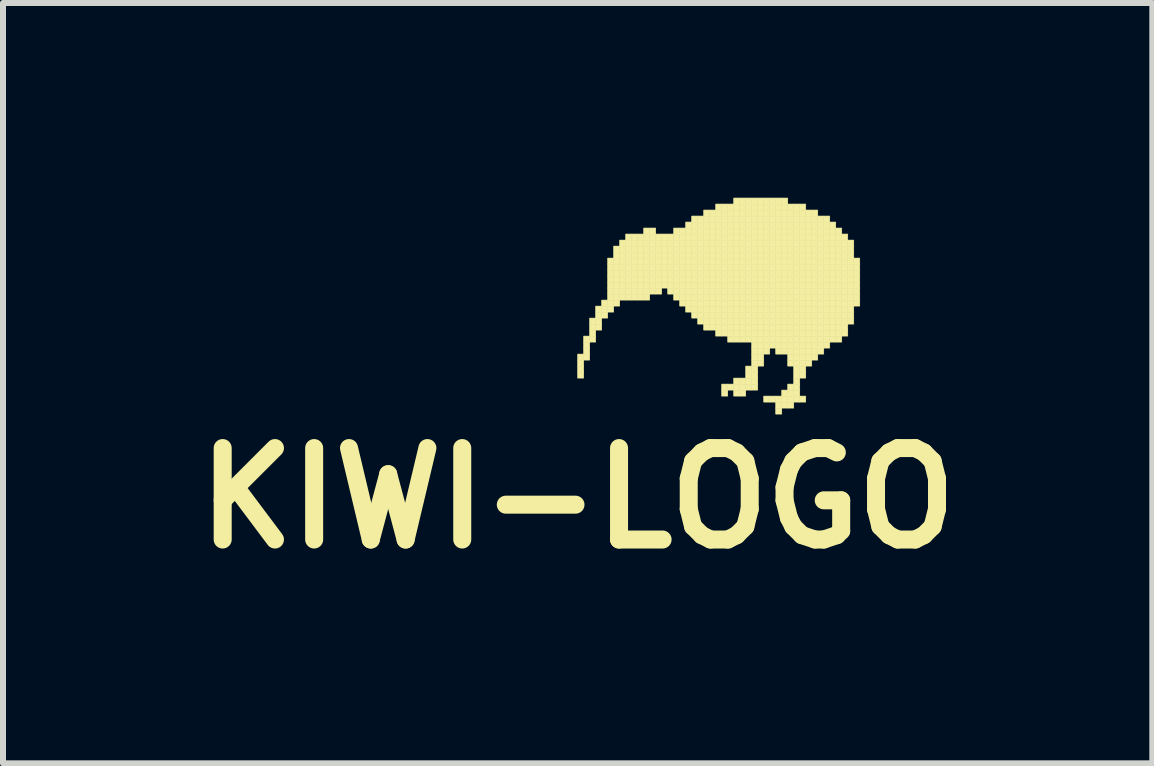
<source format=kicad_pcb>
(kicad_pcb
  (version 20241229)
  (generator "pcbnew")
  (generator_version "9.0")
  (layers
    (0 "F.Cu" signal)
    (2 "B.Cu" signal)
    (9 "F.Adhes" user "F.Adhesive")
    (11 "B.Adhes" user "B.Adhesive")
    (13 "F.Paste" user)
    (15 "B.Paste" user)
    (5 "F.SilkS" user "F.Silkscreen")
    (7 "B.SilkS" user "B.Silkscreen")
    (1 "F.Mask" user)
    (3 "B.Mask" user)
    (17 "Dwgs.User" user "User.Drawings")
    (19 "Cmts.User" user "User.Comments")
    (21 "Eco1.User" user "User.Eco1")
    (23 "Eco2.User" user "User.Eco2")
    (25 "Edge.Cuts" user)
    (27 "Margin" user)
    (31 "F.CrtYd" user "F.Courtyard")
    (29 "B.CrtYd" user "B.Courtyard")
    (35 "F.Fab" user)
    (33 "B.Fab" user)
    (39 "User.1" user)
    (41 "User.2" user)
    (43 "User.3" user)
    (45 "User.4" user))
  (footprint "KIWI-LOGO"
    (layer "F.Cu")
    (at 6.575 0.25)
    (property "Reference" "KIWI-LOGO" (at 0 5 0) (layer "F.SilkS") (effects (font (size 1.524 1.524) (thickness 0.3))))
    (attr through_hole)
    (fp_poly (pts (xy 0 2.6) (xy 0.1 2.6) (xy 0.1 2.7) (xy 0 2.7) (xy 0 2.6)) (stroke (width 0.01) (type solid)) (fill yes) (layer "F.SilkS"))
    (fp_poly (pts (xy 0 2.7) (xy 0.1 2.7) (xy 0.1 2.8) (xy 0 2.8) (xy 0 2.7)) (stroke (width 0.01) (type solid)) (fill yes) (layer "F.SilkS"))
    (fp_poly (pts (xy 0 2.8) (xy 0.1 2.8) (xy 0.1 2.9) (xy 0 2.9) (xy 0 2.8)) (stroke (width 0.01) (type solid)) (fill yes) (layer "F.SilkS"))
    (fp_poly (pts (xy 0 2.9) (xy 0.1 2.9) (xy 0.1 3) (xy 0 3) (xy 0 2.9)) (stroke (width 0.01) (type solid)) (fill yes) (layer "F.SilkS"))
    (fp_poly (pts (xy 0.1 2.3) (xy 0.2 2.3) (xy 0.2 2.4) (xy 0.1 2.4) (xy 0.1 2.3)) (stroke (width 0.01) (type solid)) (fill yes) (layer "F.SilkS"))
    (fp_poly (pts (xy 0.1 2.4) (xy 0.2 2.4) (xy 0.2 2.5) (xy 0.1 2.5) (xy 0.1 2.4)) (stroke (width 0.01) (type solid)) (fill yes) (layer "F.SilkS"))
    (fp_poly (pts (xy 0.1 2.5) (xy 0.2 2.5) (xy 0.2 2.6) (xy 0.1 2.6) (xy 0.1 2.5)) (stroke (width 0.01) (type solid)) (fill yes) (layer "F.SilkS"))
    (fp_poly (pts (xy 0.1 2.6) (xy 0.2 2.6) (xy 0.2 2.7) (xy 0.1 2.7) (xy 0.1 2.6)) (stroke (width 0.01) (type solid)) (fill yes) (layer "F.SilkS"))
    (fp_poly (pts (xy 0.2 2) (xy 0.3 2) (xy 0.3 2.1) (xy 0.2 2.1) (xy 0.2 2)) (stroke (width 0.01) (type solid)) (fill yes) (layer "F.SilkS"))
    (fp_poly (pts (xy 0.2 2.1) (xy 0.3 2.1) (xy 0.3 2.2) (xy 0.2 2.2) (xy 0.2 2.1)) (stroke (width 0.01) (type solid)) (fill yes) (layer "F.SilkS"))
    (fp_poly (pts (xy 0.2 2.2) (xy 0.3 2.2) (xy 0.3 2.3) (xy 0.2 2.3) (xy 0.2 2.2)) (stroke (width 0.01) (type solid)) (fill yes) (layer "F.SilkS"))
    (fp_poly (pts (xy 0.2 2.3) (xy 0.3 2.3) (xy 0.3 2.4) (xy 0.2 2.4) (xy 0.2 2.3)) (stroke (width 0.01) (type solid)) (fill yes) (layer "F.SilkS"))
    (fp_poly (pts (xy 0.3 1.8) (xy 0.4 1.8) (xy 0.4 1.9) (xy 0.3 1.9) (xy 0.3 1.8)) (stroke (width 0.01) (type solid)) (fill yes) (layer "F.SilkS"))
    (fp_poly (pts (xy 0.3 1.9) (xy 0.4 1.9) (xy 0.4 2) (xy 0.3 2) (xy 0.3 1.9)) (stroke (width 0.01) (type solid)) (fill yes) (layer "F.SilkS"))
    (fp_poly (pts (xy 0.3 2) (xy 0.4 2) (xy 0.4 2.1) (xy 0.3 2.1) (xy 0.3 2)) (stroke (width 0.01) (type solid)) (fill yes) (layer "F.SilkS"))
    (fp_poly (pts (xy 0.3 2.1) (xy 0.4 2.1) (xy 0.4 2.2) (xy 0.3 2.2) (xy 0.3 2.1)) (stroke (width 0.01) (type solid)) (fill yes) (layer "F.SilkS"))
    (fp_poly (pts (xy 0.4 1.7) (xy 0.5 1.7) (xy 0.5 1.8) (xy 0.4 1.8) (xy 0.4 1.7)) (stroke (width 0.01) (type solid)) (fill yes) (layer "F.SilkS"))
    (fp_poly (pts (xy 0.4 1.8) (xy 0.5 1.8) (xy 0.5 1.9) (xy 0.4 1.9) (xy 0.4 1.8)) (stroke (width 0.01) (type solid)) (fill yes) (layer "F.SilkS"))
    (fp_poly (pts (xy 0.4 1.9) (xy 0.5 1.9) (xy 0.5 2) (xy 0.4 2) (xy 0.4 1.9)) (stroke (width 0.01) (type solid)) (fill yes) (layer "F.SilkS"))
    (fp_poly (pts (xy 0.5 1) (xy 0.6 1) (xy 0.6 1.1) (xy 0.5 1.1) (xy 0.5 1)) (stroke (width 0.01) (type solid)) (fill yes) (layer "F.SilkS"))
    (fp_poly (pts (xy 0.5 1.1) (xy 0.6 1.1) (xy 0.6 1.2) (xy 0.5 1.2) (xy 0.5 1.1)) (stroke (width 0.01) (type solid)) (fill yes) (layer "F.SilkS"))
    (fp_poly (pts (xy 0.5 1.2) (xy 0.6 1.2) (xy 0.6 1.3) (xy 0.5 1.3) (xy 0.5 1.2)) (stroke (width 0.01) (type solid)) (fill yes) (layer "F.SilkS"))
    (fp_poly (pts (xy 0.5 1.3) (xy 0.6 1.3) (xy 0.6 1.4) (xy 0.5 1.4) (xy 0.5 1.3)) (stroke (width 0.01) (type solid)) (fill yes) (layer "F.SilkS"))
    (fp_poly (pts (xy 0.5 1.4) (xy 0.6 1.4) (xy 0.6 1.5) (xy 0.5 1.5) (xy 0.5 1.4)) (stroke (width 0.01) (type solid)) (fill yes) (layer "F.SilkS"))
    (fp_poly (pts (xy 0.5 1.5) (xy 0.6 1.5) (xy 0.6 1.6) (xy 0.5 1.6) (xy 0.5 1.5)) (stroke (width 0.01) (type solid)) (fill yes) (layer "F.SilkS"))
    (fp_poly (pts (xy 0.5 1.6) (xy 0.6 1.6) (xy 0.6 1.7) (xy 0.5 1.7) (xy 0.5 1.6)) (stroke (width 0.01) (type solid)) (fill yes) (layer "F.SilkS"))
    (fp_poly (pts (xy 0.5 1.7) (xy 0.6 1.7) (xy 0.6 1.8) (xy 0.5 1.8) (xy 0.5 1.7)) (stroke (width 0.01) (type solid)) (fill yes) (layer "F.SilkS"))
    (fp_poly (pts (xy 0.5 1.8) (xy 0.6 1.8) (xy 0.6 1.9) (xy 0.5 1.9) (xy 0.5 1.8)) (stroke (width 0.01) (type solid)) (fill yes) (layer "F.SilkS"))
    (fp_poly (pts (xy 0.6 0.8) (xy 0.7 0.8) (xy 0.7 0.9) (xy 0.6 0.9) (xy 0.6 0.8)) (stroke (width 0.01) (type solid)) (fill yes) (layer "F.SilkS"))
    (fp_poly (pts (xy 0.6 0.9) (xy 0.7 0.9) (xy 0.7 1) (xy 0.6 1) (xy 0.6 0.9)) (stroke (width 0.01) (type solid)) (fill yes) (layer "F.SilkS"))
    (fp_poly (pts (xy 0.6 1) (xy 0.7 1) (xy 0.7 1.1) (xy 0.6 1.1) (xy 0.6 1)) (stroke (width 0.01) (type solid)) (fill yes) (layer "F.SilkS"))
    (fp_poly (pts (xy 0.6 1.1) (xy 0.7 1.1) (xy 0.7 1.2) (xy 0.6 1.2) (xy 0.6 1.1)) (stroke (width 0.01) (type solid)) (fill yes) (layer "F.SilkS"))
    (fp_poly (pts (xy 0.6 1.2) (xy 0.7 1.2) (xy 0.7 1.3) (xy 0.6 1.3) (xy 0.6 1.2)) (stroke (width 0.01) (type solid)) (fill yes) (layer "F.SilkS"))
    (fp_poly (pts (xy 0.6 1.3) (xy 0.7 1.3) (xy 0.7 1.4) (xy 0.6 1.4) (xy 0.6 1.3)) (stroke (width 0.01) (type solid)) (fill yes) (layer "F.SilkS"))
    (fp_poly (pts (xy 0.6 1.4) (xy 0.7 1.4) (xy 0.7 1.5) (xy 0.6 1.5) (xy 0.6 1.4)) (stroke (width 0.01) (type solid)) (fill yes) (layer "F.SilkS"))
    (fp_poly (pts (xy 0.6 1.5) (xy 0.7 1.5) (xy 0.7 1.6) (xy 0.6 1.6) (xy 0.6 1.5)) (stroke (width 0.01) (type solid)) (fill yes) (layer "F.SilkS"))
    (fp_poly (pts (xy 0.6 1.6) (xy 0.7 1.6) (xy 0.7 1.7) (xy 0.6 1.7) (xy 0.6 1.6)) (stroke (width 0.01) (type solid)) (fill yes) (layer "F.SilkS"))
    (fp_poly (pts (xy 0.6 1.7) (xy 0.7 1.7) (xy 0.7 1.8) (xy 0.6 1.8) (xy 0.6 1.7)) (stroke (width 0.01) (type solid)) (fill yes) (layer "F.SilkS"))
    (fp_poly (pts (xy 0.7 0.7) (xy 0.8 0.7) (xy 0.8 0.8) (xy 0.7 0.8) (xy 0.7 0.7)) (stroke (width 0.01) (type solid)) (fill yes) (layer "F.SilkS"))
    (fp_poly (pts (xy 0.7 0.8) (xy 0.8 0.8) (xy 0.8 0.9) (xy 0.7 0.9) (xy 0.7 0.8)) (stroke (width 0.01) (type solid)) (fill yes) (layer "F.SilkS"))
    (fp_poly (pts (xy 0.7 0.9) (xy 0.8 0.9) (xy 0.8 1) (xy 0.7 1) (xy 0.7 0.9)) (stroke (width 0.01) (type solid)) (fill yes) (layer "F.SilkS"))
    (fp_poly (pts (xy 0.7 1) (xy 0.8 1) (xy 0.8 1.1) (xy 0.7 1.1) (xy 0.7 1)) (stroke (width 0.01) (type solid)) (fill yes) (layer "F.SilkS"))
    (fp_poly (pts (xy 0.7 1.1) (xy 0.8 1.1) (xy 0.8 1.2) (xy 0.7 1.2) (xy 0.7 1.1)) (stroke (width 0.01) (type solid)) (fill yes) (layer "F.SilkS"))
    (fp_poly (pts (xy 0.7 1.2) (xy 0.8 1.2) (xy 0.8 1.3) (xy 0.7 1.3) (xy 0.7 1.2)) (stroke (width 0.01) (type solid)) (fill yes) (layer "F.SilkS"))
    (fp_poly (pts (xy 0.7 1.3) (xy 0.8 1.3) (xy 0.8 1.4) (xy 0.7 1.4) (xy 0.7 1.3)) (stroke (width 0.01) (type solid)) (fill yes) (layer "F.SilkS"))
    (fp_poly (pts (xy 0.7 1.4) (xy 0.8 1.4) (xy 0.8 1.5) (xy 0.7 1.5) (xy 0.7 1.4)) (stroke (width 0.01) (type solid)) (fill yes) (layer "F.SilkS"))
    (fp_poly (pts (xy 0.7 1.5) (xy 0.8 1.5) (xy 0.8 1.6) (xy 0.7 1.6) (xy 0.7 1.5)) (stroke (width 0.01) (type solid)) (fill yes) (layer "F.SilkS"))
    (fp_poly (pts (xy 0.7 1.6) (xy 0.8 1.6) (xy 0.8 1.7) (xy 0.7 1.7) (xy 0.7 1.6)) (stroke (width 0.01) (type solid)) (fill yes) (layer "F.SilkS"))
    (fp_poly (pts (xy 0.8 0.6) (xy 0.9 0.6) (xy 0.9 0.7) (xy 0.8 0.7) (xy 0.8 0.6)) (stroke (width 0.01) (type solid)) (fill yes) (layer "F.SilkS"))
    (fp_poly (pts (xy 0.8 0.7) (xy 0.9 0.7) (xy 0.9 0.8) (xy 0.8 0.8) (xy 0.8 0.7)) (stroke (width 0.01) (type solid)) (fill yes) (layer "F.SilkS"))
    (fp_poly (pts (xy 0.8 0.8) (xy 0.9 0.8) (xy 0.9 0.9) (xy 0.8 0.9) (xy 0.8 0.8)) (stroke (width 0.01) (type solid)) (fill yes) (layer "F.SilkS"))
    (fp_poly (pts (xy 0.8 0.9) (xy 0.9 0.9) (xy 0.9 1) (xy 0.8 1) (xy 0.8 0.9)) (stroke (width 0.01) (type solid)) (fill yes) (layer "F.SilkS"))
    (fp_poly (pts (xy 0.8 1) (xy 0.9 1) (xy 0.9 1.1) (xy 0.8 1.1) (xy 0.8 1)) (stroke (width 0.01) (type solid)) (fill yes) (layer "F.SilkS"))
    (fp_poly (pts (xy 0.8 1.1) (xy 0.9 1.1) (xy 0.9 1.2) (xy 0.8 1.2) (xy 0.8 1.1)) (stroke (width 0.01) (type solid)) (fill yes) (layer "F.SilkS"))
    (fp_poly (pts (xy 0.8 1.2) (xy 0.9 1.2) (xy 0.9 1.3) (xy 0.8 1.3) (xy 0.8 1.2)) (stroke (width 0.01) (type solid)) (fill yes) (layer "F.SilkS"))
    (fp_poly (pts (xy 0.8 1.3) (xy 0.9 1.3) (xy 0.9 1.4) (xy 0.8 1.4) (xy 0.8 1.3)) (stroke (width 0.01) (type solid)) (fill yes) (layer "F.SilkS"))
    (fp_poly (pts (xy 0.8 1.4) (xy 0.9 1.4) (xy 0.9 1.5) (xy 0.8 1.5) (xy 0.8 1.4)) (stroke (width 0.01) (type solid)) (fill yes) (layer "F.SilkS"))
    (fp_poly (pts (xy 0.8 1.5) (xy 0.9 1.5) (xy 0.9 1.6) (xy 0.8 1.6) (xy 0.8 1.5)) (stroke (width 0.01) (type solid)) (fill yes) (layer "F.SilkS"))
    (fp_poly (pts (xy 0.8 1.6) (xy 0.9 1.6) (xy 0.9 1.7) (xy 0.8 1.7) (xy 0.8 1.6)) (stroke (width 0.01) (type solid)) (fill yes) (layer "F.SilkS"))
    (fp_poly (pts (xy 0.9 0.6) (xy 1 0.6) (xy 1 0.7) (xy 0.9 0.7) (xy 0.9 0.6)) (stroke (width 0.01) (type solid)) (fill yes) (layer "F.SilkS"))
    (fp_poly (pts (xy 0.9 0.7) (xy 1 0.7) (xy 1 0.8) (xy 0.9 0.8) (xy 0.9 0.7)) (stroke (width 0.01) (type solid)) (fill yes) (layer "F.SilkS"))
    (fp_poly (pts (xy 0.9 0.8) (xy 1 0.8) (xy 1 0.9) (xy 0.9 0.9) (xy 0.9 0.8)) (stroke (width 0.01) (type solid)) (fill yes) (layer "F.SilkS"))
    (fp_poly (pts (xy 0.9 0.9) (xy 1 0.9) (xy 1 1) (xy 0.9 1) (xy 0.9 0.9)) (stroke (width 0.01) (type solid)) (fill yes) (layer "F.SilkS"))
    (fp_poly (pts (xy 0.9 1) (xy 1 1) (xy 1 1.1) (xy 0.9 1.1) (xy 0.9 1)) (stroke (width 0.01) (type solid)) (fill yes) (layer "F.SilkS"))
    (fp_poly (pts (xy 0.9 1.1) (xy 1 1.1) (xy 1 1.2) (xy 0.9 1.2) (xy 0.9 1.1)) (stroke (width 0.01) (type solid)) (fill yes) (layer "F.SilkS"))
    (fp_poly (pts (xy 0.9 1.2) (xy 1 1.2) (xy 1 1.3) (xy 0.9 1.3) (xy 0.9 1.2)) (stroke (width 0.01) (type solid)) (fill yes) (layer "F.SilkS"))
    (fp_poly (pts (xy 0.9 1.3) (xy 1 1.3) (xy 1 1.4) (xy 0.9 1.4) (xy 0.9 1.3)) (stroke (width 0.01) (type solid)) (fill yes) (layer "F.SilkS"))
    (fp_poly (pts (xy 0.9 1.4) (xy 1 1.4) (xy 1 1.5) (xy 0.9 1.5) (xy 0.9 1.4)) (stroke (width 0.01) (type solid)) (fill yes) (layer "F.SilkS"))
    (fp_poly (pts (xy 0.9 1.5) (xy 1 1.5) (xy 1 1.6) (xy 0.9 1.6) (xy 0.9 1.5)) (stroke (width 0.01) (type solid)) (fill yes) (layer "F.SilkS"))
    (fp_poly (pts (xy 0.9 1.6) (xy 1 1.6) (xy 1 1.7) (xy 0.9 1.7) (xy 0.9 1.6)) (stroke (width 0.01) (type solid)) (fill yes) (layer "F.SilkS"))
    (fp_poly (pts (xy 1 0.6) (xy 1.1 0.6) (xy 1.1 0.7) (xy 1 0.7) (xy 1 0.6)) (stroke (width 0.01) (type solid)) (fill yes) (layer "F.SilkS"))
    (fp_poly (pts (xy 1 0.7) (xy 1.1 0.7) (xy 1.1 0.8) (xy 1 0.8) (xy 1 0.7)) (stroke (width 0.01) (type solid)) (fill yes) (layer "F.SilkS"))
    (fp_poly (pts (xy 1 0.8) (xy 1.1 0.8) (xy 1.1 0.9) (xy 1 0.9) (xy 1 0.8)) (stroke (width 0.01) (type solid)) (fill yes) (layer "F.SilkS"))
    (fp_poly (pts (xy 1 0.9) (xy 1.1 0.9) (xy 1.1 1) (xy 1 1) (xy 1 0.9)) (stroke (width 0.01) (type solid)) (fill yes) (layer "F.SilkS"))
    (fp_poly (pts (xy 1 1) (xy 1.1 1) (xy 1.1 1.1) (xy 1 1.1) (xy 1 1)) (stroke (width 0.01) (type solid)) (fill yes) (layer "F.SilkS"))
    (fp_poly (pts (xy 1 1.1) (xy 1.1 1.1) (xy 1.1 1.2) (xy 1 1.2) (xy 1 1.1)) (stroke (width 0.01) (type solid)) (fill yes) (layer "F.SilkS"))
    (fp_poly (pts (xy 1 1.2) (xy 1.1 1.2) (xy 1.1 1.3) (xy 1 1.3) (xy 1 1.2)) (stroke (width 0.01) (type solid)) (fill yes) (layer "F.SilkS"))
    (fp_poly (pts (xy 1 1.3) (xy 1.1 1.3) (xy 1.1 1.4) (xy 1 1.4) (xy 1 1.3)) (stroke (width 0.01) (type solid)) (fill yes) (layer "F.SilkS"))
    (fp_poly (pts (xy 1 1.4) (xy 1.1 1.4) (xy 1.1 1.5) (xy 1 1.5) (xy 1 1.4)) (stroke (width 0.01) (type solid)) (fill yes) (layer "F.SilkS"))
    (fp_poly (pts (xy 1 1.5) (xy 1.1 1.5) (xy 1.1 1.6) (xy 1 1.6) (xy 1 1.5)) (stroke (width 0.01) (type solid)) (fill yes) (layer "F.SilkS"))
    (fp_poly (pts (xy 1 1.6) (xy 1.1 1.6) (xy 1.1 1.7) (xy 1 1.7) (xy 1 1.6)) (stroke (width 0.01) (type solid)) (fill yes) (layer "F.SilkS"))
    (fp_poly (pts (xy 1.1 0.5) (xy 1.2 0.5) (xy 1.2 0.6) (xy 1.1 0.6) (xy 1.1 0.5)) (stroke (width 0.01) (type solid)) (fill yes) (layer "F.SilkS"))
    (fp_poly (pts (xy 1.1 0.6) (xy 1.2 0.6) (xy 1.2 0.7) (xy 1.1 0.7) (xy 1.1 0.6)) (stroke (width 0.01) (type solid)) (fill yes) (layer "F.SilkS"))
    (fp_poly (pts (xy 1.1 0.7) (xy 1.2 0.7) (xy 1.2 0.8) (xy 1.1 0.8) (xy 1.1 0.7)) (stroke (width 0.01) (type solid)) (fill yes) (layer "F.SilkS"))
    (fp_poly (pts (xy 1.1 0.8) (xy 1.2 0.8) (xy 1.2 0.9) (xy 1.1 0.9) (xy 1.1 0.8)) (stroke (width 0.01) (type solid)) (fill yes) (layer "F.SilkS"))
    (fp_poly (pts (xy 1.1 0.9) (xy 1.2 0.9) (xy 1.2 1) (xy 1.1 1) (xy 1.1 0.9)) (stroke (width 0.01) (type solid)) (fill yes) (layer "F.SilkS"))
    (fp_poly (pts (xy 1.1 1) (xy 1.2 1) (xy 1.2 1.1) (xy 1.1 1.1) (xy 1.1 1)) (stroke (width 0.01) (type solid)) (fill yes) (layer "F.SilkS"))
    (fp_poly (pts (xy 1.1 1.1) (xy 1.2 1.1) (xy 1.2 1.2) (xy 1.1 1.2) (xy 1.1 1.1)) (stroke (width 0.01) (type solid)) (fill yes) (layer "F.SilkS"))
    (fp_poly (pts (xy 1.1 1.2) (xy 1.2 1.2) (xy 1.2 1.3) (xy 1.1 1.3) (xy 1.1 1.2)) (stroke (width 0.01) (type solid)) (fill yes) (layer "F.SilkS"))
    (fp_poly (pts (xy 1.1 1.3) (xy 1.2 1.3) (xy 1.2 1.4) (xy 1.1 1.4) (xy 1.1 1.3)) (stroke (width 0.01) (type solid)) (fill yes) (layer "F.SilkS"))
    (fp_poly (pts (xy 1.1 1.4) (xy 1.2 1.4) (xy 1.2 1.5) (xy 1.1 1.5) (xy 1.1 1.4)) (stroke (width 0.01) (type solid)) (fill yes) (layer "F.SilkS"))
    (fp_poly (pts (xy 1.1 1.5) (xy 1.2 1.5) (xy 1.2 1.6) (xy 1.1 1.6) (xy 1.1 1.5)) (stroke (width 0.01) (type solid)) (fill yes) (layer "F.SilkS"))
    (fp_poly (pts (xy 1.1 1.6) (xy 1.2 1.6) (xy 1.2 1.7) (xy 1.1 1.7) (xy 1.1 1.6)) (stroke (width 0.01) (type solid)) (fill yes) (layer "F.SilkS"))
    (fp_poly (pts (xy 1.2 0.5) (xy 1.3 0.5) (xy 1.3 0.6) (xy 1.2 0.6) (xy 1.2 0.5)) (stroke (width 0.01) (type solid)) (fill yes) (layer "F.SilkS"))
    (fp_poly (pts (xy 1.2 0.6) (xy 1.3 0.6) (xy 1.3 0.7) (xy 1.2 0.7) (xy 1.2 0.6)) (stroke (width 0.01) (type solid)) (fill yes) (layer "F.SilkS"))
    (fp_poly (pts (xy 1.2 0.7) (xy 1.3 0.7) (xy 1.3 0.8) (xy 1.2 0.8) (xy 1.2 0.7)) (stroke (width 0.01) (type solid)) (fill yes) (layer "F.SilkS"))
    (fp_poly (pts (xy 1.2 0.8) (xy 1.3 0.8) (xy 1.3 0.9) (xy 1.2 0.9) (xy 1.2 0.8)) (stroke (width 0.01) (type solid)) (fill yes) (layer "F.SilkS"))
    (fp_poly (pts (xy 1.2 0.9) (xy 1.3 0.9) (xy 1.3 1) (xy 1.2 1) (xy 1.2 0.9)) (stroke (width 0.01) (type solid)) (fill yes) (layer "F.SilkS"))
    (fp_poly (pts (xy 1.2 1) (xy 1.3 1) (xy 1.3 1.1) (xy 1.2 1.1) (xy 1.2 1)) (stroke (width 0.01) (type solid)) (fill yes) (layer "F.SilkS"))
    (fp_poly (pts (xy 1.2 1.1) (xy 1.3 1.1) (xy 1.3 1.2) (xy 1.2 1.2) (xy 1.2 1.1)) (stroke (width 0.01) (type solid)) (fill yes) (layer "F.SilkS"))
    (fp_poly (pts (xy 1.2 1.2) (xy 1.3 1.2) (xy 1.3 1.3) (xy 1.2 1.3) (xy 1.2 1.2)) (stroke (width 0.01) (type solid)) (fill yes) (layer "F.SilkS"))
    (fp_poly (pts (xy 1.2 1.3) (xy 1.3 1.3) (xy 1.3 1.4) (xy 1.2 1.4) (xy 1.2 1.3)) (stroke (width 0.01) (type solid)) (fill yes) (layer "F.SilkS"))
    (fp_poly (pts (xy 1.2 1.4) (xy 1.3 1.4) (xy 1.3 1.5) (xy 1.2 1.5) (xy 1.2 1.4)) (stroke (width 0.01) (type solid)) (fill yes) (layer "F.SilkS"))
    (fp_poly (pts (xy 1.2 1.5) (xy 1.3 1.5) (xy 1.3 1.6) (xy 1.2 1.6) (xy 1.2 1.5)) (stroke (width 0.01) (type solid)) (fill yes) (layer "F.SilkS"))
    (fp_poly (pts (xy 1.3 0.6) (xy 1.4 0.6) (xy 1.4 0.7) (xy 1.3 0.7) (xy 1.3 0.6)) (stroke (width 0.01) (type solid)) (fill yes) (layer "F.SilkS"))
    (fp_poly (pts (xy 1.3 0.7) (xy 1.4 0.7) (xy 1.4 0.8) (xy 1.3 0.8) (xy 1.3 0.7)) (stroke (width 0.01) (type solid)) (fill yes) (layer "F.SilkS"))
    (fp_poly (pts (xy 1.3 0.8) (xy 1.4 0.8) (xy 1.4 0.9) (xy 1.3 0.9) (xy 1.3 0.8)) (stroke (width 0.01) (type solid)) (fill yes) (layer "F.SilkS"))
    (fp_poly (pts (xy 1.3 0.9) (xy 1.4 0.9) (xy 1.4 1) (xy 1.3 1) (xy 1.3 0.9)) (stroke (width 0.01) (type solid)) (fill yes) (layer "F.SilkS"))
    (fp_poly (pts (xy 1.3 1) (xy 1.4 1) (xy 1.4 1.1) (xy 1.3 1.1) (xy 1.3 1)) (stroke (width 0.01) (type solid)) (fill yes) (layer "F.SilkS"))
    (fp_poly (pts (xy 1.3 1.1) (xy 1.4 1.1) (xy 1.4 1.2) (xy 1.3 1.2) (xy 1.3 1.1)) (stroke (width 0.01) (type solid)) (fill yes) (layer "F.SilkS"))
    (fp_poly (pts (xy 1.3 1.2) (xy 1.4 1.2) (xy 1.4 1.3) (xy 1.3 1.3) (xy 1.3 1.2)) (stroke (width 0.01) (type solid)) (fill yes) (layer "F.SilkS"))
    (fp_poly (pts (xy 1.3 1.3) (xy 1.4 1.3) (xy 1.4 1.4) (xy 1.3 1.4) (xy 1.3 1.3)) (stroke (width 0.01) (type solid)) (fill yes) (layer "F.SilkS"))
    (fp_poly (pts (xy 1.3 1.4) (xy 1.4 1.4) (xy 1.4 1.5) (xy 1.3 1.5) (xy 1.3 1.4)) (stroke (width 0.01) (type solid)) (fill yes) (layer "F.SilkS"))
    (fp_poly (pts (xy 1.3 1.5) (xy 1.4 1.5) (xy 1.4 1.6) (xy 1.3 1.6) (xy 1.3 1.5)) (stroke (width 0.01) (type solid)) (fill yes) (layer "F.SilkS"))
    (fp_poly (pts (xy 1.4 0.6) (xy 1.5 0.6) (xy 1.5 0.7) (xy 1.4 0.7) (xy 1.4 0.6)) (stroke (width 0.01) (type solid)) (fill yes) (layer "F.SilkS"))
    (fp_poly (pts (xy 1.4 0.7) (xy 1.5 0.7) (xy 1.5 0.8) (xy 1.4 0.8) (xy 1.4 0.7)) (stroke (width 0.01) (type solid)) (fill yes) (layer "F.SilkS"))
    (fp_poly (pts (xy 1.4 0.8) (xy 1.5 0.8) (xy 1.5 0.9) (xy 1.4 0.9) (xy 1.4 0.8)) (stroke (width 0.01) (type solid)) (fill yes) (layer "F.SilkS"))
    (fp_poly (pts (xy 1.4 0.9) (xy 1.5 0.9) (xy 1.5 1) (xy 1.4 1) (xy 1.4 0.9)) (stroke (width 0.01) (type solid)) (fill yes) (layer "F.SilkS"))
    (fp_poly (pts (xy 1.4 1) (xy 1.5 1) (xy 1.5 1.1) (xy 1.4 1.1) (xy 1.4 1)) (stroke (width 0.01) (type solid)) (fill yes) (layer "F.SilkS"))
    (fp_poly (pts (xy 1.4 1.1) (xy 1.5 1.1) (xy 1.5 1.2) (xy 1.4 1.2) (xy 1.4 1.1)) (stroke (width 0.01) (type solid)) (fill yes) (layer "F.SilkS"))
    (fp_poly (pts (xy 1.4 1.2) (xy 1.5 1.2) (xy 1.5 1.3) (xy 1.4 1.3) (xy 1.4 1.2)) (stroke (width 0.01) (type solid)) (fill yes) (layer "F.SilkS"))
    (fp_poly (pts (xy 1.4 1.3) (xy 1.5 1.3) (xy 1.5 1.4) (xy 1.4 1.4) (xy 1.4 1.3)) (stroke (width 0.01) (type solid)) (fill yes) (layer "F.SilkS"))
    (fp_poly (pts (xy 1.4 1.4) (xy 1.5 1.4) (xy 1.5 1.5) (xy 1.4 1.5) (xy 1.4 1.4)) (stroke (width 0.01) (type solid)) (fill yes) (layer "F.SilkS"))
    (fp_poly (pts (xy 1.5 0.6) (xy 1.6 0.6) (xy 1.6 0.7) (xy 1.5 0.7) (xy 1.5 0.6)) (stroke (width 0.01) (type solid)) (fill yes) (layer "F.SilkS"))
    (fp_poly (pts (xy 1.5 0.7) (xy 1.6 0.7) (xy 1.6 0.8) (xy 1.5 0.8) (xy 1.5 0.7)) (stroke (width 0.01) (type solid)) (fill yes) (layer "F.SilkS"))
    (fp_poly (pts (xy 1.5 0.8) (xy 1.6 0.8) (xy 1.6 0.9) (xy 1.5 0.9) (xy 1.5 0.8)) (stroke (width 0.01) (type solid)) (fill yes) (layer "F.SilkS"))
    (fp_poly (pts (xy 1.5 0.9) (xy 1.6 0.9) (xy 1.6 1) (xy 1.5 1) (xy 1.5 0.9)) (stroke (width 0.01) (type solid)) (fill yes) (layer "F.SilkS"))
    (fp_poly (pts (xy 1.5 1) (xy 1.6 1) (xy 1.6 1.1) (xy 1.5 1.1) (xy 1.5 1)) (stroke (width 0.01) (type solid)) (fill yes) (layer "F.SilkS"))
    (fp_poly (pts (xy 1.5 1.1) (xy 1.6 1.1) (xy 1.6 1.2) (xy 1.5 1.2) (xy 1.5 1.1)) (stroke (width 0.01) (type solid)) (fill yes) (layer "F.SilkS"))
    (fp_poly (pts (xy 1.5 1.2) (xy 1.6 1.2) (xy 1.6 1.3) (xy 1.5 1.3) (xy 1.5 1.2)) (stroke (width 0.01) (type solid)) (fill yes) (layer "F.SilkS"))
    (fp_poly (pts (xy 1.5 1.3) (xy 1.6 1.3) (xy 1.6 1.4) (xy 1.5 1.4) (xy 1.5 1.3)) (stroke (width 0.01) (type solid)) (fill yes) (layer "F.SilkS"))
    (fp_poly (pts (xy 1.5 1.4) (xy 1.6 1.4) (xy 1.6 1.5) (xy 1.5 1.5) (xy 1.5 1.4)) (stroke (width 0.01) (type solid)) (fill yes) (layer "F.SilkS"))
    (fp_poly (pts (xy 1.5 1.5) (xy 1.6 1.5) (xy 1.6 1.6) (xy 1.5 1.6) (xy 1.5 1.5)) (stroke (width 0.01) (type solid)) (fill yes) (layer "F.SilkS"))
    (fp_poly (pts (xy 1.6 0.5) (xy 1.7 0.5) (xy 1.7 0.6) (xy 1.6 0.6) (xy 1.6 0.5)) (stroke (width 0.01) (type solid)) (fill yes) (layer "F.SilkS"))
    (fp_poly (pts (xy 1.6 0.6) (xy 1.7 0.6) (xy 1.7 0.7) (xy 1.6 0.7) (xy 1.6 0.6)) (stroke (width 0.01) (type solid)) (fill yes) (layer "F.SilkS"))
    (fp_poly (pts (xy 1.6 0.7) (xy 1.7 0.7) (xy 1.7 0.8) (xy 1.6 0.8) (xy 1.6 0.7)) (stroke (width 0.01) (type solid)) (fill yes) (layer "F.SilkS"))
    (fp_poly (pts (xy 1.6 0.8) (xy 1.7 0.8) (xy 1.7 0.9) (xy 1.6 0.9) (xy 1.6 0.8)) (stroke (width 0.01) (type solid)) (fill yes) (layer "F.SilkS"))
    (fp_poly (pts (xy 1.6 0.9) (xy 1.7 0.9) (xy 1.7 1) (xy 1.6 1) (xy 1.6 0.9)) (stroke (width 0.01) (type solid)) (fill yes) (layer "F.SilkS"))
    (fp_poly (pts (xy 1.6 1) (xy 1.7 1) (xy 1.7 1.1) (xy 1.6 1.1) (xy 1.6 1)) (stroke (width 0.01) (type solid)) (fill yes) (layer "F.SilkS"))
    (fp_poly (pts (xy 1.6 1.1) (xy 1.7 1.1) (xy 1.7 1.2) (xy 1.6 1.2) (xy 1.6 1.1)) (stroke (width 0.01) (type solid)) (fill yes) (layer "F.SilkS"))
    (fp_poly (pts (xy 1.6 1.2) (xy 1.7 1.2) (xy 1.7 1.3) (xy 1.6 1.3) (xy 1.6 1.2)) (stroke (width 0.01) (type solid)) (fill yes) (layer "F.SilkS"))
    (fp_poly (pts (xy 1.6 1.3) (xy 1.7 1.3) (xy 1.7 1.4) (xy 1.6 1.4) (xy 1.6 1.3)) (stroke (width 0.01) (type solid)) (fill yes) (layer "F.SilkS"))
    (fp_poly (pts (xy 1.6 1.4) (xy 1.7 1.4) (xy 1.7 1.5) (xy 1.6 1.5) (xy 1.6 1.4)) (stroke (width 0.01) (type solid)) (fill yes) (layer "F.SilkS"))
    (fp_poly (pts (xy 1.6 1.5) (xy 1.7 1.5) (xy 1.7 1.6) (xy 1.6 1.6) (xy 1.6 1.5)) (stroke (width 0.01) (type solid)) (fill yes) (layer "F.SilkS"))
    (fp_poly (pts (xy 1.6 1.6) (xy 1.7 1.6) (xy 1.7 1.7) (xy 1.6 1.7) (xy 1.6 1.6)) (stroke (width 0.01) (type solid)) (fill yes) (layer "F.SilkS"))
    (fp_poly (pts (xy 1.7 0.5) (xy 1.8 0.5) (xy 1.8 0.6) (xy 1.7 0.6) (xy 1.7 0.5)) (stroke (width 0.01) (type solid)) (fill yes) (layer "F.SilkS"))
    (fp_poly (pts (xy 1.7 0.6) (xy 1.8 0.6) (xy 1.8 0.7) (xy 1.7 0.7) (xy 1.7 0.6)) (stroke (width 0.01) (type solid)) (fill yes) (layer "F.SilkS"))
    (fp_poly (pts (xy 1.7 0.7) (xy 1.8 0.7) (xy 1.8 0.8) (xy 1.7 0.8) (xy 1.7 0.7)) (stroke (width 0.01) (type solid)) (fill yes) (layer "F.SilkS"))
    (fp_poly (pts (xy 1.7 0.8) (xy 1.8 0.8) (xy 1.8 0.9) (xy 1.7 0.9) (xy 1.7 0.8)) (stroke (width 0.01) (type solid)) (fill yes) (layer "F.SilkS"))
    (fp_poly (pts (xy 1.7 0.9) (xy 1.8 0.9) (xy 1.8 1) (xy 1.7 1) (xy 1.7 0.9)) (stroke (width 0.01) (type solid)) (fill yes) (layer "F.SilkS"))
    (fp_poly (pts (xy 1.7 1) (xy 1.8 1) (xy 1.8 1.1) (xy 1.7 1.1) (xy 1.7 1)) (stroke (width 0.01) (type solid)) (fill yes) (layer "F.SilkS"))
    (fp_poly (pts (xy 1.7 1.1) (xy 1.8 1.1) (xy 1.8 1.2) (xy 1.7 1.2) (xy 1.7 1.1)) (stroke (width 0.01) (type solid)) (fill yes) (layer "F.SilkS"))
    (fp_poly (pts (xy 1.7 1.2) (xy 1.8 1.2) (xy 1.8 1.3) (xy 1.7 1.3) (xy 1.7 1.2)) (stroke (width 0.01) (type solid)) (fill yes) (layer "F.SilkS"))
    (fp_poly (pts (xy 1.7 1.3) (xy 1.8 1.3) (xy 1.8 1.4) (xy 1.7 1.4) (xy 1.7 1.3)) (stroke (width 0.01) (type solid)) (fill yes) (layer "F.SilkS"))
    (fp_poly (pts (xy 1.7 1.4) (xy 1.8 1.4) (xy 1.8 1.5) (xy 1.7 1.5) (xy 1.7 1.4)) (stroke (width 0.01) (type solid)) (fill yes) (layer "F.SilkS"))
    (fp_poly (pts (xy 1.7 1.5) (xy 1.8 1.5) (xy 1.8 1.6) (xy 1.7 1.6) (xy 1.7 1.5)) (stroke (width 0.01) (type solid)) (fill yes) (layer "F.SilkS"))
    (fp_poly (pts (xy 1.7 1.6) (xy 1.8 1.6) (xy 1.8 1.7) (xy 1.7 1.7) (xy 1.7 1.6)) (stroke (width 0.01) (type solid)) (fill yes) (layer "F.SilkS"))
    (fp_poly (pts (xy 1.7 1.7) (xy 1.8 1.7) (xy 1.8 1.8) (xy 1.7 1.8) (xy 1.7 1.7)) (stroke (width 0.01) (type solid)) (fill yes) (layer "F.SilkS"))
    (fp_poly (pts (xy 1.8 0.4) (xy 1.9 0.4) (xy 1.9 0.5) (xy 1.8 0.5) (xy 1.8 0.4)) (stroke (width 0.01) (type solid)) (fill yes) (layer "F.SilkS"))
    (fp_poly (pts (xy 1.8 0.5) (xy 1.9 0.5) (xy 1.9 0.6) (xy 1.8 0.6) (xy 1.8 0.5)) (stroke (width 0.01) (type solid)) (fill yes) (layer "F.SilkS"))
    (fp_poly (pts (xy 1.8 0.6) (xy 1.9 0.6) (xy 1.9 0.7) (xy 1.8 0.7) (xy 1.8 0.6)) (stroke (width 0.01) (type solid)) (fill yes) (layer "F.SilkS"))
    (fp_poly (pts (xy 1.8 0.7) (xy 1.9 0.7) (xy 1.9 0.8) (xy 1.8 0.8) (xy 1.8 0.7)) (stroke (width 0.01) (type solid)) (fill yes) (layer "F.SilkS"))
    (fp_poly (pts (xy 1.8 0.8) (xy 1.9 0.8) (xy 1.9 0.9) (xy 1.8 0.9) (xy 1.8 0.8)) (stroke (width 0.01) (type solid)) (fill yes) (layer "F.SilkS"))
    (fp_poly (pts (xy 1.8 0.9) (xy 1.9 0.9) (xy 1.9 1) (xy 1.8 1) (xy 1.8 0.9)) (stroke (width 0.01) (type solid)) (fill yes) (layer "F.SilkS"))
    (fp_poly (pts (xy 1.8 1) (xy 1.9 1) (xy 1.9 1.1) (xy 1.8 1.1) (xy 1.8 1)) (stroke (width 0.01) (type solid)) (fill yes) (layer "F.SilkS"))
    (fp_poly (pts (xy 1.8 1.1) (xy 1.9 1.1) (xy 1.9 1.2) (xy 1.8 1.2) (xy 1.8 1.1)) (stroke (width 0.01) (type solid)) (fill yes) (layer "F.SilkS"))
    (fp_poly (pts (xy 1.8 1.2) (xy 1.9 1.2) (xy 1.9 1.3) (xy 1.8 1.3) (xy 1.8 1.2)) (stroke (width 0.01) (type solid)) (fill yes) (layer "F.SilkS"))
    (fp_poly (pts (xy 1.8 1.3) (xy 1.9 1.3) (xy 1.9 1.4) (xy 1.8 1.4) (xy 1.8 1.3)) (stroke (width 0.01) (type solid)) (fill yes) (layer "F.SilkS"))
    (fp_poly (pts (xy 1.8 1.4) (xy 1.9 1.4) (xy 1.9 1.5) (xy 1.8 1.5) (xy 1.8 1.4)) (stroke (width 0.01) (type solid)) (fill yes) (layer "F.SilkS"))
    (fp_poly (pts (xy 1.8 1.5) (xy 1.9 1.5) (xy 1.9 1.6) (xy 1.8 1.6) (xy 1.8 1.5)) (stroke (width 0.01) (type solid)) (fill yes) (layer "F.SilkS"))
    (fp_poly (pts (xy 1.8 1.6) (xy 1.9 1.6) (xy 1.9 1.7) (xy 1.8 1.7) (xy 1.8 1.6)) (stroke (width 0.01) (type solid)) (fill yes) (layer "F.SilkS"))
    (fp_poly (pts (xy 1.8 1.7) (xy 1.9 1.7) (xy 1.9 1.8) (xy 1.8 1.8) (xy 1.8 1.7)) (stroke (width 0.01) (type solid)) (fill yes) (layer "F.SilkS"))
    (fp_poly (pts (xy 1.8 1.8) (xy 1.9 1.8) (xy 1.9 1.9) (xy 1.8 1.9) (xy 1.8 1.8)) (stroke (width 0.01) (type solid)) (fill yes) (layer "F.SilkS"))
    (fp_poly (pts (xy 1.9 0.3) (xy 2 0.3) (xy 2 0.4) (xy 1.9 0.4) (xy 1.9 0.3)) (stroke (width 0.01) (type solid)) (fill yes) (layer "F.SilkS"))
    (fp_poly (pts (xy 1.9 0.4) (xy 2 0.4) (xy 2 0.5) (xy 1.9 0.5) (xy 1.9 0.4)) (stroke (width 0.01) (type solid)) (fill yes) (layer "F.SilkS"))
    (fp_poly (pts (xy 1.9 0.5) (xy 2 0.5) (xy 2 0.6) (xy 1.9 0.6) (xy 1.9 0.5)) (stroke (width 0.01) (type solid)) (fill yes) (layer "F.SilkS"))
    (fp_poly (pts (xy 1.9 0.6) (xy 2 0.6) (xy 2 0.7) (xy 1.9 0.7) (xy 1.9 0.6)) (stroke (width 0.01) (type solid)) (fill yes) (layer "F.SilkS"))
    (fp_poly (pts (xy 1.9 0.7) (xy 2 0.7) (xy 2 0.8) (xy 1.9 0.8) (xy 1.9 0.7)) (stroke (width 0.01) (type solid)) (fill yes) (layer "F.SilkS"))
    (fp_poly (pts (xy 1.9 0.8) (xy 2 0.8) (xy 2 0.9) (xy 1.9 0.9) (xy 1.9 0.8)) (stroke (width 0.01) (type solid)) (fill yes) (layer "F.SilkS"))
    (fp_poly (pts (xy 1.9 0.9) (xy 2 0.9) (xy 2 1) (xy 1.9 1) (xy 1.9 0.9)) (stroke (width 0.01) (type solid)) (fill yes) (layer "F.SilkS"))
    (fp_poly (pts (xy 1.9 1) (xy 2 1) (xy 2 1.1) (xy 1.9 1.1) (xy 1.9 1)) (stroke (width 0.01) (type solid)) (fill yes) (layer "F.SilkS"))
    (fp_poly (pts (xy 1.9 1.1) (xy 2 1.1) (xy 2 1.2) (xy 1.9 1.2) (xy 1.9 1.1)) (stroke (width 0.01) (type solid)) (fill yes) (layer "F.SilkS"))
    (fp_poly (pts (xy 1.9 1.2) (xy 2 1.2) (xy 2 1.3) (xy 1.9 1.3) (xy 1.9 1.2)) (stroke (width 0.01) (type solid)) (fill yes) (layer "F.SilkS"))
    (fp_poly (pts (xy 1.9 1.3) (xy 2 1.3) (xy 2 1.4) (xy 1.9 1.4) (xy 1.9 1.3)) (stroke (width 0.01) (type solid)) (fill yes) (layer "F.SilkS"))
    (fp_poly (pts (xy 1.9 1.4) (xy 2 1.4) (xy 2 1.5) (xy 1.9 1.5) (xy 1.9 1.4)) (stroke (width 0.01) (type solid)) (fill yes) (layer "F.SilkS"))
    (fp_poly (pts (xy 1.9 1.5) (xy 2 1.5) (xy 2 1.6) (xy 1.9 1.6) (xy 1.9 1.5)) (stroke (width 0.01) (type solid)) (fill yes) (layer "F.SilkS"))
    (fp_poly (pts (xy 1.9 1.6) (xy 2 1.6) (xy 2 1.7) (xy 1.9 1.7) (xy 1.9 1.6)) (stroke (width 0.01) (type solid)) (fill yes) (layer "F.SilkS"))
    (fp_poly (pts (xy 1.9 1.7) (xy 2 1.7) (xy 2 1.8) (xy 1.9 1.8) (xy 1.9 1.7)) (stroke (width 0.01) (type solid)) (fill yes) (layer "F.SilkS"))
    (fp_poly (pts (xy 1.9 1.8) (xy 2 1.8) (xy 2 1.9) (xy 1.9 1.9) (xy 1.9 1.8)) (stroke (width 0.01) (type solid)) (fill yes) (layer "F.SilkS"))
    (fp_poly (pts (xy 1.9 1.9) (xy 2 1.9) (xy 2 2) (xy 1.9 2) (xy 1.9 1.9)) (stroke (width 0.01) (type solid)) (fill yes) (layer "F.SilkS"))
    (fp_poly (pts (xy 2 0.3) (xy 2.1 0.3) (xy 2.1 0.4) (xy 2 0.4) (xy 2 0.3)) (stroke (width 0.01) (type solid)) (fill yes) (layer "F.SilkS"))
    (fp_poly (pts (xy 2 0.4) (xy 2.1 0.4) (xy 2.1 0.5) (xy 2 0.5) (xy 2 0.4)) (stroke (width 0.01) (type solid)) (fill yes) (layer "F.SilkS"))
    (fp_poly (pts (xy 2 0.5) (xy 2.1 0.5) (xy 2.1 0.6) (xy 2 0.6) (xy 2 0.5)) (stroke (width 0.01) (type solid)) (fill yes) (layer "F.SilkS"))
    (fp_poly (pts (xy 2 0.6) (xy 2.1 0.6) (xy 2.1 0.7) (xy 2 0.7) (xy 2 0.6)) (stroke (width 0.01) (type solid)) (fill yes) (layer "F.SilkS"))
    (fp_poly (pts (xy 2 0.7) (xy 2.1 0.7) (xy 2.1 0.8) (xy 2 0.8) (xy 2 0.7)) (stroke (width 0.01) (type solid)) (fill yes) (layer "F.SilkS"))
    (fp_poly (pts (xy 2 0.8) (xy 2.1 0.8) (xy 2.1 0.9) (xy 2 0.9) (xy 2 0.8)) (stroke (width 0.01) (type solid)) (fill yes) (layer "F.SilkS"))
    (fp_poly (pts (xy 2 0.9) (xy 2.1 0.9) (xy 2.1 1) (xy 2 1) (xy 2 0.9)) (stroke (width 0.01) (type solid)) (fill yes) (layer "F.SilkS"))
    (fp_poly (pts (xy 2 1) (xy 2.1 1) (xy 2.1 1.1) (xy 2 1.1) (xy 2 1)) (stroke (width 0.01) (type solid)) (fill yes) (layer "F.SilkS"))
    (fp_poly (pts (xy 2 1.1) (xy 2.1 1.1) (xy 2.1 1.2) (xy 2 1.2) (xy 2 1.1)) (stroke (width 0.01) (type solid)) (fill yes) (layer "F.SilkS"))
    (fp_poly (pts (xy 2 1.2) (xy 2.1 1.2) (xy 2.1 1.3) (xy 2 1.3) (xy 2 1.2)) (stroke (width 0.01) (type solid)) (fill yes) (layer "F.SilkS"))
    (fp_poly (pts (xy 2 1.3) (xy 2.1 1.3) (xy 2.1 1.4) (xy 2 1.4) (xy 2 1.3)) (stroke (width 0.01) (type solid)) (fill yes) (layer "F.SilkS"))
    (fp_poly (pts (xy 2 1.4) (xy 2.1 1.4) (xy 2.1 1.5) (xy 2 1.5) (xy 2 1.4)) (stroke (width 0.01) (type solid)) (fill yes) (layer "F.SilkS"))
    (fp_poly (pts (xy 2 1.5) (xy 2.1 1.5) (xy 2.1 1.6) (xy 2 1.6) (xy 2 1.5)) (stroke (width 0.01) (type solid)) (fill yes) (layer "F.SilkS"))
    (fp_poly (pts (xy 2 1.6) (xy 2.1 1.6) (xy 2.1 1.7) (xy 2 1.7) (xy 2 1.6)) (stroke (width 0.01) (type solid)) (fill yes) (layer "F.SilkS"))
    (fp_poly (pts (xy 2 1.7) (xy 2.1 1.7) (xy 2.1 1.8) (xy 2 1.8) (xy 2 1.7)) (stroke (width 0.01) (type solid)) (fill yes) (layer "F.SilkS"))
    (fp_poly (pts (xy 2 1.8) (xy 2.1 1.8) (xy 2.1 1.9) (xy 2 1.9) (xy 2 1.8)) (stroke (width 0.01) (type solid)) (fill yes) (layer "F.SilkS"))
    (fp_poly (pts (xy 2 1.9) (xy 2.1 1.9) (xy 2.1 2) (xy 2 2) (xy 2 1.9)) (stroke (width 0.01) (type solid)) (fill yes) (layer "F.SilkS"))
    (fp_poly (pts (xy 2 2) (xy 2.1 2) (xy 2.1 2.1) (xy 2 2.1) (xy 2 2)) (stroke (width 0.01) (type solid)) (fill yes) (layer "F.SilkS"))
    (fp_poly (pts (xy 2.1 0.2) (xy 2.2 0.2) (xy 2.2 0.3) (xy 2.1 0.3) (xy 2.1 0.2)) (stroke (width 0.01) (type solid)) (fill yes) (layer "F.SilkS"))
    (fp_poly (pts (xy 2.1 0.3) (xy 2.2 0.3) (xy 2.2 0.4) (xy 2.1 0.4) (xy 2.1 0.3)) (stroke (width 0.01) (type solid)) (fill yes) (layer "F.SilkS"))
    (fp_poly (pts (xy 2.1 0.4) (xy 2.2 0.4) (xy 2.2 0.5) (xy 2.1 0.5) (xy 2.1 0.4)) (stroke (width 0.01) (type solid)) (fill yes) (layer "F.SilkS"))
    (fp_poly (pts (xy 2.1 0.5) (xy 2.2 0.5) (xy 2.2 0.6) (xy 2.1 0.6) (xy 2.1 0.5)) (stroke (width 0.01) (type solid)) (fill yes) (layer "F.SilkS"))
    (fp_poly (pts (xy 2.1 0.6) (xy 2.2 0.6) (xy 2.2 0.7) (xy 2.1 0.7) (xy 2.1 0.6)) (stroke (width 0.01) (type solid)) (fill yes) (layer "F.SilkS"))
    (fp_poly (pts (xy 2.1 0.7) (xy 2.2 0.7) (xy 2.2 0.8) (xy 2.1 0.8) (xy 2.1 0.7)) (stroke (width 0.01) (type solid)) (fill yes) (layer "F.SilkS"))
    (fp_poly (pts (xy 2.1 0.8) (xy 2.2 0.8) (xy 2.2 0.9) (xy 2.1 0.9) (xy 2.1 0.8)) (stroke (width 0.01) (type solid)) (fill yes) (layer "F.SilkS"))
    (fp_poly (pts (xy 2.1 0.9) (xy 2.2 0.9) (xy 2.2 1) (xy 2.1 1) (xy 2.1 0.9)) (stroke (width 0.01) (type solid)) (fill yes) (layer "F.SilkS"))
    (fp_poly (pts (xy 2.1 1) (xy 2.2 1) (xy 2.2 1.1) (xy 2.1 1.1) (xy 2.1 1)) (stroke (width 0.01) (type solid)) (fill yes) (layer "F.SilkS"))
    (fp_poly (pts (xy 2.1 1.1) (xy 2.2 1.1) (xy 2.2 1.2) (xy 2.1 1.2) (xy 2.1 1.1)) (stroke (width 0.01) (type solid)) (fill yes) (layer "F.SilkS"))
    (fp_poly (pts (xy 2.1 1.2) (xy 2.2 1.2) (xy 2.2 1.3) (xy 2.1 1.3) (xy 2.1 1.2)) (stroke (width 0.01) (type solid)) (fill yes) (layer "F.SilkS"))
    (fp_poly (pts (xy 2.1 1.3) (xy 2.2 1.3) (xy 2.2 1.4) (xy 2.1 1.4) (xy 2.1 1.3)) (stroke (width 0.01) (type solid)) (fill yes) (layer "F.SilkS"))
    (fp_poly (pts (xy 2.1 1.4) (xy 2.2 1.4) (xy 2.2 1.5) (xy 2.1 1.5) (xy 2.1 1.4)) (stroke (width 0.01) (type solid)) (fill yes) (layer "F.SilkS"))
    (fp_poly (pts (xy 2.1 1.5) (xy 2.2 1.5) (xy 2.2 1.6) (xy 2.1 1.6) (xy 2.1 1.5)) (stroke (width 0.01) (type solid)) (fill yes) (layer "F.SilkS"))
    (fp_poly (pts (xy 2.1 1.6) (xy 2.2 1.6) (xy 2.2 1.7) (xy 2.1 1.7) (xy 2.1 1.6)) (stroke (width 0.01) (type solid)) (fill yes) (layer "F.SilkS"))
    (fp_poly (pts (xy 2.1 1.7) (xy 2.2 1.7) (xy 2.2 1.8) (xy 2.1 1.8) (xy 2.1 1.7)) (stroke (width 0.01) (type solid)) (fill yes) (layer "F.SilkS"))
    (fp_poly (pts (xy 2.1 1.8) (xy 2.2 1.8) (xy 2.2 1.9) (xy 2.1 1.9) (xy 2.1 1.8)) (stroke (width 0.01) (type solid)) (fill yes) (layer "F.SilkS"))
    (fp_poly (pts (xy 2.1 1.9) (xy 2.2 1.9) (xy 2.2 2) (xy 2.1 2) (xy 2.1 1.9)) (stroke (width 0.01) (type solid)) (fill yes) (layer "F.SilkS"))
    (fp_poly (pts (xy 2.1 2) (xy 2.2 2) (xy 2.2 2.1) (xy 2.1 2.1) (xy 2.1 2)) (stroke (width 0.01) (type solid)) (fill yes) (layer "F.SilkS"))
    (fp_poly (pts (xy 2.1 2.1) (xy 2.2 2.1) (xy 2.2 2.2) (xy 2.1 2.2) (xy 2.1 2.1)) (stroke (width 0.01) (type solid)) (fill yes) (layer "F.SilkS"))
    (fp_poly (pts (xy 2.2 0.2) (xy 2.3 0.2) (xy 2.3 0.3) (xy 2.2 0.3) (xy 2.2 0.2)) (stroke (width 0.01) (type solid)) (fill yes) (layer "F.SilkS"))
    (fp_poly (pts (xy 2.2 0.3) (xy 2.3 0.3) (xy 2.3 0.4) (xy 2.2 0.4) (xy 2.2 0.3)) (stroke (width 0.01) (type solid)) (fill yes) (layer "F.SilkS"))
    (fp_poly (pts (xy 2.2 0.4) (xy 2.3 0.4) (xy 2.3 0.5) (xy 2.2 0.5) (xy 2.2 0.4)) (stroke (width 0.01) (type solid)) (fill yes) (layer "F.SilkS"))
    (fp_poly (pts (xy 2.2 0.5) (xy 2.3 0.5) (xy 2.3 0.6) (xy 2.2 0.6) (xy 2.2 0.5)) (stroke (width 0.01) (type solid)) (fill yes) (layer "F.SilkS"))
    (fp_poly (pts (xy 2.2 0.6) (xy 2.3 0.6) (xy 2.3 0.7) (xy 2.2 0.7) (xy 2.2 0.6)) (stroke (width 0.01) (type solid)) (fill yes) (layer "F.SilkS"))
    (fp_poly (pts (xy 2.2 0.7) (xy 2.3 0.7) (xy 2.3 0.8) (xy 2.2 0.8) (xy 2.2 0.7)) (stroke (width 0.01) (type solid)) (fill yes) (layer "F.SilkS"))
    (fp_poly (pts (xy 2.2 0.8) (xy 2.3 0.8) (xy 2.3 0.9) (xy 2.2 0.9) (xy 2.2 0.8)) (stroke (width 0.01) (type solid)) (fill yes) (layer "F.SilkS"))
    (fp_poly (pts (xy 2.2 0.9) (xy 2.3 0.9) (xy 2.3 1) (xy 2.2 1) (xy 2.2 0.9)) (stroke (width 0.01) (type solid)) (fill yes) (layer "F.SilkS"))
    (fp_poly (pts (xy 2.2 1) (xy 2.3 1) (xy 2.3 1.1) (xy 2.2 1.1) (xy 2.2 1)) (stroke (width 0.01) (type solid)) (fill yes) (layer "F.SilkS"))
    (fp_poly (pts (xy 2.2 1.1) (xy 2.3 1.1) (xy 2.3 1.2) (xy 2.2 1.2) (xy 2.2 1.1)) (stroke (width 0.01) (type solid)) (fill yes) (layer "F.SilkS"))
    (fp_poly (pts (xy 2.2 1.2) (xy 2.3 1.2) (xy 2.3 1.3) (xy 2.2 1.3) (xy 2.2 1.2)) (stroke (width 0.01) (type solid)) (fill yes) (layer "F.SilkS"))
    (fp_poly (pts (xy 2.2 1.3) (xy 2.3 1.3) (xy 2.3 1.4) (xy 2.2 1.4) (xy 2.2 1.3)) (stroke (width 0.01) (type solid)) (fill yes) (layer "F.SilkS"))
    (fp_poly (pts (xy 2.2 1.4) (xy 2.3 1.4) (xy 2.3 1.5) (xy 2.2 1.5) (xy 2.2 1.4)) (stroke (width 0.01) (type solid)) (fill yes) (layer "F.SilkS"))
    (fp_poly (pts (xy 2.2 1.5) (xy 2.3 1.5) (xy 2.3 1.6) (xy 2.2 1.6) (xy 2.2 1.5)) (stroke (width 0.01) (type solid)) (fill yes) (layer "F.SilkS"))
    (fp_poly (pts (xy 2.2 1.6) (xy 2.3 1.6) (xy 2.3 1.7) (xy 2.2 1.7) (xy 2.2 1.6)) (stroke (width 0.01) (type solid)) (fill yes) (layer "F.SilkS"))
    (fp_poly (pts (xy 2.2 1.7) (xy 2.3 1.7) (xy 2.3 1.8) (xy 2.2 1.8) (xy 2.2 1.7)) (stroke (width 0.01) (type solid)) (fill yes) (layer "F.SilkS"))
    (fp_poly (pts (xy 2.2 1.8) (xy 2.3 1.8) (xy 2.3 1.9) (xy 2.2 1.9) (xy 2.2 1.8)) (stroke (width 0.01) (type solid)) (fill yes) (layer "F.SilkS"))
    (fp_poly (pts (xy 2.2 1.9) (xy 2.3 1.9) (xy 2.3 2) (xy 2.2 2) (xy 2.2 1.9)) (stroke (width 0.01) (type solid)) (fill yes) (layer "F.SilkS"))
    (fp_poly (pts (xy 2.2 2) (xy 2.3 2) (xy 2.3 2.1) (xy 2.2 2.1) (xy 2.2 2)) (stroke (width 0.01) (type solid)) (fill yes) (layer "F.SilkS"))
    (fp_poly (pts (xy 2.2 2.1) (xy 2.3 2.1) (xy 2.3 2.2) (xy 2.2 2.2) (xy 2.2 2.1)) (stroke (width 0.01) (type solid)) (fill yes) (layer "F.SilkS"))
    (fp_poly (pts (xy 2.3 0.1) (xy 2.4 0.1) (xy 2.4 0.2) (xy 2.3 0.2) (xy 2.3 0.1)) (stroke (width 0.01) (type solid)) (fill yes) (layer "F.SilkS"))
    (fp_poly (pts (xy 2.3 0.2) (xy 2.4 0.2) (xy 2.4 0.3) (xy 2.3 0.3) (xy 2.3 0.2)) (stroke (width 0.01) (type solid)) (fill yes) (layer "F.SilkS"))
    (fp_poly (pts (xy 2.3 0.3) (xy 2.4 0.3) (xy 2.4 0.4) (xy 2.3 0.4) (xy 2.3 0.3)) (stroke (width 0.01) (type solid)) (fill yes) (layer "F.SilkS"))
    (fp_poly (pts (xy 2.3 0.4) (xy 2.4 0.4) (xy 2.4 0.5) (xy 2.3 0.5) (xy 2.3 0.4)) (stroke (width 0.01) (type solid)) (fill yes) (layer "F.SilkS"))
    (fp_poly (pts (xy 2.3 0.5) (xy 2.4 0.5) (xy 2.4 0.6) (xy 2.3 0.6) (xy 2.3 0.5)) (stroke (width 0.01) (type solid)) (fill yes) (layer "F.SilkS"))
    (fp_poly (pts (xy 2.3 0.6) (xy 2.4 0.6) (xy 2.4 0.7) (xy 2.3 0.7) (xy 2.3 0.6)) (stroke (width 0.01) (type solid)) (fill yes) (layer "F.SilkS"))
    (fp_poly (pts (xy 2.3 0.7) (xy 2.4 0.7) (xy 2.4 0.8) (xy 2.3 0.8) (xy 2.3 0.7)) (stroke (width 0.01) (type solid)) (fill yes) (layer "F.SilkS"))
    (fp_poly (pts (xy 2.3 0.8) (xy 2.4 0.8) (xy 2.4 0.9) (xy 2.3 0.9) (xy 2.3 0.8)) (stroke (width 0.01) (type solid)) (fill yes) (layer "F.SilkS"))
    (fp_poly (pts (xy 2.3 0.9) (xy 2.4 0.9) (xy 2.4 1) (xy 2.3 1) (xy 2.3 0.9)) (stroke (width 0.01) (type solid)) (fill yes) (layer "F.SilkS"))
    (fp_poly (pts (xy 2.3 1) (xy 2.4 1) (xy 2.4 1.1) (xy 2.3 1.1) (xy 2.3 1)) (stroke (width 0.01) (type solid)) (fill yes) (layer "F.SilkS"))
    (fp_poly (pts (xy 2.3 1.1) (xy 2.4 1.1) (xy 2.4 1.2) (xy 2.3 1.2) (xy 2.3 1.1)) (stroke (width 0.01) (type solid)) (fill yes) (layer "F.SilkS"))
    (fp_poly (pts (xy 2.3 1.2) (xy 2.4 1.2) (xy 2.4 1.3) (xy 2.3 1.3) (xy 2.3 1.2)) (stroke (width 0.01) (type solid)) (fill yes) (layer "F.SilkS"))
    (fp_poly (pts (xy 2.3 1.3) (xy 2.4 1.3) (xy 2.4 1.4) (xy 2.3 1.4) (xy 2.3 1.3)) (stroke (width 0.01) (type solid)) (fill yes) (layer "F.SilkS"))
    (fp_poly (pts (xy 2.3 1.4) (xy 2.4 1.4) (xy 2.4 1.5) (xy 2.3 1.5) (xy 2.3 1.4)) (stroke (width 0.01) (type solid)) (fill yes) (layer "F.SilkS"))
    (fp_poly (pts (xy 2.3 1.5) (xy 2.4 1.5) (xy 2.4 1.6) (xy 2.3 1.6) (xy 2.3 1.5)) (stroke (width 0.01) (type solid)) (fill yes) (layer "F.SilkS"))
    (fp_poly (pts (xy 2.3 1.6) (xy 2.4 1.6) (xy 2.4 1.7) (xy 2.3 1.7) (xy 2.3 1.6)) (stroke (width 0.01) (type solid)) (fill yes) (layer "F.SilkS"))
    (fp_poly (pts (xy 2.3 1.7) (xy 2.4 1.7) (xy 2.4 1.8) (xy 2.3 1.8) (xy 2.3 1.7)) (stroke (width 0.01) (type solid)) (fill yes) (layer "F.SilkS"))
    (fp_poly (pts (xy 2.3 1.8) (xy 2.4 1.8) (xy 2.4 1.9) (xy 2.3 1.9) (xy 2.3 1.8)) (stroke (width 0.01) (type solid)) (fill yes) (layer "F.SilkS"))
    (fp_poly (pts (xy 2.3 1.9) (xy 2.4 1.9) (xy 2.4 2) (xy 2.3 2) (xy 2.3 1.9)) (stroke (width 0.01) (type solid)) (fill yes) (layer "F.SilkS"))
    (fp_poly (pts (xy 2.3 2) (xy 2.4 2) (xy 2.4 2.1) (xy 2.3 2.1) (xy 2.3 2)) (stroke (width 0.01) (type solid)) (fill yes) (layer "F.SilkS"))
    (fp_poly (pts (xy 2.3 2.1) (xy 2.4 2.1) (xy 2.4 2.2) (xy 2.3 2.2) (xy 2.3 2.1)) (stroke (width 0.01) (type solid)) (fill yes) (layer "F.SilkS"))
    (fp_poly (pts (xy 2.3 2.2) (xy 2.4 2.2) (xy 2.4 2.3) (xy 2.3 2.3) (xy 2.3 2.2)) (stroke (width 0.01) (type solid)) (fill yes) (layer "F.SilkS"))
    (fp_poly (pts (xy 2.4 0.1) (xy 2.5 0.1) (xy 2.5 0.2) (xy 2.4 0.2) (xy 2.4 0.1)) (stroke (width 0.01) (type solid)) (fill yes) (layer "F.SilkS"))
    (fp_poly (pts (xy 2.4 0.2) (xy 2.5 0.2) (xy 2.5 0.3) (xy 2.4 0.3) (xy 2.4 0.2)) (stroke (width 0.01) (type solid)) (fill yes) (layer "F.SilkS"))
    (fp_poly (pts (xy 2.4 0.3) (xy 2.5 0.3) (xy 2.5 0.4) (xy 2.4 0.4) (xy 2.4 0.3)) (stroke (width 0.01) (type solid)) (fill yes) (layer "F.SilkS"))
    (fp_poly (pts (xy 2.4 0.4) (xy 2.5 0.4) (xy 2.5 0.5) (xy 2.4 0.5) (xy 2.4 0.4)) (stroke (width 0.01) (type solid)) (fill yes) (layer "F.SilkS"))
    (fp_poly (pts (xy 2.4 0.5) (xy 2.5 0.5) (xy 2.5 0.6) (xy 2.4 0.6) (xy 2.4 0.5)) (stroke (width 0.01) (type solid)) (fill yes) (layer "F.SilkS"))
    (fp_poly (pts (xy 2.4 0.6) (xy 2.5 0.6) (xy 2.5 0.7) (xy 2.4 0.7) (xy 2.4 0.6)) (stroke (width 0.01) (type solid)) (fill yes) (layer "F.SilkS"))
    (fp_poly (pts (xy 2.4 0.7) (xy 2.5 0.7) (xy 2.5 0.8) (xy 2.4 0.8) (xy 2.4 0.7)) (stroke (width 0.01) (type solid)) (fill yes) (layer "F.SilkS"))
    (fp_poly (pts (xy 2.4 0.8) (xy 2.5 0.8) (xy 2.5 0.9) (xy 2.4 0.9) (xy 2.4 0.8)) (stroke (width 0.01) (type solid)) (fill yes) (layer "F.SilkS"))
    (fp_poly (pts (xy 2.4 0.9) (xy 2.5 0.9) (xy 2.5 1) (xy 2.4 1) (xy 2.4 0.9)) (stroke (width 0.01) (type solid)) (fill yes) (layer "F.SilkS"))
    (fp_poly (pts (xy 2.4 1) (xy 2.5 1) (xy 2.5 1.1) (xy 2.4 1.1) (xy 2.4 1)) (stroke (width 0.01) (type solid)) (fill yes) (layer "F.SilkS"))
    (fp_poly (pts (xy 2.4 1.1) (xy 2.5 1.1) (xy 2.5 1.2) (xy 2.4 1.2) (xy 2.4 1.1)) (stroke (width 0.01) (type solid)) (fill yes) (layer "F.SilkS"))
    (fp_poly (pts (xy 2.4 1.2) (xy 2.5 1.2) (xy 2.5 1.3) (xy 2.4 1.3) (xy 2.4 1.2)) (stroke (width 0.01) (type solid)) (fill yes) (layer "F.SilkS"))
    (fp_poly (pts (xy 2.4 1.3) (xy 2.5 1.3) (xy 2.5 1.4) (xy 2.4 1.4) (xy 2.4 1.3)) (stroke (width 0.01) (type solid)) (fill yes) (layer "F.SilkS"))
    (fp_poly (pts (xy 2.4 1.4) (xy 2.5 1.4) (xy 2.5 1.5) (xy 2.4 1.5) (xy 2.4 1.4)) (stroke (width 0.01) (type solid)) (fill yes) (layer "F.SilkS"))
    (fp_poly (pts (xy 2.4 1.5) (xy 2.5 1.5) (xy 2.5 1.6) (xy 2.4 1.6) (xy 2.4 1.5)) (stroke (width 0.01) (type solid)) (fill yes) (layer "F.SilkS"))
    (fp_poly (pts (xy 2.4 1.6) (xy 2.5 1.6) (xy 2.5 1.7) (xy 2.4 1.7) (xy 2.4 1.6)) (stroke (width 0.01) (type solid)) (fill yes) (layer "F.SilkS"))
    (fp_poly (pts (xy 2.4 1.7) (xy 2.5 1.7) (xy 2.5 1.8) (xy 2.4 1.8) (xy 2.4 1.7)) (stroke (width 0.01) (type solid)) (fill yes) (layer "F.SilkS"))
    (fp_poly (pts (xy 2.4 1.8) (xy 2.5 1.8) (xy 2.5 1.9) (xy 2.4 1.9) (xy 2.4 1.8)) (stroke (width 0.01) (type solid)) (fill yes) (layer "F.SilkS"))
    (fp_poly (pts (xy 2.4 1.9) (xy 2.5 1.9) (xy 2.5 2) (xy 2.4 2) (xy 2.4 1.9)) (stroke (width 0.01) (type solid)) (fill yes) (layer "F.SilkS"))
    (fp_poly (pts (xy 2.4 2) (xy 2.5 2) (xy 2.5 2.1) (xy 2.4 2.1) (xy 2.4 2)) (stroke (width 0.01) (type solid)) (fill yes) (layer "F.SilkS"))
    (fp_poly (pts (xy 2.4 2.1) (xy 2.5 2.1) (xy 2.5 2.2) (xy 2.4 2.2) (xy 2.4 2.1)) (stroke (width 0.01) (type solid)) (fill yes) (layer "F.SilkS"))
    (fp_poly (pts (xy 2.4 2.2) (xy 2.5 2.2) (xy 2.5 2.3) (xy 2.4 2.3) (xy 2.4 2.2)) (stroke (width 0.01) (type solid)) (fill yes) (layer "F.SilkS"))
    (fp_poly (pts (xy 2.4 3.1) (xy 2.5 3.1) (xy 2.5 3.2) (xy 2.4 3.2) (xy 2.4 3.1)) (stroke (width 0.01) (type solid)) (fill yes) (layer "F.SilkS"))
    (fp_poly (pts (xy 2.4 3.2) (xy 2.5 3.2) (xy 2.5 3.3) (xy 2.4 3.3) (xy 2.4 3.2)) (stroke (width 0.01) (type solid)) (fill yes) (layer "F.SilkS"))
    (fp_poly (pts (xy 2.5 0.1) (xy 2.6 0.1) (xy 2.6 0.2) (xy 2.5 0.2) (xy 2.5 0.1)) (stroke (width 0.01) (type solid)) (fill yes) (layer "F.SilkS"))
    (fp_poly (pts (xy 2.5 0.2) (xy 2.6 0.2) (xy 2.6 0.3) (xy 2.5 0.3) (xy 2.5 0.2)) (stroke (width 0.01) (type solid)) (fill yes) (layer "F.SilkS"))
    (fp_poly (pts (xy 2.5 0.3) (xy 2.6 0.3) (xy 2.6 0.4) (xy 2.5 0.4) (xy 2.5 0.3)) (stroke (width 0.01) (type solid)) (fill yes) (layer "F.SilkS"))
    (fp_poly (pts (xy 2.5 0.4) (xy 2.6 0.4) (xy 2.6 0.5) (xy 2.5 0.5) (xy 2.5 0.4)) (stroke (width 0.01) (type solid)) (fill yes) (layer "F.SilkS"))
    (fp_poly (pts (xy 2.5 0.5) (xy 2.6 0.5) (xy 2.6 0.6) (xy 2.5 0.6) (xy 2.5 0.5)) (stroke (width 0.01) (type solid)) (fill yes) (layer "F.SilkS"))
    (fp_poly (pts (xy 2.5 0.6) (xy 2.6 0.6) (xy 2.6 0.7) (xy 2.5 0.7) (xy 2.5 0.6)) (stroke (width 0.01) (type solid)) (fill yes) (layer "F.SilkS"))
    (fp_poly (pts (xy 2.5 0.7) (xy 2.6 0.7) (xy 2.6 0.8) (xy 2.5 0.8) (xy 2.5 0.7)) (stroke (width 0.01) (type solid)) (fill yes) (layer "F.SilkS"))
    (fp_poly (pts (xy 2.5 0.8) (xy 2.6 0.8) (xy 2.6 0.9) (xy 2.5 0.9) (xy 2.5 0.8)) (stroke (width 0.01) (type solid)) (fill yes) (layer "F.SilkS"))
    (fp_poly (pts (xy 2.5 0.9) (xy 2.6 0.9) (xy 2.6 1) (xy 2.5 1) (xy 2.5 0.9)) (stroke (width 0.01) (type solid)) (fill yes) (layer "F.SilkS"))
    (fp_poly (pts (xy 2.5 1) (xy 2.6 1) (xy 2.6 1.1) (xy 2.5 1.1) (xy 2.5 1)) (stroke (width 0.01) (type solid)) (fill yes) (layer "F.SilkS"))
    (fp_poly (pts (xy 2.5 1.1) (xy 2.6 1.1) (xy 2.6 1.2) (xy 2.5 1.2) (xy 2.5 1.1)) (stroke (width 0.01) (type solid)) (fill yes) (layer "F.SilkS"))
    (fp_poly (pts (xy 2.5 1.2) (xy 2.6 1.2) (xy 2.6 1.3) (xy 2.5 1.3) (xy 2.5 1.2)) (stroke (width 0.01) (type solid)) (fill yes) (layer "F.SilkS"))
    (fp_poly (pts (xy 2.5 1.3) (xy 2.6 1.3) (xy 2.6 1.4) (xy 2.5 1.4) (xy 2.5 1.3)) (stroke (width 0.01) (type solid)) (fill yes) (layer "F.SilkS"))
    (fp_poly (pts (xy 2.5 1.4) (xy 2.6 1.4) (xy 2.6 1.5) (xy 2.5 1.5) (xy 2.5 1.4)) (stroke (width 0.01) (type solid)) (fill yes) (layer "F.SilkS"))
    (fp_poly (pts (xy 2.5 1.5) (xy 2.6 1.5) (xy 2.6 1.6) (xy 2.5 1.6) (xy 2.5 1.5)) (stroke (width 0.01) (type solid)) (fill yes) (layer "F.SilkS"))
    (fp_poly (pts (xy 2.5 1.6) (xy 2.6 1.6) (xy 2.6 1.7) (xy 2.5 1.7) (xy 2.5 1.6)) (stroke (width 0.01) (type solid)) (fill yes) (layer "F.SilkS"))
    (fp_poly (pts (xy 2.5 1.7) (xy 2.6 1.7) (xy 2.6 1.8) (xy 2.5 1.8) (xy 2.5 1.7)) (stroke (width 0.01) (type solid)) (fill yes) (layer "F.SilkS"))
    (fp_poly (pts (xy 2.5 1.8) (xy 2.6 1.8) (xy 2.6 1.9) (xy 2.5 1.9) (xy 2.5 1.8)) (stroke (width 0.01) (type solid)) (fill yes) (layer "F.SilkS"))
    (fp_poly (pts (xy 2.5 1.9) (xy 2.6 1.9) (xy 2.6 2) (xy 2.5 2) (xy 2.5 1.9)) (stroke (width 0.01) (type solid)) (fill yes) (layer "F.SilkS"))
    (fp_poly (pts (xy 2.5 2) (xy 2.6 2) (xy 2.6 2.1) (xy 2.5 2.1) (xy 2.5 2)) (stroke (width 0.01) (type solid)) (fill yes) (layer "F.SilkS"))
    (fp_poly (pts (xy 2.5 2.1) (xy 2.6 2.1) (xy 2.6 2.2) (xy 2.5 2.2) (xy 2.5 2.1)) (stroke (width 0.01) (type solid)) (fill yes) (layer "F.SilkS"))
    (fp_poly (pts (xy 2.5 2.2) (xy 2.6 2.2) (xy 2.6 2.3) (xy 2.5 2.3) (xy 2.5 2.2)) (stroke (width 0.01) (type solid)) (fill yes) (layer "F.SilkS"))
    (fp_poly (pts (xy 2.5 2.3) (xy 2.6 2.3) (xy 2.6 2.4) (xy 2.5 2.4) (xy 2.5 2.3)) (stroke (width 0.01) (type solid)) (fill yes) (layer "F.SilkS"))
    (fp_poly (pts (xy 2.5 3.1) (xy 2.6 3.1) (xy 2.6 3.2) (xy 2.5 3.2) (xy 2.5 3.1)) (stroke (width 0.01) (type solid)) (fill yes) (layer "F.SilkS"))
    (fp_poly (pts (xy 2.6 0) (xy 2.7 0) (xy 2.7 0.1) (xy 2.6 0.1) (xy 2.6 0)) (stroke (width 0.01) (type solid)) (fill yes) (layer "F.SilkS"))
    (fp_poly (pts (xy 2.6 0.1) (xy 2.7 0.1) (xy 2.7 0.2) (xy 2.6 0.2) (xy 2.6 0.1)) (stroke (width 0.01) (type solid)) (fill yes) (layer "F.SilkS"))
    (fp_poly (pts (xy 2.6 0.2) (xy 2.7 0.2) (xy 2.7 0.3) (xy 2.6 0.3) (xy 2.6 0.2)) (stroke (width 0.01) (type solid)) (fill yes) (layer "F.SilkS"))
    (fp_poly (pts (xy 2.6 0.3) (xy 2.7 0.3) (xy 2.7 0.4) (xy 2.6 0.4) (xy 2.6 0.3)) (stroke (width 0.01) (type solid)) (fill yes) (layer "F.SilkS"))
    (fp_poly (pts (xy 2.6 0.4) (xy 2.7 0.4) (xy 2.7 0.5) (xy 2.6 0.5) (xy 2.6 0.4)) (stroke (width 0.01) (type solid)) (fill yes) (layer "F.SilkS"))
    (fp_poly (pts (xy 2.6 0.5) (xy 2.7 0.5) (xy 2.7 0.6) (xy 2.6 0.6) (xy 2.6 0.5)) (stroke (width 0.01) (type solid)) (fill yes) (layer "F.SilkS"))
    (fp_poly (pts (xy 2.6 0.6) (xy 2.7 0.6) (xy 2.7 0.7) (xy 2.6 0.7) (xy 2.6 0.6)) (stroke (width 0.01) (type solid)) (fill yes) (layer "F.SilkS"))
    (fp_poly (pts (xy 2.6 0.7) (xy 2.7 0.7) (xy 2.7 0.8) (xy 2.6 0.8) (xy 2.6 0.7)) (stroke (width 0.01) (type solid)) (fill yes) (layer "F.SilkS"))
    (fp_poly (pts (xy 2.6 0.8) (xy 2.7 0.8) (xy 2.7 0.9) (xy 2.6 0.9) (xy 2.6 0.8)) (stroke (width 0.01) (type solid)) (fill yes) (layer "F.SilkS"))
    (fp_poly (pts (xy 2.6 0.9) (xy 2.7 0.9) (xy 2.7 1) (xy 2.6 1) (xy 2.6 0.9)) (stroke (width 0.01) (type solid)) (fill yes) (layer "F.SilkS"))
    (fp_poly (pts (xy 2.6 1) (xy 2.7 1) (xy 2.7 1.1) (xy 2.6 1.1) (xy 2.6 1)) (stroke (width 0.01) (type solid)) (fill yes) (layer "F.SilkS"))
    (fp_poly (pts (xy 2.6 1.1) (xy 2.7 1.1) (xy 2.7 1.2) (xy 2.6 1.2) (xy 2.6 1.1)) (stroke (width 0.01) (type solid)) (fill yes) (layer "F.SilkS"))
    (fp_poly (pts (xy 2.6 1.2) (xy 2.7 1.2) (xy 2.7 1.3) (xy 2.6 1.3) (xy 2.6 1.2)) (stroke (width 0.01) (type solid)) (fill yes) (layer "F.SilkS"))
    (fp_poly (pts (xy 2.6 1.3) (xy 2.7 1.3) (xy 2.7 1.4) (xy 2.6 1.4) (xy 2.6 1.3)) (stroke (width 0.01) (type solid)) (fill yes) (layer "F.SilkS"))
    (fp_poly (pts (xy 2.6 1.4) (xy 2.7 1.4) (xy 2.7 1.5) (xy 2.6 1.5) (xy 2.6 1.4)) (stroke (width 0.01) (type solid)) (fill yes) (layer "F.SilkS"))
    (fp_poly (pts (xy 2.6 1.5) (xy 2.7 1.5) (xy 2.7 1.6) (xy 2.6 1.6) (xy 2.6 1.5)) (stroke (width 0.01) (type solid)) (fill yes) (layer "F.SilkS"))
    (fp_poly (pts (xy 2.6 1.6) (xy 2.7 1.6) (xy 2.7 1.7) (xy 2.6 1.7) (xy 2.6 1.6)) (stroke (width 0.01) (type solid)) (fill yes) (layer "F.SilkS"))
    (fp_poly (pts (xy 2.6 1.7) (xy 2.7 1.7) (xy 2.7 1.8) (xy 2.6 1.8) (xy 2.6 1.7)) (stroke (width 0.01) (type solid)) (fill yes) (layer "F.SilkS"))
    (fp_poly (pts (xy 2.6 1.8) (xy 2.7 1.8) (xy 2.7 1.9) (xy 2.6 1.9) (xy 2.6 1.8)) (stroke (width 0.01) (type solid)) (fill yes) (layer "F.SilkS"))
    (fp_poly (pts (xy 2.6 1.9) (xy 2.7 1.9) (xy 2.7 2) (xy 2.6 2) (xy 2.6 1.9)) (stroke (width 0.01) (type solid)) (fill yes) (layer "F.SilkS"))
    (fp_poly (pts (xy 2.6 2) (xy 2.7 2) (xy 2.7 2.1) (xy 2.6 2.1) (xy 2.6 2)) (stroke (width 0.01) (type solid)) (fill yes) (layer "F.SilkS"))
    (fp_poly (pts (xy 2.6 2.1) (xy 2.7 2.1) (xy 2.7 2.2) (xy 2.6 2.2) (xy 2.6 2.1)) (stroke (width 0.01) (type solid)) (fill yes) (layer "F.SilkS"))
    (fp_poly (pts (xy 2.6 2.2) (xy 2.7 2.2) (xy 2.7 2.3) (xy 2.6 2.3) (xy 2.6 2.2)) (stroke (width 0.01) (type solid)) (fill yes) (layer "F.SilkS"))
    (fp_poly (pts (xy 2.6 2.3) (xy 2.7 2.3) (xy 2.7 2.4) (xy 2.6 2.4) (xy 2.6 2.3)) (stroke (width 0.01) (type solid)) (fill yes) (layer "F.SilkS"))
    (fp_poly (pts (xy 2.6 3) (xy 2.7 3) (xy 2.7 3.1) (xy 2.6 3.1) (xy 2.6 3)) (stroke (width 0.01) (type solid)) (fill yes) (layer "F.SilkS"))
    (fp_poly (pts (xy 2.6 3.1) (xy 2.7 3.1) (xy 2.7 3.2) (xy 2.6 3.2) (xy 2.6 3.1)) (stroke (width 0.01) (type solid)) (fill yes) (layer "F.SilkS"))
    (fp_poly (pts (xy 2.6 3.2) (xy 2.7 3.2) (xy 2.7 3.3) (xy 2.6 3.3) (xy 2.6 3.2)) (stroke (width 0.01) (type solid)) (fill yes) (layer "F.SilkS"))
    (fp_poly (pts (xy 2.7 0) (xy 2.8 0) (xy 2.8 0.1) (xy 2.7 0.1) (xy 2.7 0)) (stroke (width 0.01) (type solid)) (fill yes) (layer "F.SilkS"))
    (fp_poly (pts (xy 2.7 0.1) (xy 2.8 0.1) (xy 2.8 0.2) (xy 2.7 0.2) (xy 2.7 0.1)) (stroke (width 0.01) (type solid)) (fill yes) (layer "F.SilkS"))
    (fp_poly (pts (xy 2.7 0.2) (xy 2.8 0.2) (xy 2.8 0.3) (xy 2.7 0.3) (xy 2.7 0.2)) (stroke (width 0.01) (type solid)) (fill yes) (layer "F.SilkS"))
    (fp_poly (pts (xy 2.7 0.3) (xy 2.8 0.3) (xy 2.8 0.4) (xy 2.7 0.4) (xy 2.7 0.3)) (stroke (width 0.01) (type solid)) (fill yes) (layer "F.SilkS"))
    (fp_poly (pts (xy 2.7 0.4) (xy 2.8 0.4) (xy 2.8 0.5) (xy 2.7 0.5) (xy 2.7 0.4)) (stroke (width 0.01) (type solid)) (fill yes) (layer "F.SilkS"))
    (fp_poly (pts (xy 2.7 0.5) (xy 2.8 0.5) (xy 2.8 0.6) (xy 2.7 0.6) (xy 2.7 0.5)) (stroke (width 0.01) (type solid)) (fill yes) (layer "F.SilkS"))
    (fp_poly (pts (xy 2.7 0.6) (xy 2.8 0.6) (xy 2.8 0.7) (xy 2.7 0.7) (xy 2.7 0.6)) (stroke (width 0.01) (type solid)) (fill yes) (layer "F.SilkS"))
    (fp_poly (pts (xy 2.7 0.7) (xy 2.8 0.7) (xy 2.8 0.8) (xy 2.7 0.8) (xy 2.7 0.7)) (stroke (width 0.01) (type solid)) (fill yes) (layer "F.SilkS"))
    (fp_poly (pts (xy 2.7 0.8) (xy 2.8 0.8) (xy 2.8 0.9) (xy 2.7 0.9) (xy 2.7 0.8)) (stroke (width 0.01) (type solid)) (fill yes) (layer "F.SilkS"))
    (fp_poly (pts (xy 2.7 0.9) (xy 2.8 0.9) (xy 2.8 1) (xy 2.7 1) (xy 2.7 0.9)) (stroke (width 0.01) (type solid)) (fill yes) (layer "F.SilkS"))
    (fp_poly (pts (xy 2.7 1) (xy 2.8 1) (xy 2.8 1.1) (xy 2.7 1.1) (xy 2.7 1)) (stroke (width 0.01) (type solid)) (fill yes) (layer "F.SilkS"))
    (fp_poly (pts (xy 2.7 1.1) (xy 2.8 1.1) (xy 2.8 1.2) (xy 2.7 1.2) (xy 2.7 1.1)) (stroke (width 0.01) (type solid)) (fill yes) (layer "F.SilkS"))
    (fp_poly (pts (xy 2.7 1.2) (xy 2.8 1.2) (xy 2.8 1.3) (xy 2.7 1.3) (xy 2.7 1.2)) (stroke (width 0.01) (type solid)) (fill yes) (layer "F.SilkS"))
    (fp_poly (pts (xy 2.7 1.3) (xy 2.8 1.3) (xy 2.8 1.4) (xy 2.7 1.4) (xy 2.7 1.3)) (stroke (width 0.01) (type solid)) (fill yes) (layer "F.SilkS"))
    (fp_poly (pts (xy 2.7 1.4) (xy 2.8 1.4) (xy 2.8 1.5) (xy 2.7 1.5) (xy 2.7 1.4)) (stroke (width 0.01) (type solid)) (fill yes) (layer "F.SilkS"))
    (fp_poly (pts (xy 2.7 1.5) (xy 2.8 1.5) (xy 2.8 1.6) (xy 2.7 1.6) (xy 2.7 1.5)) (stroke (width 0.01) (type solid)) (fill yes) (layer "F.SilkS"))
    (fp_poly (pts (xy 2.7 1.6) (xy 2.8 1.6) (xy 2.8 1.7) (xy 2.7 1.7) (xy 2.7 1.6)) (stroke (width 0.01) (type solid)) (fill yes) (layer "F.SilkS"))
    (fp_poly (pts (xy 2.7 1.7) (xy 2.8 1.7) (xy 2.8 1.8) (xy 2.7 1.8) (xy 2.7 1.7)) (stroke (width 0.01) (type solid)) (fill yes) (layer "F.SilkS"))
    (fp_poly (pts (xy 2.7 1.8) (xy 2.8 1.8) (xy 2.8 1.9) (xy 2.7 1.9) (xy 2.7 1.8)) (stroke (width 0.01) (type solid)) (fill yes) (layer "F.SilkS"))
    (fp_poly (pts (xy 2.7 1.9) (xy 2.8 1.9) (xy 2.8 2) (xy 2.7 2) (xy 2.7 1.9)) (stroke (width 0.01) (type solid)) (fill yes) (layer "F.SilkS"))
    (fp_poly (pts (xy 2.7 2) (xy 2.8 2) (xy 2.8 2.1) (xy 2.7 2.1) (xy 2.7 2)) (stroke (width 0.01) (type solid)) (fill yes) (layer "F.SilkS"))
    (fp_poly (pts (xy 2.7 2.1) (xy 2.8 2.1) (xy 2.8 2.2) (xy 2.7 2.2) (xy 2.7 2.1)) (stroke (width 0.01) (type solid)) (fill yes) (layer "F.SilkS"))
    (fp_poly (pts (xy 2.7 2.2) (xy 2.8 2.2) (xy 2.8 2.3) (xy 2.7 2.3) (xy 2.7 2.2)) (stroke (width 0.01) (type solid)) (fill yes) (layer "F.SilkS"))
    (fp_poly (pts (xy 2.7 2.3) (xy 2.8 2.3) (xy 2.8 2.4) (xy 2.7 2.4) (xy 2.7 2.3)) (stroke (width 0.01) (type solid)) (fill yes) (layer "F.SilkS"))
    (fp_poly (pts (xy 2.7 3) (xy 2.8 3) (xy 2.8 3.1) (xy 2.7 3.1) (xy 2.7 3)) (stroke (width 0.01) (type solid)) (fill yes) (layer "F.SilkS"))
    (fp_poly (pts (xy 2.7 3.1) (xy 2.8 3.1) (xy 2.8 3.2) (xy 2.7 3.2) (xy 2.7 3.1)) (stroke (width 0.01) (type solid)) (fill yes) (layer "F.SilkS"))
    (fp_poly (pts (xy 2.7 3.2) (xy 2.8 3.2) (xy 2.8 3.3) (xy 2.7 3.3) (xy 2.7 3.2)) (stroke (width 0.01) (type solid)) (fill yes) (layer "F.SilkS"))
    (fp_poly (pts (xy 2.8 0) (xy 2.9 0) (xy 2.9 0.1) (xy 2.8 0.1) (xy 2.8 0)) (stroke (width 0.01) (type solid)) (fill yes) (layer "F.SilkS"))
    (fp_poly (pts (xy 2.8 0.1) (xy 2.9 0.1) (xy 2.9 0.2) (xy 2.8 0.2) (xy 2.8 0.1)) (stroke (width 0.01) (type solid)) (fill yes) (layer "F.SilkS"))
    (fp_poly (pts (xy 2.8 0.2) (xy 2.9 0.2) (xy 2.9 0.3) (xy 2.8 0.3) (xy 2.8 0.2)) (stroke (width 0.01) (type solid)) (fill yes) (layer "F.SilkS"))
    (fp_poly (pts (xy 2.8 0.3) (xy 2.9 0.3) (xy 2.9 0.4) (xy 2.8 0.4) (xy 2.8 0.3)) (stroke (width 0.01) (type solid)) (fill yes) (layer "F.SilkS"))
    (fp_poly (pts (xy 2.8 0.4) (xy 2.9 0.4) (xy 2.9 0.5) (xy 2.8 0.5) (xy 2.8 0.4)) (stroke (width 0.01) (type solid)) (fill yes) (layer "F.SilkS"))
    (fp_poly (pts (xy 2.8 0.5) (xy 2.9 0.5) (xy 2.9 0.6) (xy 2.8 0.6) (xy 2.8 0.5)) (stroke (width 0.01) (type solid)) (fill yes) (layer "F.SilkS"))
    (fp_poly (pts (xy 2.8 0.6) (xy 2.9 0.6) (xy 2.9 0.7) (xy 2.8 0.7) (xy 2.8 0.6)) (stroke (width 0.01) (type solid)) (fill yes) (layer "F.SilkS"))
    (fp_poly (pts (xy 2.8 0.7) (xy 2.9 0.7) (xy 2.9 0.8) (xy 2.8 0.8) (xy 2.8 0.7)) (stroke (width 0.01) (type solid)) (fill yes) (layer "F.SilkS"))
    (fp_poly (pts (xy 2.8 0.8) (xy 2.9 0.8) (xy 2.9 0.9) (xy 2.8 0.9) (xy 2.8 0.8)) (stroke (width 0.01) (type solid)) (fill yes) (layer "F.SilkS"))
    (fp_poly (pts (xy 2.8 0.9) (xy 2.9 0.9) (xy 2.9 1) (xy 2.8 1) (xy 2.8 0.9)) (stroke (width 0.01) (type solid)) (fill yes) (layer "F.SilkS"))
    (fp_poly (pts (xy 2.8 1) (xy 2.9 1) (xy 2.9 1.1) (xy 2.8 1.1) (xy 2.8 1)) (stroke (width 0.01) (type solid)) (fill yes) (layer "F.SilkS"))
    (fp_poly (pts (xy 2.8 1.1) (xy 2.9 1.1) (xy 2.9 1.2) (xy 2.8 1.2) (xy 2.8 1.1)) (stroke (width 0.01) (type solid)) (fill yes) (layer "F.SilkS"))
    (fp_poly (pts (xy 2.8 1.2) (xy 2.9 1.2) (xy 2.9 1.3) (xy 2.8 1.3) (xy 2.8 1.2)) (stroke (width 0.01) (type solid)) (fill yes) (layer "F.SilkS"))
    (fp_poly (pts (xy 2.8 1.3) (xy 2.9 1.3) (xy 2.9 1.4) (xy 2.8 1.4) (xy 2.8 1.3)) (stroke (width 0.01) (type solid)) (fill yes) (layer "F.SilkS"))
    (fp_poly (pts (xy 2.8 1.4) (xy 2.9 1.4) (xy 2.9 1.5) (xy 2.8 1.5) (xy 2.8 1.4)) (stroke (width 0.01) (type solid)) (fill yes) (layer "F.SilkS"))
    (fp_poly (pts (xy 2.8 1.5) (xy 2.9 1.5) (xy 2.9 1.6) (xy 2.8 1.6) (xy 2.8 1.5)) (stroke (width 0.01) (type solid)) (fill yes) (layer "F.SilkS"))
    (fp_poly (pts (xy 2.8 1.6) (xy 2.9 1.6) (xy 2.9 1.7) (xy 2.8 1.7) (xy 2.8 1.6)) (stroke (width 0.01) (type solid)) (fill yes) (layer "F.SilkS"))
    (fp_poly (pts (xy 2.8 1.7) (xy 2.9 1.7) (xy 2.9 1.8) (xy 2.8 1.8) (xy 2.8 1.7)) (stroke (width 0.01) (type solid)) (fill yes) (layer "F.SilkS"))
    (fp_poly (pts (xy 2.8 1.8) (xy 2.9 1.8) (xy 2.9 1.9) (xy 2.8 1.9) (xy 2.8 1.8)) (stroke (width 0.01) (type solid)) (fill yes) (layer "F.SilkS"))
    (fp_poly (pts (xy 2.8 1.9) (xy 2.9 1.9) (xy 2.9 2) (xy 2.8 2) (xy 2.8 1.9)) (stroke (width 0.01) (type solid)) (fill yes) (layer "F.SilkS"))
    (fp_poly (pts (xy 2.8 2) (xy 2.9 2) (xy 2.9 2.1) (xy 2.8 2.1) (xy 2.8 2)) (stroke (width 0.01) (type solid)) (fill yes) (layer "F.SilkS"))
    (fp_poly (pts (xy 2.8 2.1) (xy 2.9 2.1) (xy 2.9 2.2) (xy 2.8 2.2) (xy 2.8 2.1)) (stroke (width 0.01) (type solid)) (fill yes) (layer "F.SilkS"))
    (fp_poly (pts (xy 2.8 2.2) (xy 2.9 2.2) (xy 2.9 2.3) (xy 2.8 2.3) (xy 2.8 2.2)) (stroke (width 0.01) (type solid)) (fill yes) (layer "F.SilkS"))
    (fp_poly (pts (xy 2.8 2.3) (xy 2.9 2.3) (xy 2.9 2.4) (xy 2.8 2.4) (xy 2.8 2.3)) (stroke (width 0.01) (type solid)) (fill yes) (layer "F.SilkS"))
    (fp_poly (pts (xy 2.8 2.8) (xy 2.9 2.8) (xy 2.9 2.9) (xy 2.8 2.9) (xy 2.8 2.8)) (stroke (width 0.01) (type solid)) (fill yes) (layer "F.SilkS"))
    (fp_poly (pts (xy 2.8 2.9) (xy 2.9 2.9) (xy 2.9 3) (xy 2.8 3) (xy 2.8 2.9)) (stroke (width 0.01) (type solid)) (fill yes) (layer "F.SilkS"))
    (fp_poly (pts (xy 2.8 3) (xy 2.9 3) (xy 2.9 3.1) (xy 2.8 3.1) (xy 2.8 3)) (stroke (width 0.01) (type solid)) (fill yes) (layer "F.SilkS"))
    (fp_poly (pts (xy 2.8 3.1) (xy 2.9 3.1) (xy 2.9 3.2) (xy 2.8 3.2) (xy 2.8 3.1)) (stroke (width 0.01) (type solid)) (fill yes) (layer "F.SilkS"))
    (fp_poly (pts (xy 2.9 0) (xy 3 0) (xy 3 0.1) (xy 2.9 0.1) (xy 2.9 0)) (stroke (width 0.01) (type solid)) (fill yes) (layer "F.SilkS"))
    (fp_poly (pts (xy 2.9 0.1) (xy 3 0.1) (xy 3 0.2) (xy 2.9 0.2) (xy 2.9 0.1)) (stroke (width 0.01) (type solid)) (fill yes) (layer "F.SilkS"))
    (fp_poly (pts (xy 2.9 0.2) (xy 3 0.2) (xy 3 0.3) (xy 2.9 0.3) (xy 2.9 0.2)) (stroke (width 0.01) (type solid)) (fill yes) (layer "F.SilkS"))
    (fp_poly (pts (xy 2.9 0.3) (xy 3 0.3) (xy 3 0.4) (xy 2.9 0.4) (xy 2.9 0.3)) (stroke (width 0.01) (type solid)) (fill yes) (layer "F.SilkS"))
    (fp_poly (pts (xy 2.9 0.4) (xy 3 0.4) (xy 3 0.5) (xy 2.9 0.5) (xy 2.9 0.4)) (stroke (width 0.01) (type solid)) (fill yes) (layer "F.SilkS"))
    (fp_poly (pts (xy 2.9 0.5) (xy 3 0.5) (xy 3 0.6) (xy 2.9 0.6) (xy 2.9 0.5)) (stroke (width 0.01) (type solid)) (fill yes) (layer "F.SilkS"))
    (fp_poly (pts (xy 2.9 0.6) (xy 3 0.6) (xy 3 0.7) (xy 2.9 0.7) (xy 2.9 0.6)) (stroke (width 0.01) (type solid)) (fill yes) (layer "F.SilkS"))
    (fp_poly (pts (xy 2.9 0.7) (xy 3 0.7) (xy 3 0.8) (xy 2.9 0.8) (xy 2.9 0.7)) (stroke (width 0.01) (type solid)) (fill yes) (layer "F.SilkS"))
    (fp_poly (pts (xy 2.9 0.8) (xy 3 0.8) (xy 3 0.9) (xy 2.9 0.9) (xy 2.9 0.8)) (stroke (width 0.01) (type solid)) (fill yes) (layer "F.SilkS"))
    (fp_poly (pts (xy 2.9 0.9) (xy 3 0.9) (xy 3 1) (xy 2.9 1) (xy 2.9 0.9)) (stroke (width 0.01) (type solid)) (fill yes) (layer "F.SilkS"))
    (fp_poly (pts (xy 2.9 1) (xy 3 1) (xy 3 1.1) (xy 2.9 1.1) (xy 2.9 1)) (stroke (width 0.01) (type solid)) (fill yes) (layer "F.SilkS"))
    (fp_poly (pts (xy 2.9 1.1) (xy 3 1.1) (xy 3 1.2) (xy 2.9 1.2) (xy 2.9 1.1)) (stroke (width 0.01) (type solid)) (fill yes) (layer "F.SilkS"))
    (fp_poly (pts (xy 2.9 1.2) (xy 3 1.2) (xy 3 1.3) (xy 2.9 1.3) (xy 2.9 1.2)) (stroke (width 0.01) (type solid)) (fill yes) (layer "F.SilkS"))
    (fp_poly (pts (xy 2.9 1.3) (xy 3 1.3) (xy 3 1.4) (xy 2.9 1.4) (xy 2.9 1.3)) (stroke (width 0.01) (type solid)) (fill yes) (layer "F.SilkS"))
    (fp_poly (pts (xy 2.9 1.4) (xy 3 1.4) (xy 3 1.5) (xy 2.9 1.5) (xy 2.9 1.4)) (stroke (width 0.01) (type solid)) (fill yes) (layer "F.SilkS"))
    (fp_poly (pts (xy 2.9 1.5) (xy 3 1.5) (xy 3 1.6) (xy 2.9 1.6) (xy 2.9 1.5)) (stroke (width 0.01) (type solid)) (fill yes) (layer "F.SilkS"))
    (fp_poly (pts (xy 2.9 1.6) (xy 3 1.6) (xy 3 1.7) (xy 2.9 1.7) (xy 2.9 1.6)) (stroke (width 0.01) (type solid)) (fill yes) (layer "F.SilkS"))
    (fp_poly (pts (xy 2.9 1.7) (xy 3 1.7) (xy 3 1.8) (xy 2.9 1.8) (xy 2.9 1.7)) (stroke (width 0.01) (type solid)) (fill yes) (layer "F.SilkS"))
    (fp_poly (pts (xy 2.9 1.8) (xy 3 1.8) (xy 3 1.9) (xy 2.9 1.9) (xy 2.9 1.8)) (stroke (width 0.01) (type solid)) (fill yes) (layer "F.SilkS"))
    (fp_poly (pts (xy 2.9 1.9) (xy 3 1.9) (xy 3 2) (xy 2.9 2) (xy 2.9 1.9)) (stroke (width 0.01) (type solid)) (fill yes) (layer "F.SilkS"))
    (fp_poly (pts (xy 2.9 2) (xy 3 2) (xy 3 2.1) (xy 2.9 2.1) (xy 2.9 2)) (stroke (width 0.01) (type solid)) (fill yes) (layer "F.SilkS"))
    (fp_poly (pts (xy 2.9 2.1) (xy 3 2.1) (xy 3 2.2) (xy 2.9 2.2) (xy 2.9 2.1)) (stroke (width 0.01) (type solid)) (fill yes) (layer "F.SilkS"))
    (fp_poly (pts (xy 2.9 2.2) (xy 3 2.2) (xy 3 2.3) (xy 2.9 2.3) (xy 2.9 2.2)) (stroke (width 0.01) (type solid)) (fill yes) (layer "F.SilkS"))
    (fp_poly (pts (xy 2.9 2.3) (xy 3 2.3) (xy 3 2.4) (xy 2.9 2.4) (xy 2.9 2.3)) (stroke (width 0.01) (type solid)) (fill yes) (layer "F.SilkS"))
    (fp_poly (pts (xy 2.9 2.4) (xy 3 2.4) (xy 3 2.5) (xy 2.9 2.5) (xy 2.9 2.4)) (stroke (width 0.01) (type solid)) (fill yes) (layer "F.SilkS"))
    (fp_poly (pts (xy 2.9 2.5) (xy 3 2.5) (xy 3 2.6) (xy 2.9 2.6) (xy 2.9 2.5)) (stroke (width 0.01) (type solid)) (fill yes) (layer "F.SilkS"))
    (fp_poly (pts (xy 2.9 2.6) (xy 3 2.6) (xy 3 2.7) (xy 2.9 2.7) (xy 2.9 2.6)) (stroke (width 0.01) (type solid)) (fill yes) (layer "F.SilkS"))
    (fp_poly (pts (xy 2.9 2.7) (xy 3 2.7) (xy 3 2.8) (xy 2.9 2.8) (xy 2.9 2.7)) (stroke (width 0.01) (type solid)) (fill yes) (layer "F.SilkS"))
    (fp_poly (pts (xy 2.9 2.8) (xy 3 2.8) (xy 3 2.9) (xy 2.9 2.9) (xy 2.9 2.8)) (stroke (width 0.01) (type solid)) (fill yes) (layer "F.SilkS"))
    (fp_poly (pts (xy 2.9 2.9) (xy 3 2.9) (xy 3 3) (xy 2.9 3) (xy 2.9 2.9)) (stroke (width 0.01) (type solid)) (fill yes) (layer "F.SilkS"))
    (fp_poly (pts (xy 2.9 3) (xy 3 3) (xy 3 3.1) (xy 2.9 3.1) (xy 2.9 3)) (stroke (width 0.01) (type solid)) (fill yes) (layer "F.SilkS"))
    (fp_poly (pts (xy 2.9 3.1) (xy 3 3.1) (xy 3 3.2) (xy 2.9 3.2) (xy 2.9 3.1)) (stroke (width 0.01) (type solid)) (fill yes) (layer "F.SilkS"))
    (fp_poly (pts (xy 3 0) (xy 3.1 0) (xy 3.1 0.1) (xy 3 0.1) (xy 3 0)) (stroke (width 0.01) (type solid)) (fill yes) (layer "F.SilkS"))
    (fp_poly (pts (xy 3 0.1) (xy 3.1 0.1) (xy 3.1 0.2) (xy 3 0.2) (xy 3 0.1)) (stroke (width 0.01) (type solid)) (fill yes) (layer "F.SilkS"))
    (fp_poly (pts (xy 3 0.2) (xy 3.1 0.2) (xy 3.1 0.3) (xy 3 0.3) (xy 3 0.2)) (stroke (width 0.01) (type solid)) (fill yes) (layer "F.SilkS"))
    (fp_poly (pts (xy 3 0.3) (xy 3.1 0.3) (xy 3.1 0.4) (xy 3 0.4) (xy 3 0.3)) (stroke (width 0.01) (type solid)) (fill yes) (layer "F.SilkS"))
    (fp_poly (pts (xy 3 0.4) (xy 3.1 0.4) (xy 3.1 0.5) (xy 3 0.5) (xy 3 0.4)) (stroke (width 0.01) (type solid)) (fill yes) (layer "F.SilkS"))
    (fp_poly (pts (xy 3 0.5) (xy 3.1 0.5) (xy 3.1 0.6) (xy 3 0.6) (xy 3 0.5)) (stroke (width 0.01) (type solid)) (fill yes) (layer "F.SilkS"))
    (fp_poly (pts (xy 3 0.6) (xy 3.1 0.6) (xy 3.1 0.7) (xy 3 0.7) (xy 3 0.6)) (stroke (width 0.01) (type solid)) (fill yes) (layer "F.SilkS"))
    (fp_poly (pts (xy 3 0.7) (xy 3.1 0.7) (xy 3.1 0.8) (xy 3 0.8) (xy 3 0.7)) (stroke (width 0.01) (type solid)) (fill yes) (layer "F.SilkS"))
    (fp_poly (pts (xy 3 0.8) (xy 3.1 0.8) (xy 3.1 0.9) (xy 3 0.9) (xy 3 0.8)) (stroke (width 0.01) (type solid)) (fill yes) (layer "F.SilkS"))
    (fp_poly (pts (xy 3 0.9) (xy 3.1 0.9) (xy 3.1 1) (xy 3 1) (xy 3 0.9)) (stroke (width 0.01) (type solid)) (fill yes) (layer "F.SilkS"))
    (fp_poly (pts (xy 3 1) (xy 3.1 1) (xy 3.1 1.1) (xy 3 1.1) (xy 3 1)) (stroke (width 0.01) (type solid)) (fill yes) (layer "F.SilkS"))
    (fp_poly (pts (xy 3 1.1) (xy 3.1 1.1) (xy 3.1 1.2) (xy 3 1.2) (xy 3 1.1)) (stroke (width 0.01) (type solid)) (fill yes) (layer "F.SilkS"))
    (fp_poly (pts (xy 3 1.2) (xy 3.1 1.2) (xy 3.1 1.3) (xy 3 1.3) (xy 3 1.2)) (stroke (width 0.01) (type solid)) (fill yes) (layer "F.SilkS"))
    (fp_poly (pts (xy 3 1.3) (xy 3.1 1.3) (xy 3.1 1.4) (xy 3 1.4) (xy 3 1.3)) (stroke (width 0.01) (type solid)) (fill yes) (layer "F.SilkS"))
    (fp_poly (pts (xy 3 1.4) (xy 3.1 1.4) (xy 3.1 1.5) (xy 3 1.5) (xy 3 1.4)) (stroke (width 0.01) (type solid)) (fill yes) (layer "F.SilkS"))
    (fp_poly (pts (xy 3 1.5) (xy 3.1 1.5) (xy 3.1 1.6) (xy 3 1.6) (xy 3 1.5)) (stroke (width 0.01) (type solid)) (fill yes) (layer "F.SilkS"))
    (fp_poly (pts (xy 3 1.6) (xy 3.1 1.6) (xy 3.1 1.7) (xy 3 1.7) (xy 3 1.6)) (stroke (width 0.01) (type solid)) (fill yes) (layer "F.SilkS"))
    (fp_poly (pts (xy 3 1.7) (xy 3.1 1.7) (xy 3.1 1.8) (xy 3 1.8) (xy 3 1.7)) (stroke (width 0.01) (type solid)) (fill yes) (layer "F.SilkS"))
    (fp_poly (pts (xy 3 1.8) (xy 3.1 1.8) (xy 3.1 1.9) (xy 3 1.9) (xy 3 1.8)) (stroke (width 0.01) (type solid)) (fill yes) (layer "F.SilkS"))
    (fp_poly (pts (xy 3 1.9) (xy 3.1 1.9) (xy 3.1 2) (xy 3 2) (xy 3 1.9)) (stroke (width 0.01) (type solid)) (fill yes) (layer "F.SilkS"))
    (fp_poly (pts (xy 3 2) (xy 3.1 2) (xy 3.1 2.1) (xy 3 2.1) (xy 3 2)) (stroke (width 0.01) (type solid)) (fill yes) (layer "F.SilkS"))
    (fp_poly (pts (xy 3 2.1) (xy 3.1 2.1) (xy 3.1 2.2) (xy 3 2.2) (xy 3 2.1)) (stroke (width 0.01) (type solid)) (fill yes) (layer "F.SilkS"))
    (fp_poly (pts (xy 3 2.2) (xy 3.1 2.2) (xy 3.1 2.3) (xy 3 2.3) (xy 3 2.2)) (stroke (width 0.01) (type solid)) (fill yes) (layer "F.SilkS"))
    (fp_poly (pts (xy 3 2.3) (xy 3.1 2.3) (xy 3.1 2.4) (xy 3 2.4) (xy 3 2.3)) (stroke (width 0.01) (type solid)) (fill yes) (layer "F.SilkS"))
    (fp_poly (pts (xy 3 2.4) (xy 3.1 2.4) (xy 3.1 2.5) (xy 3 2.5) (xy 3 2.4)) (stroke (width 0.01) (type solid)) (fill yes) (layer "F.SilkS"))
    (fp_poly (pts (xy 3 2.5) (xy 3.1 2.5) (xy 3.1 2.6) (xy 3 2.6) (xy 3 2.5)) (stroke (width 0.01) (type solid)) (fill yes) (layer "F.SilkS"))
    (fp_poly (pts (xy 3 2.6) (xy 3.1 2.6) (xy 3.1 2.7) (xy 3 2.7) (xy 3 2.6)) (stroke (width 0.01) (type solid)) (fill yes) (layer "F.SilkS"))
    (fp_poly (pts (xy 3 2.7) (xy 3.1 2.7) (xy 3.1 2.8) (xy 3 2.8) (xy 3 2.7)) (stroke (width 0.01) (type solid)) (fill yes) (layer "F.SilkS"))
    (fp_poly (pts (xy 3.1 0) (xy 3.2 0) (xy 3.2 0.1) (xy 3.1 0.1) (xy 3.1 0)) (stroke (width 0.01) (type solid)) (fill yes) (layer "F.SilkS"))
    (fp_poly (pts (xy 3.1 0.1) (xy 3.2 0.1) (xy 3.2 0.2) (xy 3.1 0.2) (xy 3.1 0.1)) (stroke (width 0.01) (type solid)) (fill yes) (layer "F.SilkS"))
    (fp_poly (pts (xy 3.1 0.2) (xy 3.2 0.2) (xy 3.2 0.3) (xy 3.1 0.3) (xy 3.1 0.2)) (stroke (width 0.01) (type solid)) (fill yes) (layer "F.SilkS"))
    (fp_poly (pts (xy 3.1 0.3) (xy 3.2 0.3) (xy 3.2 0.4) (xy 3.1 0.4) (xy 3.1 0.3)) (stroke (width 0.01) (type solid)) (fill yes) (layer "F.SilkS"))
    (fp_poly (pts (xy 3.1 0.4) (xy 3.2 0.4) (xy 3.2 0.5) (xy 3.1 0.5) (xy 3.1 0.4)) (stroke (width 0.01) (type solid)) (fill yes) (layer "F.SilkS"))
    (fp_poly (pts (xy 3.1 0.5) (xy 3.2 0.5) (xy 3.2 0.6) (xy 3.1 0.6) (xy 3.1 0.5)) (stroke (width 0.01) (type solid)) (fill yes) (layer "F.SilkS"))
    (fp_poly (pts (xy 3.1 0.6) (xy 3.2 0.6) (xy 3.2 0.7) (xy 3.1 0.7) (xy 3.1 0.6)) (stroke (width 0.01) (type solid)) (fill yes) (layer "F.SilkS"))
    (fp_poly (pts (xy 3.1 0.7) (xy 3.2 0.7) (xy 3.2 0.8) (xy 3.1 0.8) (xy 3.1 0.7)) (stroke (width 0.01) (type solid)) (fill yes) (layer "F.SilkS"))
    (fp_poly (pts (xy 3.1 0.8) (xy 3.2 0.8) (xy 3.2 0.9) (xy 3.1 0.9) (xy 3.1 0.8)) (stroke (width 0.01) (type solid)) (fill yes) (layer "F.SilkS"))
    (fp_poly (pts (xy 3.1 0.9) (xy 3.2 0.9) (xy 3.2 1) (xy 3.1 1) (xy 3.1 0.9)) (stroke (width 0.01) (type solid)) (fill yes) (layer "F.SilkS"))
    (fp_poly (pts (xy 3.1 1) (xy 3.2 1) (xy 3.2 1.1) (xy 3.1 1.1) (xy 3.1 1)) (stroke (width 0.01) (type solid)) (fill yes) (layer "F.SilkS"))
    (fp_poly (pts (xy 3.1 1.1) (xy 3.2 1.1) (xy 3.2 1.2) (xy 3.1 1.2) (xy 3.1 1.1)) (stroke (width 0.01) (type solid)) (fill yes) (layer "F.SilkS"))
    (fp_poly (pts (xy 3.1 1.2) (xy 3.2 1.2) (xy 3.2 1.3) (xy 3.1 1.3) (xy 3.1 1.2)) (stroke (width 0.01) (type solid)) (fill yes) (layer "F.SilkS"))
    (fp_poly (pts (xy 3.1 1.3) (xy 3.2 1.3) (xy 3.2 1.4) (xy 3.1 1.4) (xy 3.1 1.3)) (stroke (width 0.01) (type solid)) (fill yes) (layer "F.SilkS"))
    (fp_poly (pts (xy 3.1 1.4) (xy 3.2 1.4) (xy 3.2 1.5) (xy 3.1 1.5) (xy 3.1 1.4)) (stroke (width 0.01) (type solid)) (fill yes) (layer "F.SilkS"))
    (fp_poly (pts (xy 3.1 1.5) (xy 3.2 1.5) (xy 3.2 1.6) (xy 3.1 1.6) (xy 3.1 1.5)) (stroke (width 0.01) (type solid)) (fill yes) (layer "F.SilkS"))
    (fp_poly (pts (xy 3.1 1.6) (xy 3.2 1.6) (xy 3.2 1.7) (xy 3.1 1.7) (xy 3.1 1.6)) (stroke (width 0.01) (type solid)) (fill yes) (layer "F.SilkS"))
    (fp_poly (pts (xy 3.1 1.7) (xy 3.2 1.7) (xy 3.2 1.8) (xy 3.1 1.8) (xy 3.1 1.7)) (stroke (width 0.01) (type solid)) (fill yes) (layer "F.SilkS"))
    (fp_poly (pts (xy 3.1 1.8) (xy 3.2 1.8) (xy 3.2 1.9) (xy 3.1 1.9) (xy 3.1 1.8)) (stroke (width 0.01) (type solid)) (fill yes) (layer "F.SilkS"))
    (fp_poly (pts (xy 3.1 1.9) (xy 3.2 1.9) (xy 3.2 2) (xy 3.1 2) (xy 3.1 1.9)) (stroke (width 0.01) (type solid)) (fill yes) (layer "F.SilkS"))
    (fp_poly (pts (xy 3.1 2) (xy 3.2 2) (xy 3.2 2.1) (xy 3.1 2.1) (xy 3.1 2)) (stroke (width 0.01) (type solid)) (fill yes) (layer "F.SilkS"))
    (fp_poly (pts (xy 3.1 2.1) (xy 3.2 2.1) (xy 3.2 2.2) (xy 3.1 2.2) (xy 3.1 2.1)) (stroke (width 0.01) (type solid)) (fill yes) (layer "F.SilkS"))
    (fp_poly (pts (xy 3.1 2.2) (xy 3.2 2.2) (xy 3.2 2.3) (xy 3.1 2.3) (xy 3.1 2.2)) (stroke (width 0.01) (type solid)) (fill yes) (layer "F.SilkS"))
    (fp_poly (pts (xy 3.1 2.3) (xy 3.2 2.3) (xy 3.2 2.4) (xy 3.1 2.4) (xy 3.1 2.3)) (stroke (width 0.01) (type solid)) (fill yes) (layer "F.SilkS"))
    (fp_poly (pts (xy 3.1 2.4) (xy 3.2 2.4) (xy 3.2 2.5) (xy 3.1 2.5) (xy 3.1 2.4)) (stroke (width 0.01) (type solid)) (fill yes) (layer "F.SilkS"))
    (fp_poly (pts (xy 3.1 2.5) (xy 3.2 2.5) (xy 3.2 2.6) (xy 3.1 2.6) (xy 3.1 2.5)) (stroke (width 0.01) (type solid)) (fill yes) (layer "F.SilkS"))
    (fp_poly (pts (xy 3.1 3.3) (xy 3.2 3.3) (xy 3.2 3.4) (xy 3.1 3.4) (xy 3.1 3.3)) (stroke (width 0.01) (type solid)) (fill yes) (layer "F.SilkS"))
    (fp_poly (pts (xy 3.2 0) (xy 3.3 0) (xy 3.3 0.1) (xy 3.2 0.1) (xy 3.2 0)) (stroke (width 0.01) (type solid)) (fill yes) (layer "F.SilkS"))
    (fp_poly (pts (xy 3.2 0.1) (xy 3.3 0.1) (xy 3.3 0.2) (xy 3.2 0.2) (xy 3.2 0.1)) (stroke (width 0.01) (type solid)) (fill yes) (layer "F.SilkS"))
    (fp_poly (pts (xy 3.2 0.2) (xy 3.3 0.2) (xy 3.3 0.3) (xy 3.2 0.3) (xy 3.2 0.2)) (stroke (width 0.01) (type solid)) (fill yes) (layer "F.SilkS"))
    (fp_poly (pts (xy 3.2 0.3) (xy 3.3 0.3) (xy 3.3 0.4) (xy 3.2 0.4) (xy 3.2 0.3)) (stroke (width 0.01) (type solid)) (fill yes) (layer "F.SilkS"))
    (fp_poly (pts (xy 3.2 0.4) (xy 3.3 0.4) (xy 3.3 0.5) (xy 3.2 0.5) (xy 3.2 0.4)) (stroke (width 0.01) (type solid)) (fill yes) (layer "F.SilkS"))
    (fp_poly (pts (xy 3.2 0.5) (xy 3.3 0.5) (xy 3.3 0.6) (xy 3.2 0.6) (xy 3.2 0.5)) (stroke (width 0.01) (type solid)) (fill yes) (layer "F.SilkS"))
    (fp_poly (pts (xy 3.2 0.6) (xy 3.3 0.6) (xy 3.3 0.7) (xy 3.2 0.7) (xy 3.2 0.6)) (stroke (width 0.01) (type solid)) (fill yes) (layer "F.SilkS"))
    (fp_poly (pts (xy 3.2 0.7) (xy 3.3 0.7) (xy 3.3 0.8) (xy 3.2 0.8) (xy 3.2 0.7)) (stroke (width 0.01) (type solid)) (fill yes) (layer "F.SilkS"))
    (fp_poly (pts (xy 3.2 0.8) (xy 3.3 0.8) (xy 3.3 0.9) (xy 3.2 0.9) (xy 3.2 0.8)) (stroke (width 0.01) (type solid)) (fill yes) (layer "F.SilkS"))
    (fp_poly (pts (xy 3.2 0.9) (xy 3.3 0.9) (xy 3.3 1) (xy 3.2 1) (xy 3.2 0.9)) (stroke (width 0.01) (type solid)) (fill yes) (layer "F.SilkS"))
    (fp_poly (pts (xy 3.2 1) (xy 3.3 1) (xy 3.3 1.1) (xy 3.2 1.1) (xy 3.2 1)) (stroke (width 0.01) (type solid)) (fill yes) (layer "F.SilkS"))
    (fp_poly (pts (xy 3.2 1.1) (xy 3.3 1.1) (xy 3.3 1.2) (xy 3.2 1.2) (xy 3.2 1.1)) (stroke (width 0.01) (type solid)) (fill yes) (layer "F.SilkS"))
    (fp_poly (pts (xy 3.2 1.2) (xy 3.3 1.2) (xy 3.3 1.3) (xy 3.2 1.3) (xy 3.2 1.2)) (stroke (width 0.01) (type solid)) (fill yes) (layer "F.SilkS"))
    (fp_poly (pts (xy 3.2 1.3) (xy 3.3 1.3) (xy 3.3 1.4) (xy 3.2 1.4) (xy 3.2 1.3)) (stroke (width 0.01) (type solid)) (fill yes) (layer "F.SilkS"))
    (fp_poly (pts (xy 3.2 1.4) (xy 3.3 1.4) (xy 3.3 1.5) (xy 3.2 1.5) (xy 3.2 1.4)) (stroke (width 0.01) (type solid)) (fill yes) (layer "F.SilkS"))
    (fp_poly (pts (xy 3.2 1.5) (xy 3.3 1.5) (xy 3.3 1.6) (xy 3.2 1.6) (xy 3.2 1.5)) (stroke (width 0.01) (type solid)) (fill yes) (layer "F.SilkS"))
    (fp_poly (pts (xy 3.2 1.6) (xy 3.3 1.6) (xy 3.3 1.7) (xy 3.2 1.7) (xy 3.2 1.6)) (stroke (width 0.01) (type solid)) (fill yes) (layer "F.SilkS"))
    (fp_poly (pts (xy 3.2 1.7) (xy 3.3 1.7) (xy 3.3 1.8) (xy 3.2 1.8) (xy 3.2 1.7)) (stroke (width 0.01) (type solid)) (fill yes) (layer "F.SilkS"))
    (fp_poly (pts (xy 3.2 1.8) (xy 3.3 1.8) (xy 3.3 1.9) (xy 3.2 1.9) (xy 3.2 1.8)) (stroke (width 0.01) (type solid)) (fill yes) (layer "F.SilkS"))
    (fp_poly (pts (xy 3.2 1.9) (xy 3.3 1.9) (xy 3.3 2) (xy 3.2 2) (xy 3.2 1.9)) (stroke (width 0.01) (type solid)) (fill yes) (layer "F.SilkS"))
    (fp_poly (pts (xy 3.2 2) (xy 3.3 2) (xy 3.3 2.1) (xy 3.2 2.1) (xy 3.2 2)) (stroke (width 0.01) (type solid)) (fill yes) (layer "F.SilkS"))
    (fp_poly (pts (xy 3.2 2.1) (xy 3.3 2.1) (xy 3.3 2.2) (xy 3.2 2.2) (xy 3.2 2.1)) (stroke (width 0.01) (type solid)) (fill yes) (layer "F.SilkS"))
    (fp_poly (pts (xy 3.2 2.2) (xy 3.3 2.2) (xy 3.3 2.3) (xy 3.2 2.3) (xy 3.2 2.2)) (stroke (width 0.01) (type solid)) (fill yes) (layer "F.SilkS"))
    (fp_poly (pts (xy 3.2 2.3) (xy 3.3 2.3) (xy 3.3 2.4) (xy 3.2 2.4) (xy 3.2 2.3)) (stroke (width 0.01) (type solid)) (fill yes) (layer "F.SilkS"))
    (fp_poly (pts (xy 3.2 2.4) (xy 3.3 2.4) (xy 3.3 2.5) (xy 3.2 2.5) (xy 3.2 2.4)) (stroke (width 0.01) (type solid)) (fill yes) (layer "F.SilkS"))
    (fp_poly (pts (xy 3.2 3.3) (xy 3.3 3.3) (xy 3.3 3.4) (xy 3.2 3.4) (xy 3.2 3.3)) (stroke (width 0.01) (type solid)) (fill yes) (layer "F.SilkS"))
    (fp_poly (pts (xy 3.3 0) (xy 3.4 0) (xy 3.4 0.1) (xy 3.3 0.1) (xy 3.3 0)) (stroke (width 0.01) (type solid)) (fill yes) (layer "F.SilkS"))
    (fp_poly (pts (xy 3.3 0.1) (xy 3.4 0.1) (xy 3.4 0.2) (xy 3.3 0.2) (xy 3.3 0.1)) (stroke (width 0.01) (type solid)) (fill yes) (layer "F.SilkS"))
    (fp_poly (pts (xy 3.3 0.2) (xy 3.4 0.2) (xy 3.4 0.3) (xy 3.3 0.3) (xy 3.3 0.2)) (stroke (width 0.01) (type solid)) (fill yes) (layer "F.SilkS"))
    (fp_poly (pts (xy 3.3 0.3) (xy 3.4 0.3) (xy 3.4 0.4) (xy 3.3 0.4) (xy 3.3 0.3)) (stroke (width 0.01) (type solid)) (fill yes) (layer "F.SilkS"))
    (fp_poly (pts (xy 3.3 0.4) (xy 3.4 0.4) (xy 3.4 0.5) (xy 3.3 0.5) (xy 3.3 0.4)) (stroke (width 0.01) (type solid)) (fill yes) (layer "F.SilkS"))
    (fp_poly (pts (xy 3.3 0.5) (xy 3.4 0.5) (xy 3.4 0.6) (xy 3.3 0.6) (xy 3.3 0.5)) (stroke (width 0.01) (type solid)) (fill yes) (layer "F.SilkS"))
    (fp_poly (pts (xy 3.3 0.6) (xy 3.4 0.6) (xy 3.4 0.7) (xy 3.3 0.7) (xy 3.3 0.6)) (stroke (width 0.01) (type solid)) (fill yes) (layer "F.SilkS"))
    (fp_poly (pts (xy 3.3 0.7) (xy 3.4 0.7) (xy 3.4 0.8) (xy 3.3 0.8) (xy 3.3 0.7)) (stroke (width 0.01) (type solid)) (fill yes) (layer "F.SilkS"))
    (fp_poly (pts (xy 3.3 0.8) (xy 3.4 0.8) (xy 3.4 0.9) (xy 3.3 0.9) (xy 3.3 0.8)) (stroke (width 0.01) (type solid)) (fill yes) (layer "F.SilkS"))
    (fp_poly (pts (xy 3.3 0.9) (xy 3.4 0.9) (xy 3.4 1) (xy 3.3 1) (xy 3.3 0.9)) (stroke (width 0.01) (type solid)) (fill yes) (layer "F.SilkS"))
    (fp_poly (pts (xy 3.3 1) (xy 3.4 1) (xy 3.4 1.1) (xy 3.3 1.1) (xy 3.3 1)) (stroke (width 0.01) (type solid)) (fill yes) (layer "F.SilkS"))
    (fp_poly (pts (xy 3.3 1.1) (xy 3.4 1.1) (xy 3.4 1.2) (xy 3.3 1.2) (xy 3.3 1.1)) (stroke (width 0.01) (type solid)) (fill yes) (layer "F.SilkS"))
    (fp_poly (pts (xy 3.3 1.2) (xy 3.4 1.2) (xy 3.4 1.3) (xy 3.3 1.3) (xy 3.3 1.2)) (stroke (width 0.01) (type solid)) (fill yes) (layer "F.SilkS"))
    (fp_poly (pts (xy 3.3 1.3) (xy 3.4 1.3) (xy 3.4 1.4) (xy 3.3 1.4) (xy 3.3 1.3)) (stroke (width 0.01) (type solid)) (fill yes) (layer "F.SilkS"))
    (fp_poly (pts (xy 3.3 1.4) (xy 3.4 1.4) (xy 3.4 1.5) (xy 3.3 1.5) (xy 3.3 1.4)) (stroke (width 0.01) (type solid)) (fill yes) (layer "F.SilkS"))
    (fp_poly (pts (xy 3.3 1.5) (xy 3.4 1.5) (xy 3.4 1.6) (xy 3.3 1.6) (xy 3.3 1.5)) (stroke (width 0.01) (type solid)) (fill yes) (layer "F.SilkS"))
    (fp_poly (pts (xy 3.3 1.6) (xy 3.4 1.6) (xy 3.4 1.7) (xy 3.3 1.7) (xy 3.3 1.6)) (stroke (width 0.01) (type solid)) (fill yes) (layer "F.SilkS"))
    (fp_poly (pts (xy 3.3 1.7) (xy 3.4 1.7) (xy 3.4 1.8) (xy 3.3 1.8) (xy 3.3 1.7)) (stroke (width 0.01) (type solid)) (fill yes) (layer "F.SilkS"))
    (fp_poly (pts (xy 3.3 1.8) (xy 3.4 1.8) (xy 3.4 1.9) (xy 3.3 1.9) (xy 3.3 1.8)) (stroke (width 0.01) (type solid)) (fill yes) (layer "F.SilkS"))
    (fp_poly (pts (xy 3.3 1.9) (xy 3.4 1.9) (xy 3.4 2) (xy 3.3 2) (xy 3.3 1.9)) (stroke (width 0.01) (type solid)) (fill yes) (layer "F.SilkS"))
    (fp_poly (pts (xy 3.3 2) (xy 3.4 2) (xy 3.4 2.1) (xy 3.3 2.1) (xy 3.3 2)) (stroke (width 0.01) (type solid)) (fill yes) (layer "F.SilkS"))
    (fp_poly (pts (xy 3.3 2.1) (xy 3.4 2.1) (xy 3.4 2.2) (xy 3.3 2.2) (xy 3.3 2.1)) (stroke (width 0.01) (type solid)) (fill yes) (layer "F.SilkS"))
    (fp_poly (pts (xy 3.3 2.2) (xy 3.4 2.2) (xy 3.4 2.3) (xy 3.3 2.3) (xy 3.3 2.2)) (stroke (width 0.01) (type solid)) (fill yes) (layer "F.SilkS"))
    (fp_poly (pts (xy 3.3 2.3) (xy 3.4 2.3) (xy 3.4 2.4) (xy 3.3 2.4) (xy 3.3 2.3)) (stroke (width 0.01) (type solid)) (fill yes) (layer "F.SilkS"))
    (fp_poly (pts (xy 3.3 2.4) (xy 3.4 2.4) (xy 3.4 2.5) (xy 3.3 2.5) (xy 3.3 2.4)) (stroke (width 0.01) (type solid)) (fill yes) (layer "F.SilkS"))
    (fp_poly (pts (xy 3.3 2.5) (xy 3.4 2.5) (xy 3.4 2.6) (xy 3.3 2.6) (xy 3.3 2.5)) (stroke (width 0.01) (type solid)) (fill yes) (layer "F.SilkS"))
    (fp_poly (pts (xy 3.3 3.3) (xy 3.4 3.3) (xy 3.4 3.4) (xy 3.3 3.4) (xy 3.3 3.3)) (stroke (width 0.01) (type solid)) (fill yes) (layer "F.SilkS"))
    (fp_poly (pts (xy 3.3 3.4) (xy 3.4 3.4) (xy 3.4 3.5) (xy 3.3 3.5) (xy 3.3 3.4)) (stroke (width 0.01) (type solid)) (fill yes) (layer "F.SilkS"))
    (fp_poly (pts (xy 3.3 3.5) (xy 3.4 3.5) (xy 3.4 3.6) (xy 3.3 3.6) (xy 3.3 3.5)) (stroke (width 0.01) (type solid)) (fill yes) (layer "F.SilkS"))
    (fp_poly (pts (xy 3.4 0) (xy 3.5 0) (xy 3.5 0.1) (xy 3.4 0.1) (xy 3.4 0)) (stroke (width 0.01) (type solid)) (fill yes) (layer "F.SilkS"))
    (fp_poly (pts (xy 3.4 0.1) (xy 3.5 0.1) (xy 3.5 0.2) (xy 3.4 0.2) (xy 3.4 0.1)) (stroke (width 0.01) (type solid)) (fill yes) (layer "F.SilkS"))
    (fp_poly (pts (xy 3.4 0.2) (xy 3.5 0.2) (xy 3.5 0.3) (xy 3.4 0.3) (xy 3.4 0.2)) (stroke (width 0.01) (type solid)) (fill yes) (layer "F.SilkS"))
    (fp_poly (pts (xy 3.4 0.3) (xy 3.5 0.3) (xy 3.5 0.4) (xy 3.4 0.4) (xy 3.4 0.3)) (stroke (width 0.01) (type solid)) (fill yes) (layer "F.SilkS"))
    (fp_poly (pts (xy 3.4 0.4) (xy 3.5 0.4) (xy 3.5 0.5) (xy 3.4 0.5) (xy 3.4 0.4)) (stroke (width 0.01) (type solid)) (fill yes) (layer "F.SilkS"))
    (fp_poly (pts (xy 3.4 0.5) (xy 3.5 0.5) (xy 3.5 0.6) (xy 3.4 0.6) (xy 3.4 0.5)) (stroke (width 0.01) (type solid)) (fill yes) (layer "F.SilkS"))
    (fp_poly (pts (xy 3.4 0.6) (xy 3.5 0.6) (xy 3.5 0.7) (xy 3.4 0.7) (xy 3.4 0.6)) (stroke (width 0.01) (type solid)) (fill yes) (layer "F.SilkS"))
    (fp_poly (pts (xy 3.4 0.7) (xy 3.5 0.7) (xy 3.5 0.8) (xy 3.4 0.8) (xy 3.4 0.7)) (stroke (width 0.01) (type solid)) (fill yes) (layer "F.SilkS"))
    (fp_poly (pts (xy 3.4 0.8) (xy 3.5 0.8) (xy 3.5 0.9) (xy 3.4 0.9) (xy 3.4 0.8)) (stroke (width 0.01) (type solid)) (fill yes) (layer "F.SilkS"))
    (fp_poly (pts (xy 3.4 0.9) (xy 3.5 0.9) (xy 3.5 1) (xy 3.4 1) (xy 3.4 0.9)) (stroke (width 0.01) (type solid)) (fill yes) (layer "F.SilkS"))
    (fp_poly (pts (xy 3.4 1) (xy 3.5 1) (xy 3.5 1.1) (xy 3.4 1.1) (xy 3.4 1)) (stroke (width 0.01) (type solid)) (fill yes) (layer "F.SilkS"))
    (fp_poly (pts (xy 3.4 1.1) (xy 3.5 1.1) (xy 3.5 1.2) (xy 3.4 1.2) (xy 3.4 1.1)) (stroke (width 0.01) (type solid)) (fill yes) (layer "F.SilkS"))
    (fp_poly (pts (xy 3.4 1.2) (xy 3.5 1.2) (xy 3.5 1.3) (xy 3.4 1.3) (xy 3.4 1.2)) (stroke (width 0.01) (type solid)) (fill yes) (layer "F.SilkS"))
    (fp_poly (pts (xy 3.4 1.3) (xy 3.5 1.3) (xy 3.5 1.4) (xy 3.4 1.4) (xy 3.4 1.3)) (stroke (width 0.01) (type solid)) (fill yes) (layer "F.SilkS"))
    (fp_poly (pts (xy 3.4 1.4) (xy 3.5 1.4) (xy 3.5 1.5) (xy 3.4 1.5) (xy 3.4 1.4)) (stroke (width 0.01) (type solid)) (fill yes) (layer "F.SilkS"))
    (fp_poly (pts (xy 3.4 1.5) (xy 3.5 1.5) (xy 3.5 1.6) (xy 3.4 1.6) (xy 3.4 1.5)) (stroke (width 0.01) (type solid)) (fill yes) (layer "F.SilkS"))
    (fp_poly (pts (xy 3.4 1.6) (xy 3.5 1.6) (xy 3.5 1.7) (xy 3.4 1.7) (xy 3.4 1.6)) (stroke (width 0.01) (type solid)) (fill yes) (layer "F.SilkS"))
    (fp_poly (pts (xy 3.4 1.7) (xy 3.5 1.7) (xy 3.5 1.8) (xy 3.4 1.8) (xy 3.4 1.7)) (stroke (width 0.01) (type solid)) (fill yes) (layer "F.SilkS"))
    (fp_poly (pts (xy 3.4 1.8) (xy 3.5 1.8) (xy 3.5 1.9) (xy 3.4 1.9) (xy 3.4 1.8)) (stroke (width 0.01) (type solid)) (fill yes) (layer "F.SilkS"))
    (fp_poly (pts (xy 3.4 1.9) (xy 3.5 1.9) (xy 3.5 2) (xy 3.4 2) (xy 3.4 1.9)) (stroke (width 0.01) (type solid)) (fill yes) (layer "F.SilkS"))
    (fp_poly (pts (xy 3.4 2) (xy 3.5 2) (xy 3.5 2.1) (xy 3.4 2.1) (xy 3.4 2)) (stroke (width 0.01) (type solid)) (fill yes) (layer "F.SilkS"))
    (fp_poly (pts (xy 3.4 2.1) (xy 3.5 2.1) (xy 3.5 2.2) (xy 3.4 2.2) (xy 3.4 2.1)) (stroke (width 0.01) (type solid)) (fill yes) (layer "F.SilkS"))
    (fp_poly (pts (xy 3.4 2.2) (xy 3.5 2.2) (xy 3.5 2.3) (xy 3.4 2.3) (xy 3.4 2.2)) (stroke (width 0.01) (type solid)) (fill yes) (layer "F.SilkS"))
    (fp_poly (pts (xy 3.4 2.3) (xy 3.5 2.3) (xy 3.5 2.4) (xy 3.4 2.4) (xy 3.4 2.3)) (stroke (width 0.01) (type solid)) (fill yes) (layer "F.SilkS"))
    (fp_poly (pts (xy 3.4 2.4) (xy 3.5 2.4) (xy 3.5 2.5) (xy 3.4 2.5) (xy 3.4 2.4)) (stroke (width 0.01) (type solid)) (fill yes) (layer "F.SilkS"))
    (fp_poly (pts (xy 3.4 2.5) (xy 3.5 2.5) (xy 3.5 2.6) (xy 3.4 2.6) (xy 3.4 2.5)) (stroke (width 0.01) (type solid)) (fill yes) (layer "F.SilkS"))
    (fp_poly (pts (xy 3.4 3.2) (xy 3.5 3.2) (xy 3.5 3.3) (xy 3.4 3.3) (xy 3.4 3.2)) (stroke (width 0.01) (type solid)) (fill yes) (layer "F.SilkS"))
    (fp_poly (pts (xy 3.4 3.3) (xy 3.5 3.3) (xy 3.5 3.4) (xy 3.4 3.4) (xy 3.4 3.3)) (stroke (width 0.01) (type solid)) (fill yes) (layer "F.SilkS"))
    (fp_poly (pts (xy 3.4 3.4) (xy 3.5 3.4) (xy 3.5 3.5) (xy 3.4 3.5) (xy 3.4 3.4)) (stroke (width 0.01) (type solid)) (fill yes) (layer "F.SilkS"))
    (fp_poly (pts (xy 3.5 0.1) (xy 3.6 0.1) (xy 3.6 0.2) (xy 3.5 0.2) (xy 3.5 0.1)) (stroke (width 0.01) (type solid)) (fill yes) (layer "F.SilkS"))
    (fp_poly (pts (xy 3.5 0.2) (xy 3.6 0.2) (xy 3.6 0.3) (xy 3.5 0.3) (xy 3.5 0.2)) (stroke (width 0.01) (type solid)) (fill yes) (layer "F.SilkS"))
    (fp_poly (pts (xy 3.5 0.3) (xy 3.6 0.3) (xy 3.6 0.4) (xy 3.5 0.4) (xy 3.5 0.3)) (stroke (width 0.01) (type solid)) (fill yes) (layer "F.SilkS"))
    (fp_poly (pts (xy 3.5 0.4) (xy 3.6 0.4) (xy 3.6 0.5) (xy 3.5 0.5) (xy 3.5 0.4)) (stroke (width 0.01) (type solid)) (fill yes) (layer "F.SilkS"))
    (fp_poly (pts (xy 3.5 0.5) (xy 3.6 0.5) (xy 3.6 0.6) (xy 3.5 0.6) (xy 3.5 0.5)) (stroke (width 0.01) (type solid)) (fill yes) (layer "F.SilkS"))
    (fp_poly (pts (xy 3.5 0.6) (xy 3.6 0.6) (xy 3.6 0.7) (xy 3.5 0.7) (xy 3.5 0.6)) (stroke (width 0.01) (type solid)) (fill yes) (layer "F.SilkS"))
    (fp_poly (pts (xy 3.5 0.7) (xy 3.6 0.7) (xy 3.6 0.8) (xy 3.5 0.8) (xy 3.5 0.7)) (stroke (width 0.01) (type solid)) (fill yes) (layer "F.SilkS"))
    (fp_poly (pts (xy 3.5 0.8) (xy 3.6 0.8) (xy 3.6 0.9) (xy 3.5 0.9) (xy 3.5 0.8)) (stroke (width 0.01) (type solid)) (fill yes) (layer "F.SilkS"))
    (fp_poly (pts (xy 3.5 0.9) (xy 3.6 0.9) (xy 3.6 1) (xy 3.5 1) (xy 3.5 0.9)) (stroke (width 0.01) (type solid)) (fill yes) (layer "F.SilkS"))
    (fp_poly (pts (xy 3.5 1) (xy 3.6 1) (xy 3.6 1.1) (xy 3.5 1.1) (xy 3.5 1)) (stroke (width 0.01) (type solid)) (fill yes) (layer "F.SilkS"))
    (fp_poly (pts (xy 3.5 1.1) (xy 3.6 1.1) (xy 3.6 1.2) (xy 3.5 1.2) (xy 3.5 1.1)) (stroke (width 0.01) (type solid)) (fill yes) (layer "F.SilkS"))
    (fp_poly (pts (xy 3.5 1.2) (xy 3.6 1.2) (xy 3.6 1.3) (xy 3.5 1.3) (xy 3.5 1.2)) (stroke (width 0.01) (type solid)) (fill yes) (layer "F.SilkS"))
    (fp_poly (pts (xy 3.5 1.3) (xy 3.6 1.3) (xy 3.6 1.4) (xy 3.5 1.4) (xy 3.5 1.3)) (stroke (width 0.01) (type solid)) (fill yes) (layer "F.SilkS"))
    (fp_poly (pts (xy 3.5 1.4) (xy 3.6 1.4) (xy 3.6 1.5) (xy 3.5 1.5) (xy 3.5 1.4)) (stroke (width 0.01) (type solid)) (fill yes) (layer "F.SilkS"))
    (fp_poly (pts (xy 3.5 1.5) (xy 3.6 1.5) (xy 3.6 1.6) (xy 3.5 1.6) (xy 3.5 1.5)) (stroke (width 0.01) (type solid)) (fill yes) (layer "F.SilkS"))
    (fp_poly (pts (xy 3.5 1.6) (xy 3.6 1.6) (xy 3.6 1.7) (xy 3.5 1.7) (xy 3.5 1.6)) (stroke (width 0.01) (type solid)) (fill yes) (layer "F.SilkS"))
    (fp_poly (pts (xy 3.5 1.7) (xy 3.6 1.7) (xy 3.6 1.8) (xy 3.5 1.8) (xy 3.5 1.7)) (stroke (width 0.01) (type solid)) (fill yes) (layer "F.SilkS"))
    (fp_poly (pts (xy 3.5 1.8) (xy 3.6 1.8) (xy 3.6 1.9) (xy 3.5 1.9) (xy 3.5 1.8)) (stroke (width 0.01) (type solid)) (fill yes) (layer "F.SilkS"))
    (fp_poly (pts (xy 3.5 1.9) (xy 3.6 1.9) (xy 3.6 2) (xy 3.5 2) (xy 3.5 1.9)) (stroke (width 0.01) (type solid)) (fill yes) (layer "F.SilkS"))
    (fp_poly (pts (xy 3.5 2) (xy 3.6 2) (xy 3.6 2.1) (xy 3.5 2.1) (xy 3.5 2)) (stroke (width 0.01) (type solid)) (fill yes) (layer "F.SilkS"))
    (fp_poly (pts (xy 3.5 2.1) (xy 3.6 2.1) (xy 3.6 2.2) (xy 3.5 2.2) (xy 3.5 2.1)) (stroke (width 0.01) (type solid)) (fill yes) (layer "F.SilkS"))
    (fp_poly (pts (xy 3.5 2.2) (xy 3.6 2.2) (xy 3.6 2.3) (xy 3.5 2.3) (xy 3.5 2.2)) (stroke (width 0.01) (type solid)) (fill yes) (layer "F.SilkS"))
    (fp_poly (pts (xy 3.5 2.3) (xy 3.6 2.3) (xy 3.6 2.4) (xy 3.5 2.4) (xy 3.5 2.3)) (stroke (width 0.01) (type solid)) (fill yes) (layer "F.SilkS"))
    (fp_poly (pts (xy 3.5 2.4) (xy 3.6 2.4) (xy 3.6 2.5) (xy 3.5 2.5) (xy 3.5 2.4)) (stroke (width 0.01) (type solid)) (fill yes) (layer "F.SilkS"))
    (fp_poly (pts (xy 3.5 2.5) (xy 3.6 2.5) (xy 3.6 2.6) (xy 3.5 2.6) (xy 3.5 2.5)) (stroke (width 0.01) (type solid)) (fill yes) (layer "F.SilkS"))
    (fp_poly (pts (xy 3.5 2.6) (xy 3.6 2.6) (xy 3.6 2.7) (xy 3.5 2.7) (xy 3.5 2.6)) (stroke (width 0.01) (type solid)) (fill yes) (layer "F.SilkS"))
    (fp_poly (pts (xy 3.5 2.7) (xy 3.6 2.7) (xy 3.6 2.8) (xy 3.5 2.8) (xy 3.5 2.7)) (stroke (width 0.01) (type solid)) (fill yes) (layer "F.SilkS"))
    (fp_poly (pts (xy 3.5 3.1) (xy 3.6 3.1) (xy 3.6 3.2) (xy 3.5 3.2) (xy 3.5 3.1)) (stroke (width 0.01) (type solid)) (fill yes) (layer "F.SilkS"))
    (fp_poly (pts (xy 3.5 3.2) (xy 3.6 3.2) (xy 3.6 3.3) (xy 3.5 3.3) (xy 3.5 3.2)) (stroke (width 0.01) (type solid)) (fill yes) (layer "F.SilkS"))
    (fp_poly (pts (xy 3.5 3.3) (xy 3.6 3.3) (xy 3.6 3.4) (xy 3.5 3.4) (xy 3.5 3.3)) (stroke (width 0.01) (type solid)) (fill yes) (layer "F.SilkS"))
    (fp_poly (pts (xy 3.5 3.4) (xy 3.6 3.4) (xy 3.6 3.5) (xy 3.5 3.5) (xy 3.5 3.4)) (stroke (width 0.01) (type solid)) (fill yes) (layer "F.SilkS"))
    (fp_poly (pts (xy 3.6 0.1) (xy 3.7 0.1) (xy 3.7 0.2) (xy 3.6 0.2) (xy 3.6 0.1)) (stroke (width 0.01) (type solid)) (fill yes) (layer "F.SilkS"))
    (fp_poly (pts (xy 3.6 0.2) (xy 3.7 0.2) (xy 3.7 0.3) (xy 3.6 0.3) (xy 3.6 0.2)) (stroke (width 0.01) (type solid)) (fill yes) (layer "F.SilkS"))
    (fp_poly (pts (xy 3.6 0.3) (xy 3.7 0.3) (xy 3.7 0.4) (xy 3.6 0.4) (xy 3.6 0.3)) (stroke (width 0.01) (type solid)) (fill yes) (layer "F.SilkS"))
    (fp_poly (pts (xy 3.6 0.4) (xy 3.7 0.4) (xy 3.7 0.5) (xy 3.6 0.5) (xy 3.6 0.4)) (stroke (width 0.01) (type solid)) (fill yes) (layer "F.SilkS"))
    (fp_poly (pts (xy 3.6 0.5) (xy 3.7 0.5) (xy 3.7 0.6) (xy 3.6 0.6) (xy 3.6 0.5)) (stroke (width 0.01) (type solid)) (fill yes) (layer "F.SilkS"))
    (fp_poly (pts (xy 3.6 0.6) (xy 3.7 0.6) (xy 3.7 0.7) (xy 3.6 0.7) (xy 3.6 0.6)) (stroke (width 0.01) (type solid)) (fill yes) (layer "F.SilkS"))
    (fp_poly (pts (xy 3.6 0.7) (xy 3.7 0.7) (xy 3.7 0.8) (xy 3.6 0.8) (xy 3.6 0.7)) (stroke (width 0.01) (type solid)) (fill yes) (layer "F.SilkS"))
    (fp_poly (pts (xy 3.6 0.8) (xy 3.7 0.8) (xy 3.7 0.9) (xy 3.6 0.9) (xy 3.6 0.8)) (stroke (width 0.01) (type solid)) (fill yes) (layer "F.SilkS"))
    (fp_poly (pts (xy 3.6 0.9) (xy 3.7 0.9) (xy 3.7 1) (xy 3.6 1) (xy 3.6 0.9)) (stroke (width 0.01) (type solid)) (fill yes) (layer "F.SilkS"))
    (fp_poly (pts (xy 3.6 1) (xy 3.7 1) (xy 3.7 1.1) (xy 3.6 1.1) (xy 3.6 1)) (stroke (width 0.01) (type solid)) (fill yes) (layer "F.SilkS"))
    (fp_poly (pts (xy 3.6 1.1) (xy 3.7 1.1) (xy 3.7 1.2) (xy 3.6 1.2) (xy 3.6 1.1)) (stroke (width 0.01) (type solid)) (fill yes) (layer "F.SilkS"))
    (fp_poly (pts (xy 3.6 1.2) (xy 3.7 1.2) (xy 3.7 1.3) (xy 3.6 1.3) (xy 3.6 1.2)) (stroke (width 0.01) (type solid)) (fill yes) (layer "F.SilkS"))
    (fp_poly (pts (xy 3.6 1.3) (xy 3.7 1.3) (xy 3.7 1.4) (xy 3.6 1.4) (xy 3.6 1.3)) (stroke (width 0.01) (type solid)) (fill yes) (layer "F.SilkS"))
    (fp_poly (pts (xy 3.6 1.4) (xy 3.7 1.4) (xy 3.7 1.5) (xy 3.6 1.5) (xy 3.6 1.4)) (stroke (width 0.01) (type solid)) (fill yes) (layer "F.SilkS"))
    (fp_poly (pts (xy 3.6 1.5) (xy 3.7 1.5) (xy 3.7 1.6) (xy 3.6 1.6) (xy 3.6 1.5)) (stroke (width 0.01) (type solid)) (fill yes) (layer "F.SilkS"))
    (fp_poly (pts (xy 3.6 1.6) (xy 3.7 1.6) (xy 3.7 1.7) (xy 3.6 1.7) (xy 3.6 1.6)) (stroke (width 0.01) (type solid)) (fill yes) (layer "F.SilkS"))
    (fp_poly (pts (xy 3.6 1.7) (xy 3.7 1.7) (xy 3.7 1.8) (xy 3.6 1.8) (xy 3.6 1.7)) (stroke (width 0.01) (type solid)) (fill yes) (layer "F.SilkS"))
    (fp_poly (pts (xy 3.6 1.8) (xy 3.7 1.8) (xy 3.7 1.9) (xy 3.6 1.9) (xy 3.6 1.8)) (stroke (width 0.01) (type solid)) (fill yes) (layer "F.SilkS"))
    (fp_poly (pts (xy 3.6 1.9) (xy 3.7 1.9) (xy 3.7 2) (xy 3.6 2) (xy 3.6 1.9)) (stroke (width 0.01) (type solid)) (fill yes) (layer "F.SilkS"))
    (fp_poly (pts (xy 3.6 2) (xy 3.7 2) (xy 3.7 2.1) (xy 3.6 2.1) (xy 3.6 2)) (stroke (width 0.01) (type solid)) (fill yes) (layer "F.SilkS"))
    (fp_poly (pts (xy 3.6 2.1) (xy 3.7 2.1) (xy 3.7 2.2) (xy 3.6 2.2) (xy 3.6 2.1)) (stroke (width 0.01) (type solid)) (fill yes) (layer "F.SilkS"))
    (fp_poly (pts (xy 3.6 2.2) (xy 3.7 2.2) (xy 3.7 2.3) (xy 3.6 2.3) (xy 3.6 2.2)) (stroke (width 0.01) (type solid)) (fill yes) (layer "F.SilkS"))
    (fp_poly (pts (xy 3.6 2.3) (xy 3.7 2.3) (xy 3.7 2.4) (xy 3.6 2.4) (xy 3.6 2.3)) (stroke (width 0.01) (type solid)) (fill yes) (layer "F.SilkS"))
    (fp_poly (pts (xy 3.6 2.4) (xy 3.7 2.4) (xy 3.7 2.5) (xy 3.6 2.5) (xy 3.6 2.4)) (stroke (width 0.01) (type solid)) (fill yes) (layer "F.SilkS"))
    (fp_poly (pts (xy 3.6 2.5) (xy 3.7 2.5) (xy 3.7 2.6) (xy 3.6 2.6) (xy 3.6 2.5)) (stroke (width 0.01) (type solid)) (fill yes) (layer "F.SilkS"))
    (fp_poly (pts (xy 3.6 2.6) (xy 3.7 2.6) (xy 3.7 2.7) (xy 3.6 2.7) (xy 3.6 2.6)) (stroke (width 0.01) (type solid)) (fill yes) (layer "F.SilkS"))
    (fp_poly (pts (xy 3.6 2.7) (xy 3.7 2.7) (xy 3.7 2.8) (xy 3.6 2.8) (xy 3.6 2.7)) (stroke (width 0.01) (type solid)) (fill yes) (layer "F.SilkS"))
    (fp_poly (pts (xy 3.6 2.8) (xy 3.7 2.8) (xy 3.7 2.9) (xy 3.6 2.9) (xy 3.6 2.8)) (stroke (width 0.01) (type solid)) (fill yes) (layer "F.SilkS"))
    (fp_poly (pts (xy 3.6 2.9) (xy 3.7 2.9) (xy 3.7 3) (xy 3.6 3) (xy 3.6 2.9)) (stroke (width 0.01) (type solid)) (fill yes) (layer "F.SilkS"))
    (fp_poly (pts (xy 3.6 3) (xy 3.7 3) (xy 3.7 3.1) (xy 3.6 3.1) (xy 3.6 3)) (stroke (width 0.01) (type solid)) (fill yes) (layer "F.SilkS"))
    (fp_poly (pts (xy 3.6 3.1) (xy 3.7 3.1) (xy 3.7 3.2) (xy 3.6 3.2) (xy 3.6 3.1)) (stroke (width 0.01) (type solid)) (fill yes) (layer "F.SilkS"))
    (fp_poly (pts (xy 3.6 3.2) (xy 3.7 3.2) (xy 3.7 3.3) (xy 3.6 3.3) (xy 3.6 3.2)) (stroke (width 0.01) (type solid)) (fill yes) (layer "F.SilkS"))
    (fp_poly (pts (xy 3.6 3.3) (xy 3.7 3.3) (xy 3.7 3.4) (xy 3.6 3.4) (xy 3.6 3.3)) (stroke (width 0.01) (type solid)) (fill yes) (layer "F.SilkS"))
    (fp_poly (pts (xy 3.7 0.1) (xy 3.8 0.1) (xy 3.8 0.2) (xy 3.7 0.2) (xy 3.7 0.1)) (stroke (width 0.01) (type solid)) (fill yes) (layer "F.SilkS"))
    (fp_poly (pts (xy 3.7 0.2) (xy 3.8 0.2) (xy 3.8 0.3) (xy 3.7 0.3) (xy 3.7 0.2)) (stroke (width 0.01) (type solid)) (fill yes) (layer "F.SilkS"))
    (fp_poly (pts (xy 3.7 0.3) (xy 3.8 0.3) (xy 3.8 0.4) (xy 3.7 0.4) (xy 3.7 0.3)) (stroke (width 0.01) (type solid)) (fill yes) (layer "F.SilkS"))
    (fp_poly (pts (xy 3.7 0.4) (xy 3.8 0.4) (xy 3.8 0.5) (xy 3.7 0.5) (xy 3.7 0.4)) (stroke (width 0.01) (type solid)) (fill yes) (layer "F.SilkS"))
    (fp_poly (pts (xy 3.7 0.5) (xy 3.8 0.5) (xy 3.8 0.6) (xy 3.7 0.6) (xy 3.7 0.5)) (stroke (width 0.01) (type solid)) (fill yes) (layer "F.SilkS"))
    (fp_poly (pts (xy 3.7 0.6) (xy 3.8 0.6) (xy 3.8 0.7) (xy 3.7 0.7) (xy 3.7 0.6)) (stroke (width 0.01) (type solid)) (fill yes) (layer "F.SilkS"))
    (fp_poly (pts (xy 3.7 0.7) (xy 3.8 0.7) (xy 3.8 0.8) (xy 3.7 0.8) (xy 3.7 0.7)) (stroke (width 0.01) (type solid)) (fill yes) (layer "F.SilkS"))
    (fp_poly (pts (xy 3.7 0.8) (xy 3.8 0.8) (xy 3.8 0.9) (xy 3.7 0.9) (xy 3.7 0.8)) (stroke (width 0.01) (type solid)) (fill yes) (layer "F.SilkS"))
    (fp_poly (pts (xy 3.7 0.9) (xy 3.8 0.9) (xy 3.8 1) (xy 3.7 1) (xy 3.7 0.9)) (stroke (width 0.01) (type solid)) (fill yes) (layer "F.SilkS"))
    (fp_poly (pts (xy 3.7 1) (xy 3.8 1) (xy 3.8 1.1) (xy 3.7 1.1) (xy 3.7 1)) (stroke (width 0.01) (type solid)) (fill yes) (layer "F.SilkS"))
    (fp_poly (pts (xy 3.7 1.1) (xy 3.8 1.1) (xy 3.8 1.2) (xy 3.7 1.2) (xy 3.7 1.1)) (stroke (width 0.01) (type solid)) (fill yes) (layer "F.SilkS"))
    (fp_poly (pts (xy 3.7 1.2) (xy 3.8 1.2) (xy 3.8 1.3) (xy 3.7 1.3) (xy 3.7 1.2)) (stroke (width 0.01) (type solid)) (fill yes) (layer "F.SilkS"))
    (fp_poly (pts (xy 3.7 1.3) (xy 3.8 1.3) (xy 3.8 1.4) (xy 3.7 1.4) (xy 3.7 1.3)) (stroke (width 0.01) (type solid)) (fill yes) (layer "F.SilkS"))
    (fp_poly (pts (xy 3.7 1.4) (xy 3.8 1.4) (xy 3.8 1.5) (xy 3.7 1.5) (xy 3.7 1.4)) (stroke (width 0.01) (type solid)) (fill yes) (layer "F.SilkS"))
    (fp_poly (pts (xy 3.7 1.5) (xy 3.8 1.5) (xy 3.8 1.6) (xy 3.7 1.6) (xy 3.7 1.5)) (stroke (width 0.01) (type solid)) (fill yes) (layer "F.SilkS"))
    (fp_poly (pts (xy 3.7 1.6) (xy 3.8 1.6) (xy 3.8 1.7) (xy 3.7 1.7) (xy 3.7 1.6)) (stroke (width 0.01) (type solid)) (fill yes) (layer "F.SilkS"))
    (fp_poly (pts (xy 3.7 1.7) (xy 3.8 1.7) (xy 3.8 1.8) (xy 3.7 1.8) (xy 3.7 1.7)) (stroke (width 0.01) (type solid)) (fill yes) (layer "F.SilkS"))
    (fp_poly (pts (xy 3.7 1.8) (xy 3.8 1.8) (xy 3.8 1.9) (xy 3.7 1.9) (xy 3.7 1.8)) (stroke (width 0.01) (type solid)) (fill yes) (layer "F.SilkS"))
    (fp_poly (pts (xy 3.7 1.9) (xy 3.8 1.9) (xy 3.8 2) (xy 3.7 2) (xy 3.7 1.9)) (stroke (width 0.01) (type solid)) (fill yes) (layer "F.SilkS"))
    (fp_poly (pts (xy 3.7 2) (xy 3.8 2) (xy 3.8 2.1) (xy 3.7 2.1) (xy 3.7 2)) (stroke (width 0.01) (type solid)) (fill yes) (layer "F.SilkS"))
    (fp_poly (pts (xy 3.7 2.1) (xy 3.8 2.1) (xy 3.8 2.2) (xy 3.7 2.2) (xy 3.7 2.1)) (stroke (width 0.01) (type solid)) (fill yes) (layer "F.SilkS"))
    (fp_poly (pts (xy 3.7 2.2) (xy 3.8 2.2) (xy 3.8 2.3) (xy 3.7 2.3) (xy 3.7 2.2)) (stroke (width 0.01) (type solid)) (fill yes) (layer "F.SilkS"))
    (fp_poly (pts (xy 3.7 2.3) (xy 3.8 2.3) (xy 3.8 2.4) (xy 3.7 2.4) (xy 3.7 2.3)) (stroke (width 0.01) (type solid)) (fill yes) (layer "F.SilkS"))
    (fp_poly (pts (xy 3.7 2.4) (xy 3.8 2.4) (xy 3.8 2.5) (xy 3.7 2.5) (xy 3.7 2.4)) (stroke (width 0.01) (type solid)) (fill yes) (layer "F.SilkS"))
    (fp_poly (pts (xy 3.7 2.5) (xy 3.8 2.5) (xy 3.8 2.6) (xy 3.7 2.6) (xy 3.7 2.5)) (stroke (width 0.01) (type solid)) (fill yes) (layer "F.SilkS"))
    (fp_poly (pts (xy 3.7 2.6) (xy 3.8 2.6) (xy 3.8 2.7) (xy 3.7 2.7) (xy 3.7 2.6)) (stroke (width 0.01) (type solid)) (fill yes) (layer "F.SilkS"))
    (fp_poly (pts (xy 3.7 2.7) (xy 3.8 2.7) (xy 3.8 2.8) (xy 3.7 2.8) (xy 3.7 2.7)) (stroke (width 0.01) (type solid)) (fill yes) (layer "F.SilkS"))
    (fp_poly (pts (xy 3.7 2.8) (xy 3.8 2.8) (xy 3.8 2.9) (xy 3.7 2.9) (xy 3.7 2.8)) (stroke (width 0.01) (type solid)) (fill yes) (layer "F.SilkS"))
    (fp_poly (pts (xy 3.7 2.9) (xy 3.8 2.9) (xy 3.8 3) (xy 3.7 3) (xy 3.7 2.9)) (stroke (width 0.01) (type solid)) (fill yes) (layer "F.SilkS"))
    (fp_poly (pts (xy 3.7 3.3) (xy 3.8 3.3) (xy 3.8 3.4) (xy 3.7 3.4) (xy 3.7 3.3)) (stroke (width 0.01) (type solid)) (fill yes) (layer "F.SilkS"))
    (fp_poly (pts (xy 3.8 0.2) (xy 3.9 0.2) (xy 3.9 0.3) (xy 3.8 0.3) (xy 3.8 0.2)) (stroke (width 0.01) (type solid)) (fill yes) (layer "F.SilkS"))
    (fp_poly (pts (xy 3.8 0.3) (xy 3.9 0.3) (xy 3.9 0.4) (xy 3.8 0.4) (xy 3.8 0.3)) (stroke (width 0.01) (type solid)) (fill yes) (layer "F.SilkS"))
    (fp_poly (pts (xy 3.8 0.4) (xy 3.9 0.4) (xy 3.9 0.5) (xy 3.8 0.5) (xy 3.8 0.4)) (stroke (width 0.01) (type solid)) (fill yes) (layer "F.SilkS"))
    (fp_poly (pts (xy 3.8 0.5) (xy 3.9 0.5) (xy 3.9 0.6) (xy 3.8 0.6) (xy 3.8 0.5)) (stroke (width 0.01) (type solid)) (fill yes) (layer "F.SilkS"))
    (fp_poly (pts (xy 3.8 0.6) (xy 3.9 0.6) (xy 3.9 0.7) (xy 3.8 0.7) (xy 3.8 0.6)) (stroke (width 0.01) (type solid)) (fill yes) (layer "F.SilkS"))
    (fp_poly (pts (xy 3.8 0.7) (xy 3.9 0.7) (xy 3.9 0.8) (xy 3.8 0.8) (xy 3.8 0.7)) (stroke (width 0.01) (type solid)) (fill yes) (layer "F.SilkS"))
    (fp_poly (pts (xy 3.8 0.8) (xy 3.9 0.8) (xy 3.9 0.9) (xy 3.8 0.9) (xy 3.8 0.8)) (stroke (width 0.01) (type solid)) (fill yes) (layer "F.SilkS"))
    (fp_poly (pts (xy 3.8 0.9) (xy 3.9 0.9) (xy 3.9 1) (xy 3.8 1) (xy 3.8 0.9)) (stroke (width 0.01) (type solid)) (fill yes) (layer "F.SilkS"))
    (fp_poly (pts (xy 3.8 1) (xy 3.9 1) (xy 3.9 1.1) (xy 3.8 1.1) (xy 3.8 1)) (stroke (width 0.01) (type solid)) (fill yes) (layer "F.SilkS"))
    (fp_poly (pts (xy 3.8 1.1) (xy 3.9 1.1) (xy 3.9 1.2) (xy 3.8 1.2) (xy 3.8 1.1)) (stroke (width 0.01) (type solid)) (fill yes) (layer "F.SilkS"))
    (fp_poly (pts (xy 3.8 1.2) (xy 3.9 1.2) (xy 3.9 1.3) (xy 3.8 1.3) (xy 3.8 1.2)) (stroke (width 0.01) (type solid)) (fill yes) (layer "F.SilkS"))
    (fp_poly (pts (xy 3.8 1.3) (xy 3.9 1.3) (xy 3.9 1.4) (xy 3.8 1.4) (xy 3.8 1.3)) (stroke (width 0.01) (type solid)) (fill yes) (layer "F.SilkS"))
    (fp_poly (pts (xy 3.8 1.4) (xy 3.9 1.4) (xy 3.9 1.5) (xy 3.8 1.5) (xy 3.8 1.4)) (stroke (width 0.01) (type solid)) (fill yes) (layer "F.SilkS"))
    (fp_poly (pts (xy 3.8 1.5) (xy 3.9 1.5) (xy 3.9 1.6) (xy 3.8 1.6) (xy 3.8 1.5)) (stroke (width 0.01) (type solid)) (fill yes) (layer "F.SilkS"))
    (fp_poly (pts (xy 3.8 1.6) (xy 3.9 1.6) (xy 3.9 1.7) (xy 3.8 1.7) (xy 3.8 1.6)) (stroke (width 0.01) (type solid)) (fill yes) (layer "F.SilkS"))
    (fp_poly (pts (xy 3.8 1.7) (xy 3.9 1.7) (xy 3.9 1.8) (xy 3.8 1.8) (xy 3.8 1.7)) (stroke (width 0.01) (type solid)) (fill yes) (layer "F.SilkS"))
    (fp_poly (pts (xy 3.8 1.8) (xy 3.9 1.8) (xy 3.9 1.9) (xy 3.8 1.9) (xy 3.8 1.8)) (stroke (width 0.01) (type solid)) (fill yes) (layer "F.SilkS"))
    (fp_poly (pts (xy 3.8 1.9) (xy 3.9 1.9) (xy 3.9 2) (xy 3.8 2) (xy 3.8 1.9)) (stroke (width 0.01) (type solid)) (fill yes) (layer "F.SilkS"))
    (fp_poly (pts (xy 3.8 2) (xy 3.9 2) (xy 3.9 2.1) (xy 3.8 2.1) (xy 3.8 2)) (stroke (width 0.01) (type solid)) (fill yes) (layer "F.SilkS"))
    (fp_poly (pts (xy 3.8 2.1) (xy 3.9 2.1) (xy 3.9 2.2) (xy 3.8 2.2) (xy 3.8 2.1)) (stroke (width 0.01) (type solid)) (fill yes) (layer "F.SilkS"))
    (fp_poly (pts (xy 3.8 2.2) (xy 3.9 2.2) (xy 3.9 2.3) (xy 3.8 2.3) (xy 3.8 2.2)) (stroke (width 0.01) (type solid)) (fill yes) (layer "F.SilkS"))
    (fp_poly (pts (xy 3.8 2.3) (xy 3.9 2.3) (xy 3.9 2.4) (xy 3.8 2.4) (xy 3.8 2.3)) (stroke (width 0.01) (type solid)) (fill yes) (layer "F.SilkS"))
    (fp_poly (pts (xy 3.8 2.4) (xy 3.9 2.4) (xy 3.9 2.5) (xy 3.8 2.5) (xy 3.8 2.4)) (stroke (width 0.01) (type solid)) (fill yes) (layer "F.SilkS"))
    (fp_poly (pts (xy 3.8 2.5) (xy 3.9 2.5) (xy 3.9 2.6) (xy 3.8 2.6) (xy 3.8 2.5)) (stroke (width 0.01) (type solid)) (fill yes) (layer "F.SilkS"))
    (fp_poly (pts (xy 3.8 2.6) (xy 3.9 2.6) (xy 3.9 2.7) (xy 3.8 2.7) (xy 3.8 2.6)) (stroke (width 0.01) (type solid)) (fill yes) (layer "F.SilkS"))
    (fp_poly (pts (xy 3.8 2.7) (xy 3.9 2.7) (xy 3.9 2.8) (xy 3.8 2.8) (xy 3.8 2.7)) (stroke (width 0.01) (type solid)) (fill yes) (layer "F.SilkS"))
    (fp_poly (pts (xy 3.9 0.2) (xy 4 0.2) (xy 4 0.3) (xy 3.9 0.3) (xy 3.9 0.2)) (stroke (width 0.01) (type solid)) (fill yes) (layer "F.SilkS"))
    (fp_poly (pts (xy 3.9 0.3) (xy 4 0.3) (xy 4 0.4) (xy 3.9 0.4) (xy 3.9 0.3)) (stroke (width 0.01) (type solid)) (fill yes) (layer "F.SilkS"))
    (fp_poly (pts (xy 3.9 0.4) (xy 4 0.4) (xy 4 0.5) (xy 3.9 0.5) (xy 3.9 0.4)) (stroke (width 0.01) (type solid)) (fill yes) (layer "F.SilkS"))
    (fp_poly (pts (xy 3.9 0.5) (xy 4 0.5) (xy 4 0.6) (xy 3.9 0.6) (xy 3.9 0.5)) (stroke (width 0.01) (type solid)) (fill yes) (layer "F.SilkS"))
    (fp_poly (pts (xy 3.9 0.6) (xy 4 0.6) (xy 4 0.7) (xy 3.9 0.7) (xy 3.9 0.6)) (stroke (width 0.01) (type solid)) (fill yes) (layer "F.SilkS"))
    (fp_poly (pts (xy 3.9 0.7) (xy 4 0.7) (xy 4 0.8) (xy 3.9 0.8) (xy 3.9 0.7)) (stroke (width 0.01) (type solid)) (fill yes) (layer "F.SilkS"))
    (fp_poly (pts (xy 3.9 0.8) (xy 4 0.8) (xy 4 0.9) (xy 3.9 0.9) (xy 3.9 0.8)) (stroke (width 0.01) (type solid)) (fill yes) (layer "F.SilkS"))
    (fp_poly (pts (xy 3.9 0.9) (xy 4 0.9) (xy 4 1) (xy 3.9 1) (xy 3.9 0.9)) (stroke (width 0.01) (type solid)) (fill yes) (layer "F.SilkS"))
    (fp_poly (pts (xy 3.9 1) (xy 4 1) (xy 4 1.1) (xy 3.9 1.1) (xy 3.9 1)) (stroke (width 0.01) (type solid)) (fill yes) (layer "F.SilkS"))
    (fp_poly (pts (xy 3.9 1.1) (xy 4 1.1) (xy 4 1.2) (xy 3.9 1.2) (xy 3.9 1.1)) (stroke (width 0.01) (type solid)) (fill yes) (layer "F.SilkS"))
    (fp_poly (pts (xy 3.9 1.2) (xy 4 1.2) (xy 4 1.3) (xy 3.9 1.3) (xy 3.9 1.2)) (stroke (width 0.01) (type solid)) (fill yes) (layer "F.SilkS"))
    (fp_poly (pts (xy 3.9 1.3) (xy 4 1.3) (xy 4 1.4) (xy 3.9 1.4) (xy 3.9 1.3)) (stroke (width 0.01) (type solid)) (fill yes) (layer "F.SilkS"))
    (fp_poly (pts (xy 3.9 1.4) (xy 4 1.4) (xy 4 1.5) (xy 3.9 1.5) (xy 3.9 1.4)) (stroke (width 0.01) (type solid)) (fill yes) (layer "F.SilkS"))
    (fp_poly (pts (xy 3.9 1.5) (xy 4 1.5) (xy 4 1.6) (xy 3.9 1.6) (xy 3.9 1.5)) (stroke (width 0.01) (type solid)) (fill yes) (layer "F.SilkS"))
    (fp_poly (pts (xy 3.9 1.6) (xy 4 1.6) (xy 4 1.7) (xy 3.9 1.7) (xy 3.9 1.6)) (stroke (width 0.01) (type solid)) (fill yes) (layer "F.SilkS"))
    (fp_poly (pts (xy 3.9 1.7) (xy 4 1.7) (xy 4 1.8) (xy 3.9 1.8) (xy 3.9 1.7)) (stroke (width 0.01) (type solid)) (fill yes) (layer "F.SilkS"))
    (fp_poly (pts (xy 3.9 1.8) (xy 4 1.8) (xy 4 1.9) (xy 3.9 1.9) (xy 3.9 1.8)) (stroke (width 0.01) (type solid)) (fill yes) (layer "F.SilkS"))
    (fp_poly (pts (xy 3.9 1.9) (xy 4 1.9) (xy 4 2) (xy 3.9 2) (xy 3.9 1.9)) (stroke (width 0.01) (type solid)) (fill yes) (layer "F.SilkS"))
    (fp_poly (pts (xy 3.9 2) (xy 4 2) (xy 4 2.1) (xy 3.9 2.1) (xy 3.9 2)) (stroke (width 0.01) (type solid)) (fill yes) (layer "F.SilkS"))
    (fp_poly (pts (xy 3.9 2.1) (xy 4 2.1) (xy 4 2.2) (xy 3.9 2.2) (xy 3.9 2.1)) (stroke (width 0.01) (type solid)) (fill yes) (layer "F.SilkS"))
    (fp_poly (pts (xy 3.9 2.2) (xy 4 2.2) (xy 4 2.3) (xy 3.9 2.3) (xy 3.9 2.2)) (stroke (width 0.01) (type solid)) (fill yes) (layer "F.SilkS"))
    (fp_poly (pts (xy 3.9 2.3) (xy 4 2.3) (xy 4 2.4) (xy 3.9 2.4) (xy 3.9 2.3)) (stroke (width 0.01) (type solid)) (fill yes) (layer "F.SilkS"))
    (fp_poly (pts (xy 3.9 2.4) (xy 4 2.4) (xy 4 2.5) (xy 3.9 2.5) (xy 3.9 2.4)) (stroke (width 0.01) (type solid)) (fill yes) (layer "F.SilkS"))
    (fp_poly (pts (xy 3.9 2.5) (xy 4 2.5) (xy 4 2.6) (xy 3.9 2.6) (xy 3.9 2.5)) (stroke (width 0.01) (type solid)) (fill yes) (layer "F.SilkS"))
    (fp_poly (pts (xy 3.9 2.6) (xy 4 2.6) (xy 4 2.7) (xy 3.9 2.7) (xy 3.9 2.6)) (stroke (width 0.01) (type solid)) (fill yes) (layer "F.SilkS"))
    (fp_poly (pts (xy 4 0.3) (xy 4.1 0.3) (xy 4.1 0.4) (xy 4 0.4) (xy 4 0.3)) (stroke (width 0.01) (type solid)) (fill yes) (layer "F.SilkS"))
    (fp_poly (pts (xy 4 0.4) (xy 4.1 0.4) (xy 4.1 0.5) (xy 4 0.5) (xy 4 0.4)) (stroke (width 0.01) (type solid)) (fill yes) (layer "F.SilkS"))
    (fp_poly (pts (xy 4 0.5) (xy 4.1 0.5) (xy 4.1 0.6) (xy 4 0.6) (xy 4 0.5)) (stroke (width 0.01) (type solid)) (fill yes) (layer "F.SilkS"))
    (fp_poly (pts (xy 4 0.6) (xy 4.1 0.6) (xy 4.1 0.7) (xy 4 0.7) (xy 4 0.6)) (stroke (width 0.01) (type solid)) (fill yes) (layer "F.SilkS"))
    (fp_poly (pts (xy 4 0.7) (xy 4.1 0.7) (xy 4.1 0.8) (xy 4 0.8) (xy 4 0.7)) (stroke (width 0.01) (type solid)) (fill yes) (layer "F.SilkS"))
    (fp_poly (pts (xy 4 0.8) (xy 4.1 0.8) (xy 4.1 0.9) (xy 4 0.9) (xy 4 0.8)) (stroke (width 0.01) (type solid)) (fill yes) (layer "F.SilkS"))
    (fp_poly (pts (xy 4 0.9) (xy 4.1 0.9) (xy 4.1 1) (xy 4 1) (xy 4 0.9)) (stroke (width 0.01) (type solid)) (fill yes) (layer "F.SilkS"))
    (fp_poly (pts (xy 4 1) (xy 4.1 1) (xy 4.1 1.1) (xy 4 1.1) (xy 4 1)) (stroke (width 0.01) (type solid)) (fill yes) (layer "F.SilkS"))
    (fp_poly (pts (xy 4 1.1) (xy 4.1 1.1) (xy 4.1 1.2) (xy 4 1.2) (xy 4 1.1)) (stroke (width 0.01) (type solid)) (fill yes) (layer "F.SilkS"))
    (fp_poly (pts (xy 4 1.2) (xy 4.1 1.2) (xy 4.1 1.3) (xy 4 1.3) (xy 4 1.2)) (stroke (width 0.01) (type solid)) (fill yes) (layer "F.SilkS"))
    (fp_poly (pts (xy 4 1.3) (xy 4.1 1.3) (xy 4.1 1.4) (xy 4 1.4) (xy 4 1.3)) (stroke (width 0.01) (type solid)) (fill yes) (layer "F.SilkS"))
    (fp_poly (pts (xy 4 1.4) (xy 4.1 1.4) (xy 4.1 1.5) (xy 4 1.5) (xy 4 1.4)) (stroke (width 0.01) (type solid)) (fill yes) (layer "F.SilkS"))
    (fp_poly (pts (xy 4 1.5) (xy 4.1 1.5) (xy 4.1 1.6) (xy 4 1.6) (xy 4 1.5)) (stroke (width 0.01) (type solid)) (fill yes) (layer "F.SilkS"))
    (fp_poly (pts (xy 4 1.6) (xy 4.1 1.6) (xy 4.1 1.7) (xy 4 1.7) (xy 4 1.6)) (stroke (width 0.01) (type solid)) (fill yes) (layer "F.SilkS"))
    (fp_poly (pts (xy 4 1.7) (xy 4.1 1.7) (xy 4.1 1.8) (xy 4 1.8) (xy 4 1.7)) (stroke (width 0.01) (type solid)) (fill yes) (layer "F.SilkS"))
    (fp_poly (pts (xy 4 1.8) (xy 4.1 1.8) (xy 4.1 1.9) (xy 4 1.9) (xy 4 1.8)) (stroke (width 0.01) (type solid)) (fill yes) (layer "F.SilkS"))
    (fp_poly (pts (xy 4 1.9) (xy 4.1 1.9) (xy 4.1 2) (xy 4 2) (xy 4 1.9)) (stroke (width 0.01) (type solid)) (fill yes) (layer "F.SilkS"))
    (fp_poly (pts (xy 4 2) (xy 4.1 2) (xy 4.1 2.1) (xy 4 2.1) (xy 4 2)) (stroke (width 0.01) (type solid)) (fill yes) (layer "F.SilkS"))
    (fp_poly (pts (xy 4 2.1) (xy 4.1 2.1) (xy 4.1 2.2) (xy 4 2.2) (xy 4 2.1)) (stroke (width 0.01) (type solid)) (fill yes) (layer "F.SilkS"))
    (fp_poly (pts (xy 4 2.2) (xy 4.1 2.2) (xy 4.1 2.3) (xy 4 2.3) (xy 4 2.2)) (stroke (width 0.01) (type solid)) (fill yes) (layer "F.SilkS"))
    (fp_poly (pts (xy 4 2.3) (xy 4.1 2.3) (xy 4.1 2.4) (xy 4 2.4) (xy 4 2.3)) (stroke (width 0.01) (type solid)) (fill yes) (layer "F.SilkS"))
    (fp_poly (pts (xy 4 2.4) (xy 4.1 2.4) (xy 4.1 2.5) (xy 4 2.5) (xy 4 2.4)) (stroke (width 0.01) (type solid)) (fill yes) (layer "F.SilkS"))
    (fp_poly (pts (xy 4 2.5) (xy 4.1 2.5) (xy 4.1 2.6) (xy 4 2.6) (xy 4 2.5)) (stroke (width 0.01) (type solid)) (fill yes) (layer "F.SilkS"))
    (fp_poly (pts (xy 4.1 0.3) (xy 4.2 0.3) (xy 4.2 0.4) (xy 4.1 0.4) (xy 4.1 0.3)) (stroke (width 0.01) (type solid)) (fill yes) (layer "F.SilkS"))
    (fp_poly (pts (xy 4.1 0.4) (xy 4.2 0.4) (xy 4.2 0.5) (xy 4.1 0.5) (xy 4.1 0.4)) (stroke (width 0.01) (type solid)) (fill yes) (layer "F.SilkS"))
    (fp_poly (pts (xy 4.1 0.5) (xy 4.2 0.5) (xy 4.2 0.6) (xy 4.1 0.6) (xy 4.1 0.5)) (stroke (width 0.01) (type solid)) (fill yes) (layer "F.SilkS"))
    (fp_poly (pts (xy 4.1 0.6) (xy 4.2 0.6) (xy 4.2 0.7) (xy 4.1 0.7) (xy 4.1 0.6)) (stroke (width 0.01) (type solid)) (fill yes) (layer "F.SilkS"))
    (fp_poly (pts (xy 4.1 0.7) (xy 4.2 0.7) (xy 4.2 0.8) (xy 4.1 0.8) (xy 4.1 0.7)) (stroke (width 0.01) (type solid)) (fill yes) (layer "F.SilkS"))
    (fp_poly (pts (xy 4.1 0.8) (xy 4.2 0.8) (xy 4.2 0.9) (xy 4.1 0.9) (xy 4.1 0.8)) (stroke (width 0.01) (type solid)) (fill yes) (layer "F.SilkS"))
    (fp_poly (pts (xy 4.1 0.9) (xy 4.2 0.9) (xy 4.2 1) (xy 4.1 1) (xy 4.1 0.9)) (stroke (width 0.01) (type solid)) (fill yes) (layer "F.SilkS"))
    (fp_poly (pts (xy 4.1 1) (xy 4.2 1) (xy 4.2 1.1) (xy 4.1 1.1) (xy 4.1 1)) (stroke (width 0.01) (type solid)) (fill yes) (layer "F.SilkS"))
    (fp_poly (pts (xy 4.1 1.1) (xy 4.2 1.1) (xy 4.2 1.2) (xy 4.1 1.2) (xy 4.1 1.1)) (stroke (width 0.01) (type solid)) (fill yes) (layer "F.SilkS"))
    (fp_poly (pts (xy 4.1 1.2) (xy 4.2 1.2) (xy 4.2 1.3) (xy 4.1 1.3) (xy 4.1 1.2)) (stroke (width 0.01) (type solid)) (fill yes) (layer "F.SilkS"))
    (fp_poly (pts (xy 4.1 1.3) (xy 4.2 1.3) (xy 4.2 1.4) (xy 4.1 1.4) (xy 4.1 1.3)) (stroke (width 0.01) (type solid)) (fill yes) (layer "F.SilkS"))
    (fp_poly (pts (xy 4.1 1.4) (xy 4.2 1.4) (xy 4.2 1.5) (xy 4.1 1.5) (xy 4.1 1.4)) (stroke (width 0.01) (type solid)) (fill yes) (layer "F.SilkS"))
    (fp_poly (pts (xy 4.1 1.5) (xy 4.2 1.5) (xy 4.2 1.6) (xy 4.1 1.6) (xy 4.1 1.5)) (stroke (width 0.01) (type solid)) (fill yes) (layer "F.SilkS"))
    (fp_poly (pts (xy 4.1 1.6) (xy 4.2 1.6) (xy 4.2 1.7) (xy 4.1 1.7) (xy 4.1 1.6)) (stroke (width 0.01) (type solid)) (fill yes) (layer "F.SilkS"))
    (fp_poly (pts (xy 4.1 1.7) (xy 4.2 1.7) (xy 4.2 1.8) (xy 4.1 1.8) (xy 4.1 1.7)) (stroke (width 0.01) (type solid)) (fill yes) (layer "F.SilkS"))
    (fp_poly (pts (xy 4.1 1.8) (xy 4.2 1.8) (xy 4.2 1.9) (xy 4.1 1.9) (xy 4.1 1.8)) (stroke (width 0.01) (type solid)) (fill yes) (layer "F.SilkS"))
    (fp_poly (pts (xy 4.1 1.9) (xy 4.2 1.9) (xy 4.2 2) (xy 4.1 2) (xy 4.1 1.9)) (stroke (width 0.01) (type solid)) (fill yes) (layer "F.SilkS"))
    (fp_poly (pts (xy 4.1 2) (xy 4.2 2) (xy 4.2 2.1) (xy 4.1 2.1) (xy 4.1 2)) (stroke (width 0.01) (type solid)) (fill yes) (layer "F.SilkS"))
    (fp_poly (pts (xy 4.1 2.1) (xy 4.2 2.1) (xy 4.2 2.2) (xy 4.1 2.2) (xy 4.1 2.1)) (stroke (width 0.01) (type solid)) (fill yes) (layer "F.SilkS"))
    (fp_poly (pts (xy 4.1 2.2) (xy 4.2 2.2) (xy 4.2 2.3) (xy 4.1 2.3) (xy 4.1 2.2)) (stroke (width 0.01) (type solid)) (fill yes) (layer "F.SilkS"))
    (fp_poly (pts (xy 4.1 2.3) (xy 4.2 2.3) (xy 4.2 2.4) (xy 4.1 2.4) (xy 4.1 2.3)) (stroke (width 0.01) (type solid)) (fill yes) (layer "F.SilkS"))
    (fp_poly (pts (xy 4.1 2.4) (xy 4.2 2.4) (xy 4.2 2.5) (xy 4.1 2.5) (xy 4.1 2.4)) (stroke (width 0.01) (type solid)) (fill yes) (layer "F.SilkS"))
    (fp_poly (pts (xy 4.2 0.4) (xy 4.3 0.4) (xy 4.3 0.5) (xy 4.2 0.5) (xy 4.2 0.4)) (stroke (width 0.01) (type solid)) (fill yes) (layer "F.SilkS"))
    (fp_poly (pts (xy 4.2 0.5) (xy 4.3 0.5) (xy 4.3 0.6) (xy 4.2 0.6) (xy 4.2 0.5)) (stroke (width 0.01) (type solid)) (fill yes) (layer "F.SilkS"))
    (fp_poly (pts (xy 4.2 0.6) (xy 4.3 0.6) (xy 4.3 0.7) (xy 4.2 0.7) (xy 4.2 0.6)) (stroke (width 0.01) (type solid)) (fill yes) (layer "F.SilkS"))
    (fp_poly (pts (xy 4.2 0.7) (xy 4.3 0.7) (xy 4.3 0.8) (xy 4.2 0.8) (xy 4.2 0.7)) (stroke (width 0.01) (type solid)) (fill yes) (layer "F.SilkS"))
    (fp_poly (pts (xy 4.2 0.8) (xy 4.3 0.8) (xy 4.3 0.9) (xy 4.2 0.9) (xy 4.2 0.8)) (stroke (width 0.01) (type solid)) (fill yes) (layer "F.SilkS"))
    (fp_poly (pts (xy 4.2 0.9) (xy 4.3 0.9) (xy 4.3 1) (xy 4.2 1) (xy 4.2 0.9)) (stroke (width 0.01) (type solid)) (fill yes) (layer "F.SilkS"))
    (fp_poly (pts (xy 4.2 1) (xy 4.3 1) (xy 4.3 1.1) (xy 4.2 1.1) (xy 4.2 1)) (stroke (width 0.01) (type solid)) (fill yes) (layer "F.SilkS"))
    (fp_poly (pts (xy 4.2 1.1) (xy 4.3 1.1) (xy 4.3 1.2) (xy 4.2 1.2) (xy 4.2 1.1)) (stroke (width 0.01) (type solid)) (fill yes) (layer "F.SilkS"))
    (fp_poly (pts (xy 4.2 1.2) (xy 4.3 1.2) (xy 4.3 1.3) (xy 4.2 1.3) (xy 4.2 1.2)) (stroke (width 0.01) (type solid)) (fill yes) (layer "F.SilkS"))
    (fp_poly (pts (xy 4.2 1.3) (xy 4.3 1.3) (xy 4.3 1.4) (xy 4.2 1.4) (xy 4.2 1.3)) (stroke (width 0.01) (type solid)) (fill yes) (layer "F.SilkS"))
    (fp_poly (pts (xy 4.2 1.4) (xy 4.3 1.4) (xy 4.3 1.5) (xy 4.2 1.5) (xy 4.2 1.4)) (stroke (width 0.01) (type solid)) (fill yes) (layer "F.SilkS"))
    (fp_poly (pts (xy 4.2 1.5) (xy 4.3 1.5) (xy 4.3 1.6) (xy 4.2 1.6) (xy 4.2 1.5)) (stroke (width 0.01) (type solid)) (fill yes) (layer "F.SilkS"))
    (fp_poly (pts (xy 4.2 1.6) (xy 4.3 1.6) (xy 4.3 1.7) (xy 4.2 1.7) (xy 4.2 1.6)) (stroke (width 0.01) (type solid)) (fill yes) (layer "F.SilkS"))
    (fp_poly (pts (xy 4.2 1.7) (xy 4.3 1.7) (xy 4.3 1.8) (xy 4.2 1.8) (xy 4.2 1.7)) (stroke (width 0.01) (type solid)) (fill yes) (layer "F.SilkS"))
    (fp_poly (pts (xy 4.2 1.8) (xy 4.3 1.8) (xy 4.3 1.9) (xy 4.2 1.9) (xy 4.2 1.8)) (stroke (width 0.01) (type solid)) (fill yes) (layer "F.SilkS"))
    (fp_poly (pts (xy 4.2 1.9) (xy 4.3 1.9) (xy 4.3 2) (xy 4.2 2) (xy 4.2 1.9)) (stroke (width 0.01) (type solid)) (fill yes) (layer "F.SilkS"))
    (fp_poly (pts (xy 4.2 2) (xy 4.3 2) (xy 4.3 2.1) (xy 4.2 2.1) (xy 4.2 2)) (stroke (width 0.01) (type solid)) (fill yes) (layer "F.SilkS"))
    (fp_poly (pts (xy 4.2 2.1) (xy 4.3 2.1) (xy 4.3 2.2) (xy 4.2 2.2) (xy 4.2 2.1)) (stroke (width 0.01) (type solid)) (fill yes) (layer "F.SilkS"))
    (fp_poly (pts (xy 4.2 2.2) (xy 4.3 2.2) (xy 4.3 2.3) (xy 4.2 2.3) (xy 4.2 2.2)) (stroke (width 0.01) (type solid)) (fill yes) (layer "F.SilkS"))
    (fp_poly (pts (xy 4.2 2.3) (xy 4.3 2.3) (xy 4.3 2.4) (xy 4.2 2.4) (xy 4.2 2.3)) (stroke (width 0.01) (type solid)) (fill yes) (layer "F.SilkS"))
    (fp_poly (pts (xy 4.3 0.5) (xy 4.4 0.5) (xy 4.4 0.6) (xy 4.3 0.6) (xy 4.3 0.5)) (stroke (width 0.01) (type solid)) (fill yes) (layer "F.SilkS"))
    (fp_poly (pts (xy 4.3 0.6) (xy 4.4 0.6) (xy 4.4 0.7) (xy 4.3 0.7) (xy 4.3 0.6)) (stroke (width 0.01) (type solid)) (fill yes) (layer "F.SilkS"))
    (fp_poly (pts (xy 4.3 0.7) (xy 4.4 0.7) (xy 4.4 0.8) (xy 4.3 0.8) (xy 4.3 0.7)) (stroke (width 0.01) (type solid)) (fill yes) (layer "F.SilkS"))
    (fp_poly (pts (xy 4.3 0.8) (xy 4.4 0.8) (xy 4.4 0.9) (xy 4.3 0.9) (xy 4.3 0.8)) (stroke (width 0.01) (type solid)) (fill yes) (layer "F.SilkS"))
    (fp_poly (pts (xy 4.3 0.9) (xy 4.4 0.9) (xy 4.4 1) (xy 4.3 1) (xy 4.3 0.9)) (stroke (width 0.01) (type solid)) (fill yes) (layer "F.SilkS"))
    (fp_poly (pts (xy 4.3 1) (xy 4.4 1) (xy 4.4 1.1) (xy 4.3 1.1) (xy 4.3 1)) (stroke (width 0.01) (type solid)) (fill yes) (layer "F.SilkS"))
    (fp_poly (pts (xy 4.3 1.1) (xy 4.4 1.1) (xy 4.4 1.2) (xy 4.3 1.2) (xy 4.3 1.1)) (stroke (width 0.01) (type solid)) (fill yes) (layer "F.SilkS"))
    (fp_poly (pts (xy 4.3 1.2) (xy 4.4 1.2) (xy 4.4 1.3) (xy 4.3 1.3) (xy 4.3 1.2)) (stroke (width 0.01) (type solid)) (fill yes) (layer "F.SilkS"))
    (fp_poly (pts (xy 4.3 1.3) (xy 4.4 1.3) (xy 4.4 1.4) (xy 4.3 1.4) (xy 4.3 1.3)) (stroke (width 0.01) (type solid)) (fill yes) (layer "F.SilkS"))
    (fp_poly (pts (xy 4.3 1.4) (xy 4.4 1.4) (xy 4.4 1.5) (xy 4.3 1.5) (xy 4.3 1.4)) (stroke (width 0.01) (type solid)) (fill yes) (layer "F.SilkS"))
    (fp_poly (pts (xy 4.3 1.5) (xy 4.4 1.5) (xy 4.4 1.6) (xy 4.3 1.6) (xy 4.3 1.5)) (stroke (width 0.01) (type solid)) (fill yes) (layer "F.SilkS"))
    (fp_poly (pts (xy 4.3 1.6) (xy 4.4 1.6) (xy 4.4 1.7) (xy 4.3 1.7) (xy 4.3 1.6)) (stroke (width 0.01) (type solid)) (fill yes) (layer "F.SilkS"))
    (fp_poly (pts (xy 4.3 1.7) (xy 4.4 1.7) (xy 4.4 1.8) (xy 4.3 1.8) (xy 4.3 1.7)) (stroke (width 0.01) (type solid)) (fill yes) (layer "F.SilkS"))
    (fp_poly (pts (xy 4.3 1.8) (xy 4.4 1.8) (xy 4.4 1.9) (xy 4.3 1.9) (xy 4.3 1.8)) (stroke (width 0.01) (type solid)) (fill yes) (layer "F.SilkS"))
    (fp_poly (pts (xy 4.3 1.9) (xy 4.4 1.9) (xy 4.4 2) (xy 4.3 2) (xy 4.3 1.9)) (stroke (width 0.01) (type solid)) (fill yes) (layer "F.SilkS"))
    (fp_poly (pts (xy 4.3 2) (xy 4.4 2) (xy 4.4 2.1) (xy 4.3 2.1) (xy 4.3 2)) (stroke (width 0.01) (type solid)) (fill yes) (layer "F.SilkS"))
    (fp_poly (pts (xy 4.3 2.1) (xy 4.4 2.1) (xy 4.4 2.2) (xy 4.3 2.2) (xy 4.3 2.1)) (stroke (width 0.01) (type solid)) (fill yes) (layer "F.SilkS"))
    (fp_poly (pts (xy 4.3 2.2) (xy 4.4 2.2) (xy 4.4 2.3) (xy 4.3 2.3) (xy 4.3 2.2)) (stroke (width 0.01) (type solid)) (fill yes) (layer "F.SilkS"))
    (fp_poly (pts (xy 4.3 2.3) (xy 4.4 2.3) (xy 4.4 2.4) (xy 4.3 2.4) (xy 4.3 2.3)) (stroke (width 0.01) (type solid)) (fill yes) (layer "F.SilkS"))
    (fp_poly (pts (xy 4.4 0.6) (xy 4.5 0.6) (xy 4.5 0.7) (xy 4.4 0.7) (xy 4.4 0.6)) (stroke (width 0.01) (type solid)) (fill yes) (layer "F.SilkS"))
    (fp_poly (pts (xy 4.4 0.7) (xy 4.5 0.7) (xy 4.5 0.8) (xy 4.4 0.8) (xy 4.4 0.7)) (stroke (width 0.01) (type solid)) (fill yes) (layer "F.SilkS"))
    (fp_poly (pts (xy 4.4 0.8) (xy 4.5 0.8) (xy 4.5 0.9) (xy 4.4 0.9) (xy 4.4 0.8)) (stroke (width 0.01) (type solid)) (fill yes) (layer "F.SilkS"))
    (fp_poly (pts (xy 4.4 0.9) (xy 4.5 0.9) (xy 4.5 1) (xy 4.4 1) (xy 4.4 0.9)) (stroke (width 0.01) (type solid)) (fill yes) (layer "F.SilkS"))
    (fp_poly (pts (xy 4.4 1) (xy 4.5 1) (xy 4.5 1.1) (xy 4.4 1.1) (xy 4.4 1)) (stroke (width 0.01) (type solid)) (fill yes) (layer "F.SilkS"))
    (fp_poly (pts (xy 4.4 1.1) (xy 4.5 1.1) (xy 4.5 1.2) (xy 4.4 1.2) (xy 4.4 1.1)) (stroke (width 0.01) (type solid)) (fill yes) (layer "F.SilkS"))
    (fp_poly (pts (xy 4.4 1.2) (xy 4.5 1.2) (xy 4.5 1.3) (xy 4.4 1.3) (xy 4.4 1.2)) (stroke (width 0.01) (type solid)) (fill yes) (layer "F.SilkS"))
    (fp_poly (pts (xy 4.4 1.3) (xy 4.5 1.3) (xy 4.5 1.4) (xy 4.4 1.4) (xy 4.4 1.3)) (stroke (width 0.01) (type solid)) (fill yes) (layer "F.SilkS"))
    (fp_poly (pts (xy 4.4 1.4) (xy 4.5 1.4) (xy 4.5 1.5) (xy 4.4 1.5) (xy 4.4 1.4)) (stroke (width 0.01) (type solid)) (fill yes) (layer "F.SilkS"))
    (fp_poly (pts (xy 4.4 1.5) (xy 4.5 1.5) (xy 4.5 1.6) (xy 4.4 1.6) (xy 4.4 1.5)) (stroke (width 0.01) (type solid)) (fill yes) (layer "F.SilkS"))
    (fp_poly (pts (xy 4.4 1.6) (xy 4.5 1.6) (xy 4.5 1.7) (xy 4.4 1.7) (xy 4.4 1.6)) (stroke (width 0.01) (type solid)) (fill yes) (layer "F.SilkS"))
    (fp_poly (pts (xy 4.4 1.7) (xy 4.5 1.7) (xy 4.5 1.8) (xy 4.4 1.8) (xy 4.4 1.7)) (stroke (width 0.01) (type solid)) (fill yes) (layer "F.SilkS"))
    (fp_poly (pts (xy 4.4 1.8) (xy 4.5 1.8) (xy 4.5 1.9) (xy 4.4 1.9) (xy 4.4 1.8)) (stroke (width 0.01) (type solid)) (fill yes) (layer "F.SilkS"))
    (fp_poly (pts (xy 4.4 1.9) (xy 4.5 1.9) (xy 4.5 2) (xy 4.4 2) (xy 4.4 1.9)) (stroke (width 0.01) (type solid)) (fill yes) (layer "F.SilkS"))
    (fp_poly (pts (xy 4.4 2) (xy 4.5 2) (xy 4.5 2.1) (xy 4.4 2.1) (xy 4.4 2)) (stroke (width 0.01) (type solid)) (fill yes) (layer "F.SilkS"))
    (fp_poly (pts (xy 4.4 2.1) (xy 4.5 2.1) (xy 4.5 2.2) (xy 4.4 2.2) (xy 4.4 2.1)) (stroke (width 0.01) (type solid)) (fill yes) (layer "F.SilkS"))
    (fp_poly (pts (xy 4.4 2.2) (xy 4.5 2.2) (xy 4.5 2.3) (xy 4.4 2.3) (xy 4.4 2.2)) (stroke (width 0.01) (type solid)) (fill yes) (layer "F.SilkS"))
    (fp_poly (pts (xy 4.5 0.7) (xy 4.6 0.7) (xy 4.6 0.8) (xy 4.5 0.8) (xy 4.5 0.7)) (stroke (width 0.01) (type solid)) (fill yes) (layer "F.SilkS"))
    (fp_poly (pts (xy 4.5 0.8) (xy 4.6 0.8) (xy 4.6 0.9) (xy 4.5 0.9) (xy 4.5 0.8)) (stroke (width 0.01) (type solid)) (fill yes) (layer "F.SilkS"))
    (fp_poly (pts (xy 4.5 0.9) (xy 4.6 0.9) (xy 4.6 1) (xy 4.5 1) (xy 4.5 0.9)) (stroke (width 0.01) (type solid)) (fill yes) (layer "F.SilkS"))
    (fp_poly (pts (xy 4.5 1) (xy 4.6 1) (xy 4.6 1.1) (xy 4.5 1.1) (xy 4.5 1)) (stroke (width 0.01) (type solid)) (fill yes) (layer "F.SilkS"))
    (fp_poly (pts (xy 4.5 1.1) (xy 4.6 1.1) (xy 4.6 1.2) (xy 4.5 1.2) (xy 4.5 1.1)) (stroke (width 0.01) (type solid)) (fill yes) (layer "F.SilkS"))
    (fp_poly (pts (xy 4.5 1.2) (xy 4.6 1.2) (xy 4.6 1.3) (xy 4.5 1.3) (xy 4.5 1.2)) (stroke (width 0.01) (type solid)) (fill yes) (layer "F.SilkS"))
    (fp_poly (pts (xy 4.5 1.3) (xy 4.6 1.3) (xy 4.6 1.4) (xy 4.5 1.4) (xy 4.5 1.3)) (stroke (width 0.01) (type solid)) (fill yes) (layer "F.SilkS"))
    (fp_poly (pts (xy 4.5 1.4) (xy 4.6 1.4) (xy 4.6 1.5) (xy 4.5 1.5) (xy 4.5 1.4)) (stroke (width 0.01) (type solid)) (fill yes) (layer "F.SilkS"))
    (fp_poly (pts (xy 4.5 1.5) (xy 4.6 1.5) (xy 4.6 1.6) (xy 4.5 1.6) (xy 4.5 1.5)) (stroke (width 0.01) (type solid)) (fill yes) (layer "F.SilkS"))
    (fp_poly (pts (xy 4.5 1.6) (xy 4.6 1.6) (xy 4.6 1.7) (xy 4.5 1.7) (xy 4.5 1.6)) (stroke (width 0.01) (type solid)) (fill yes) (layer "F.SilkS"))
    (fp_poly (pts (xy 4.5 1.7) (xy 4.6 1.7) (xy 4.6 1.8) (xy 4.5 1.8) (xy 4.5 1.7)) (stroke (width 0.01) (type solid)) (fill yes) (layer "F.SilkS"))
    (fp_poly (pts (xy 4.5 1.8) (xy 4.6 1.8) (xy 4.6 1.9) (xy 4.5 1.9) (xy 4.5 1.8)) (stroke (width 0.01) (type solid)) (fill yes) (layer "F.SilkS"))
    (fp_poly (pts (xy 4.5 1.9) (xy 4.6 1.9) (xy 4.6 2) (xy 4.5 2) (xy 4.5 1.9)) (stroke (width 0.01) (type solid)) (fill yes) (layer "F.SilkS"))
    (fp_poly (pts (xy 4.5 2) (xy 4.6 2) (xy 4.6 2.1) (xy 4.5 2.1) (xy 4.5 2)) (stroke (width 0.01) (type solid)) (fill yes) (layer "F.SilkS"))
    (fp_poly (pts (xy 4.6 1) (xy 4.7 1) (xy 4.7 1.1) (xy 4.6 1.1) (xy 4.6 1)) (stroke (width 0.01) (type solid)) (fill yes) (layer "F.SilkS"))
    (fp_poly (pts (xy 4.6 1.1) (xy 4.7 1.1) (xy 4.7 1.2) (xy 4.6 1.2) (xy 4.6 1.1)) (stroke (width 0.01) (type solid)) (fill yes) (layer "F.SilkS"))
    (fp_poly (pts (xy 4.6 1.2) (xy 4.7 1.2) (xy 4.7 1.3) (xy 4.6 1.3) (xy 4.6 1.2)) (stroke (width 0.01) (type solid)) (fill yes) (layer "F.SilkS"))
    (fp_poly (pts (xy 4.6 1.3) (xy 4.7 1.3) (xy 4.7 1.4) (xy 4.6 1.4) (xy 4.6 1.3)) (stroke (width 0.01) (type solid)) (fill yes) (layer "F.SilkS"))
    (fp_poly (pts (xy 4.6 1.4) (xy 4.7 1.4) (xy 4.7 1.5) (xy 4.6 1.5) (xy 4.6 1.4)) (stroke (width 0.01) (type solid)) (fill yes) (layer "F.SilkS"))
    (fp_poly (pts (xy 4.6 1.5) (xy 4.7 1.5) (xy 4.7 1.6) (xy 4.6 1.6) (xy 4.6 1.5)) (stroke (width 0.01) (type solid)) (fill yes) (layer "F.SilkS"))
    (fp_poly (pts (xy 4.6 1.6) (xy 4.7 1.6) (xy 4.7 1.7) (xy 4.6 1.7) (xy 4.6 1.6)) (stroke (width 0.01) (type solid)) (fill yes) (layer "F.SilkS"))
    (fp_poly (pts (xy 4.6 1.7) (xy 4.7 1.7) (xy 4.7 1.8) (xy 4.6 1.8) (xy 4.6 1.7)) (stroke (width 0.01) (type solid)) (fill yes) (layer "F.SilkS")))
  (gr_rect
    (start -3 -3)
    (end 16.15 9.668)
    (stroke (width 0.1) (type default))
    (fill no)
    (layer "Edge.Cuts")))
</source>
